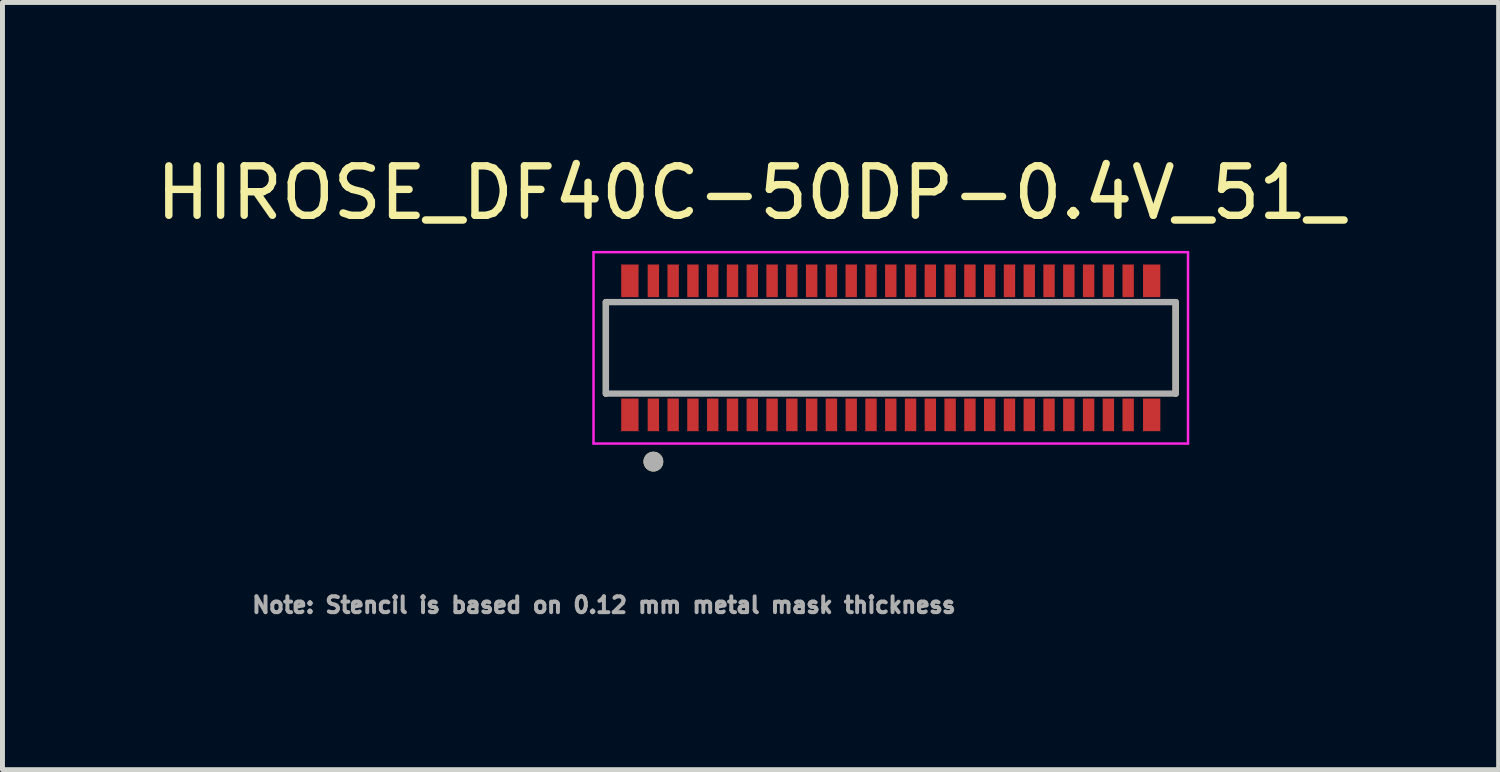
<source format=kicad_pcb>
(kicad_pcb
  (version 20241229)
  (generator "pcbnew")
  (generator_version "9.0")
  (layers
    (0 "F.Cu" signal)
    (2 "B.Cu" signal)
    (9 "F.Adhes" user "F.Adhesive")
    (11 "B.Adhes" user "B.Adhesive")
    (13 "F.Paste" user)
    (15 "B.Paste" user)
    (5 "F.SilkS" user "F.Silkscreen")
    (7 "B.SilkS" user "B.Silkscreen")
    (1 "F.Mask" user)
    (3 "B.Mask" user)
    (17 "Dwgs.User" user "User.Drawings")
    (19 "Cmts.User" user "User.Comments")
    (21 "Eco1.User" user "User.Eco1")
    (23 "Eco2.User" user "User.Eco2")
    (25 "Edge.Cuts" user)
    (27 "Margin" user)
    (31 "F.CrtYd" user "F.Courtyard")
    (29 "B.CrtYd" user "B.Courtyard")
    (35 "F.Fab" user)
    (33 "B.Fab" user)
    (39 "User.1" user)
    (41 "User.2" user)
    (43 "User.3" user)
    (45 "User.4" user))
  (footprint "HIROSE_DF40C-50DP-0.4V_51_"
    (layer "F.Cu")
    (at 14.96 3.983)
    (property "Reference" "HIROSE_DF40C-50DP-0.4V_51_" (at -2.835 -3.135 0) (layer "F.SilkS") (effects (font (size 1 1) (thickness 0.15))))
    (attr smd)
    (fp_line (start -5.76 -0.925) (end -5.76 0.925) (stroke (width 0.127) (type solid)) (layer "F.SilkS"))
    (fp_line (start 5.76 0.925) (end 5.76 -0.925) (stroke (width 0.127) (type solid)) (layer "F.SilkS"))
    (fp_circle (center -4.8 2.3) (end -4.7 2.3) (stroke (width 0.2) (type solid)) (fill no) (layer "F.SilkS"))
    (fp_poly (pts (xy -5.38 1.685) (xy -5.17 1.685) (xy -5.166 1.685) (xy -5.163 1.685) (xy -5.159 1.684) (xy -5.155 1.683) (xy -5.152 1.683) (xy -5.148 1.682) (xy -5.145 1.68) (xy -5.142 1.679) (xy -5.138 1.677) (xy -5.135 1.676) (xy -5.132 1.674) (xy -5.129 1.672) (xy -5.126 1.669) (xy -5.123 1.667) (xy -5.121 1.664) (xy -5.118 1.662) (xy -5.116 1.659) (xy -5.113 1.656) (xy -5.111 1.653) (xy -5.109 1.65) (xy -5.108 1.647) (xy -5.106 1.643) (xy -5.105 1.64) (xy -5.103 1.637) (xy -5.102 1.633) (xy -5.102 1.63) (xy -5.101 1.626) (xy -5.1 1.622) (xy -5.1 1.619) (xy -5.1 1.615) (xy -5.1 1.095) (xy -5.1 1.091) (xy -5.1 1.088) (xy -5.101 1.084) (xy -5.102 1.08) (xy -5.102 1.077) (xy -5.103 1.073) (xy -5.105 1.07) (xy -5.106 1.067) (xy -5.108 1.063) (xy -5.109 1.06) (xy -5.111 1.057) (xy -5.113 1.054) (xy -5.116 1.051) (xy -5.118 1.048) (xy -5.121 1.046) (xy -5.123 1.043) (xy -5.126 1.041) (xy -5.129 1.038) (xy -5.132 1.036) (xy -5.135 1.034) (xy -5.138 1.033) (xy -5.142 1.031) (xy -5.145 1.03) (xy -5.148 1.028) (xy -5.152 1.027) (xy -5.155 1.027) (xy -5.159 1.026) (xy -5.163 1.025) (xy -5.166 1.025) (xy -5.17 1.025) (xy -5.38 1.025) (xy -5.384 1.025) (xy -5.387 1.025) (xy -5.391 1.026) (xy -5.395 1.027) (xy -5.398 1.027) (xy -5.402 1.028) (xy -5.405 1.03) (xy -5.408 1.031) (xy -5.412 1.033) (xy -5.415 1.034) (xy -5.418 1.036) (xy -5.421 1.038) (xy -5.424 1.041) (xy -5.427 1.043) (xy -5.429 1.046) (xy -5.432 1.048) (xy -5.434 1.051) (xy -5.437 1.054) (xy -5.439 1.057) (xy -5.441 1.06) (xy -5.442 1.063) (xy -5.444 1.067) (xy -5.445 1.07) (xy -5.447 1.073) (xy -5.448 1.077) (xy -5.448 1.08) (xy -5.449 1.084) (xy -5.45 1.088) (xy -5.45 1.091) (xy -5.45 1.095) (xy -5.45 1.615) (xy -5.45 1.619) (xy -5.45 1.622) (xy -5.449 1.626) (xy -5.448 1.63) (xy -5.448 1.633) (xy -5.447 1.637) (xy -5.445 1.64) (xy -5.444 1.643) (xy -5.442 1.647) (xy -5.441 1.65) (xy -5.439 1.653) (xy -5.437 1.656) (xy -5.434 1.659) (xy -5.432 1.662) (xy -5.429 1.664) (xy -5.427 1.667) (xy -5.424 1.669) (xy -5.421 1.672) (xy -5.418 1.674) (xy -5.415 1.676) (xy -5.412 1.677) (xy -5.408 1.679) (xy -5.405 1.68) (xy -5.402 1.682) (xy -5.398 1.683) (xy -5.395 1.683) (xy -5.391 1.684) (xy -5.387 1.685) (xy -5.384 1.685) (xy -5.38 1.685)) (stroke (width 0.01) (type solid)) (fill yes) (layer "F.Paste"))
    (fp_poly (pts (xy -5.17 -1.685) (xy -5.38 -1.685) (xy -5.384 -1.685) (xy -5.387 -1.685) (xy -5.391 -1.684) (xy -5.395 -1.683) (xy -5.398 -1.683) (xy -5.402 -1.682) (xy -5.405 -1.68) (xy -5.408 -1.679) (xy -5.412 -1.677) (xy -5.415 -1.676) (xy -5.418 -1.674) (xy -5.421 -1.672) (xy -5.424 -1.669) (xy -5.427 -1.667) (xy -5.429 -1.664) (xy -5.432 -1.662) (xy -5.434 -1.659) (xy -5.437 -1.656) (xy -5.439 -1.653) (xy -5.441 -1.65) (xy -5.442 -1.647) (xy -5.444 -1.643) (xy -5.445 -1.64) (xy -5.447 -1.637) (xy -5.448 -1.633) (xy -5.448 -1.63) (xy -5.449 -1.626) (xy -5.45 -1.622) (xy -5.45 -1.619) (xy -5.45 -1.615) (xy -5.45 -1.095) (xy -5.45 -1.091) (xy -5.45 -1.088) (xy -5.449 -1.084) (xy -5.448 -1.08) (xy -5.448 -1.077) (xy -5.447 -1.073) (xy -5.445 -1.07) (xy -5.444 -1.067) (xy -5.442 -1.063) (xy -5.441 -1.06) (xy -5.439 -1.057) (xy -5.437 -1.054) (xy -5.434 -1.051) (xy -5.432 -1.048) (xy -5.429 -1.046) (xy -5.427 -1.043) (xy -5.424 -1.041) (xy -5.421 -1.038) (xy -5.418 -1.036) (xy -5.415 -1.034) (xy -5.412 -1.033) (xy -5.408 -1.031) (xy -5.405 -1.03) (xy -5.402 -1.028) (xy -5.398 -1.027) (xy -5.395 -1.027) (xy -5.391 -1.026) (xy -5.387 -1.025) (xy -5.384 -1.025) (xy -5.38 -1.025) (xy -5.17 -1.025) (xy -5.166 -1.025) (xy -5.163 -1.025) (xy -5.159 -1.026) (xy -5.155 -1.027) (xy -5.152 -1.027) (xy -5.148 -1.028) (xy -5.145 -1.03) (xy -5.142 -1.031) (xy -5.138 -1.033) (xy -5.135 -1.034) (xy -5.132 -1.036) (xy -5.129 -1.038) (xy -5.126 -1.041) (xy -5.123 -1.043) (xy -5.121 -1.046) (xy -5.118 -1.048) (xy -5.116 -1.051) (xy -5.113 -1.054) (xy -5.111 -1.057) (xy -5.109 -1.06) (xy -5.108 -1.063) (xy -5.106 -1.067) (xy -5.105 -1.07) (xy -5.103 -1.073) (xy -5.102 -1.077) (xy -5.102 -1.08) (xy -5.101 -1.084) (xy -5.1 -1.088) (xy -5.1 -1.091) (xy -5.1 -1.095) (xy -5.1 -1.615) (xy -5.1 -1.619) (xy -5.1 -1.622) (xy -5.101 -1.626) (xy -5.102 -1.63) (xy -5.102 -1.633) (xy -5.103 -1.637) (xy -5.105 -1.64) (xy -5.106 -1.643) (xy -5.108 -1.647) (xy -5.109 -1.65) (xy -5.111 -1.653) (xy -5.113 -1.656) (xy -5.116 -1.659) (xy -5.118 -1.662) (xy -5.121 -1.664) (xy -5.123 -1.667) (xy -5.126 -1.669) (xy -5.129 -1.672) (xy -5.132 -1.674) (xy -5.135 -1.676) (xy -5.138 -1.677) (xy -5.142 -1.679) (xy -5.145 -1.68) (xy -5.148 -1.682) (xy -5.152 -1.683) (xy -5.155 -1.683) (xy -5.159 -1.684) (xy -5.163 -1.685) (xy -5.166 -1.685) (xy -5.17 -1.685)) (stroke (width 0.01) (type solid)) (fill yes) (layer "F.Paste"))
    (fp_poly (pts (xy -4.835 -1.095) (xy -4.765 -1.095) (xy -4.761 -1.095) (xy -4.758 -1.095) (xy -4.754 -1.096) (xy -4.75 -1.097) (xy -4.747 -1.097) (xy -4.743 -1.098) (xy -4.74 -1.1) (xy -4.737 -1.101) (xy -4.733 -1.103) (xy -4.73 -1.104) (xy -4.727 -1.106) (xy -4.724 -1.108) (xy -4.721 -1.111) (xy -4.718 -1.113) (xy -4.716 -1.116) (xy -4.713 -1.118) (xy -4.711 -1.121) (xy -4.708 -1.124) (xy -4.706 -1.127) (xy -4.704 -1.13) (xy -4.703 -1.133) (xy -4.701 -1.137) (xy -4.7 -1.14) (xy -4.698 -1.143) (xy -4.697 -1.147) (xy -4.697 -1.15) (xy -4.696 -1.154) (xy -4.695 -1.158) (xy -4.695 -1.161) (xy -4.695 -1.165) (xy -4.695 -1.615) (xy -4.695 -1.619) (xy -4.695 -1.622) (xy -4.696 -1.626) (xy -4.697 -1.63) (xy -4.697 -1.633) (xy -4.698 -1.637) (xy -4.7 -1.64) (xy -4.701 -1.643) (xy -4.703 -1.647) (xy -4.704 -1.65) (xy -4.706 -1.653) (xy -4.708 -1.656) (xy -4.711 -1.659) (xy -4.713 -1.662) (xy -4.716 -1.664) (xy -4.718 -1.667) (xy -4.721 -1.669) (xy -4.724 -1.672) (xy -4.727 -1.674) (xy -4.73 -1.676) (xy -4.733 -1.677) (xy -4.737 -1.679) (xy -4.74 -1.68) (xy -4.743 -1.682) (xy -4.747 -1.683) (xy -4.75 -1.683) (xy -4.754 -1.684) (xy -4.758 -1.685) (xy -4.761 -1.685) (xy -4.765 -1.685) (xy -4.835 -1.685) (xy -4.839 -1.685) (xy -4.842 -1.685) (xy -4.846 -1.684) (xy -4.85 -1.683) (xy -4.853 -1.683) (xy -4.857 -1.682) (xy -4.86 -1.68) (xy -4.863 -1.679) (xy -4.867 -1.677) (xy -4.87 -1.676) (xy -4.873 -1.674) (xy -4.876 -1.672) (xy -4.879 -1.669) (xy -4.882 -1.667) (xy -4.884 -1.664) (xy -4.887 -1.662) (xy -4.889 -1.659) (xy -4.892 -1.656) (xy -4.894 -1.653) (xy -4.896 -1.65) (xy -4.897 -1.647) (xy -4.899 -1.643) (xy -4.9 -1.64) (xy -4.902 -1.637) (xy -4.903 -1.633) (xy -4.903 -1.63) (xy -4.904 -1.626) (xy -4.905 -1.622) (xy -4.905 -1.619) (xy -4.905 -1.615) (xy -4.905 -1.165) (xy -4.905 -1.161) (xy -4.905 -1.158) (xy -4.904 -1.154) (xy -4.903 -1.15) (xy -4.903 -1.147) (xy -4.902 -1.143) (xy -4.9 -1.14) (xy -4.899 -1.137) (xy -4.897 -1.133) (xy -4.896 -1.13) (xy -4.894 -1.127) (xy -4.892 -1.124) (xy -4.889 -1.121) (xy -4.887 -1.118) (xy -4.884 -1.116) (xy -4.882 -1.113) (xy -4.879 -1.111) (xy -4.876 -1.108) (xy -4.873 -1.106) (xy -4.87 -1.104) (xy -4.867 -1.103) (xy -4.863 -1.101) (xy -4.86 -1.1) (xy -4.857 -1.098) (xy -4.853 -1.097) (xy -4.85 -1.097) (xy -4.846 -1.096) (xy -4.842 -1.095) (xy -4.839 -1.095) (xy -4.835 -1.095)) (stroke (width 0.01) (type solid)) (fill yes) (layer "F.Paste"))
    (fp_poly (pts (xy -4.835 1.685) (xy -4.765 1.685) (xy -4.761 1.685) (xy -4.758 1.685) (xy -4.754 1.684) (xy -4.75 1.683) (xy -4.747 1.683) (xy -4.743 1.682) (xy -4.74 1.68) (xy -4.737 1.679) (xy -4.733 1.677) (xy -4.73 1.676) (xy -4.727 1.674) (xy -4.724 1.672) (xy -4.721 1.669) (xy -4.718 1.667) (xy -4.716 1.664) (xy -4.713 1.662) (xy -4.711 1.659) (xy -4.708 1.656) (xy -4.706 1.653) (xy -4.704 1.65) (xy -4.703 1.647) (xy -4.701 1.643) (xy -4.7 1.64) (xy -4.698 1.637) (xy -4.697 1.633) (xy -4.697 1.63) (xy -4.696 1.626) (xy -4.695 1.622) (xy -4.695 1.619) (xy -4.695 1.615) (xy -4.695 1.165) (xy -4.695 1.161) (xy -4.695 1.158) (xy -4.696 1.154) (xy -4.697 1.15) (xy -4.697 1.147) (xy -4.698 1.143) (xy -4.7 1.14) (xy -4.701 1.137) (xy -4.703 1.133) (xy -4.704 1.13) (xy -4.706 1.127) (xy -4.708 1.124) (xy -4.711 1.121) (xy -4.713 1.118) (xy -4.716 1.116) (xy -4.718 1.113) (xy -4.721 1.111) (xy -4.724 1.108) (xy -4.727 1.106) (xy -4.73 1.104) (xy -4.733 1.103) (xy -4.737 1.101) (xy -4.74 1.1) (xy -4.743 1.098) (xy -4.747 1.097) (xy -4.75 1.097) (xy -4.754 1.096) (xy -4.758 1.095) (xy -4.761 1.095) (xy -4.765 1.095) (xy -4.835 1.095) (xy -4.839 1.095) (xy -4.842 1.095) (xy -4.846 1.096) (xy -4.85 1.097) (xy -4.853 1.097) (xy -4.857 1.098) (xy -4.86 1.1) (xy -4.863 1.101) (xy -4.867 1.103) (xy -4.87 1.104) (xy -4.873 1.106) (xy -4.876 1.108) (xy -4.879 1.111) (xy -4.882 1.113) (xy -4.884 1.116) (xy -4.887 1.118) (xy -4.889 1.121) (xy -4.892 1.124) (xy -4.894 1.127) (xy -4.896 1.13) (xy -4.897 1.133) (xy -4.899 1.137) (xy -4.9 1.14) (xy -4.902 1.143) (xy -4.903 1.147) (xy -4.903 1.15) (xy -4.904 1.154) (xy -4.905 1.158) (xy -4.905 1.161) (xy -4.905 1.165) (xy -4.905 1.615) (xy -4.905 1.619) (xy -4.905 1.622) (xy -4.904 1.626) (xy -4.903 1.63) (xy -4.903 1.633) (xy -4.902 1.637) (xy -4.9 1.64) (xy -4.899 1.643) (xy -4.897 1.647) (xy -4.896 1.65) (xy -4.894 1.653) (xy -4.892 1.656) (xy -4.889 1.659) (xy -4.887 1.662) (xy -4.884 1.664) (xy -4.882 1.667) (xy -4.879 1.669) (xy -4.876 1.672) (xy -4.873 1.674) (xy -4.87 1.676) (xy -4.867 1.677) (xy -4.863 1.679) (xy -4.86 1.68) (xy -4.857 1.682) (xy -4.853 1.683) (xy -4.85 1.683) (xy -4.846 1.684) (xy -4.842 1.685) (xy -4.839 1.685) (xy -4.835 1.685)) (stroke (width 0.01) (type solid)) (fill yes) (layer "F.Paste"))
    (fp_poly (pts (xy -4.435 -1.095) (xy -4.365 -1.095) (xy -4.361 -1.095) (xy -4.358 -1.095) (xy -4.354 -1.096) (xy -4.35 -1.097) (xy -4.347 -1.097) (xy -4.343 -1.098) (xy -4.34 -1.1) (xy -4.337 -1.101) (xy -4.333 -1.103) (xy -4.33 -1.104) (xy -4.327 -1.106) (xy -4.324 -1.108) (xy -4.321 -1.111) (xy -4.318 -1.113) (xy -4.316 -1.116) (xy -4.313 -1.118) (xy -4.311 -1.121) (xy -4.308 -1.124) (xy -4.306 -1.127) (xy -4.304 -1.13) (xy -4.303 -1.133) (xy -4.301 -1.137) (xy -4.3 -1.14) (xy -4.298 -1.143) (xy -4.297 -1.147) (xy -4.297 -1.15) (xy -4.296 -1.154) (xy -4.295 -1.158) (xy -4.295 -1.161) (xy -4.295 -1.165) (xy -4.295 -1.615) (xy -4.295 -1.619) (xy -4.295 -1.622) (xy -4.296 -1.626) (xy -4.297 -1.63) (xy -4.297 -1.633) (xy -4.298 -1.637) (xy -4.3 -1.64) (xy -4.301 -1.643) (xy -4.303 -1.647) (xy -4.304 -1.65) (xy -4.306 -1.653) (xy -4.308 -1.656) (xy -4.311 -1.659) (xy -4.313 -1.662) (xy -4.316 -1.664) (xy -4.318 -1.667) (xy -4.321 -1.669) (xy -4.324 -1.672) (xy -4.327 -1.674) (xy -4.33 -1.676) (xy -4.333 -1.677) (xy -4.337 -1.679) (xy -4.34 -1.68) (xy -4.343 -1.682) (xy -4.347 -1.683) (xy -4.35 -1.683) (xy -4.354 -1.684) (xy -4.358 -1.685) (xy -4.361 -1.685) (xy -4.365 -1.685) (xy -4.435 -1.685) (xy -4.439 -1.685) (xy -4.442 -1.685) (xy -4.446 -1.684) (xy -4.45 -1.683) (xy -4.453 -1.683) (xy -4.457 -1.682) (xy -4.46 -1.68) (xy -4.463 -1.679) (xy -4.467 -1.677) (xy -4.47 -1.676) (xy -4.473 -1.674) (xy -4.476 -1.672) (xy -4.479 -1.669) (xy -4.482 -1.667) (xy -4.484 -1.664) (xy -4.487 -1.662) (xy -4.489 -1.659) (xy -4.492 -1.656) (xy -4.494 -1.653) (xy -4.496 -1.65) (xy -4.497 -1.647) (xy -4.499 -1.643) (xy -4.5 -1.64) (xy -4.502 -1.637) (xy -4.503 -1.633) (xy -4.503 -1.63) (xy -4.504 -1.626) (xy -4.505 -1.622) (xy -4.505 -1.619) (xy -4.505 -1.615) (xy -4.505 -1.165) (xy -4.505 -1.161) (xy -4.505 -1.158) (xy -4.504 -1.154) (xy -4.503 -1.15) (xy -4.503 -1.147) (xy -4.502 -1.143) (xy -4.5 -1.14) (xy -4.499 -1.137) (xy -4.497 -1.133) (xy -4.496 -1.13) (xy -4.494 -1.127) (xy -4.492 -1.124) (xy -4.489 -1.121) (xy -4.487 -1.118) (xy -4.484 -1.116) (xy -4.482 -1.113) (xy -4.479 -1.111) (xy -4.476 -1.108) (xy -4.473 -1.106) (xy -4.47 -1.104) (xy -4.467 -1.103) (xy -4.463 -1.101) (xy -4.46 -1.1) (xy -4.457 -1.098) (xy -4.453 -1.097) (xy -4.45 -1.097) (xy -4.446 -1.096) (xy -4.442 -1.095) (xy -4.439 -1.095) (xy -4.435 -1.095)) (stroke (width 0.01) (type solid)) (fill yes) (layer "F.Paste"))
    (fp_poly (pts (xy -4.435 1.685) (xy -4.365 1.685) (xy -4.361 1.685) (xy -4.358 1.685) (xy -4.354 1.684) (xy -4.35 1.683) (xy -4.347 1.683) (xy -4.343 1.682) (xy -4.34 1.68) (xy -4.337 1.679) (xy -4.333 1.677) (xy -4.33 1.676) (xy -4.327 1.674) (xy -4.324 1.672) (xy -4.321 1.669) (xy -4.318 1.667) (xy -4.316 1.664) (xy -4.313 1.662) (xy -4.311 1.659) (xy -4.308 1.656) (xy -4.306 1.653) (xy -4.304 1.65) (xy -4.303 1.647) (xy -4.301 1.643) (xy -4.3 1.64) (xy -4.298 1.637) (xy -4.297 1.633) (xy -4.297 1.63) (xy -4.296 1.626) (xy -4.295 1.622) (xy -4.295 1.619) (xy -4.295 1.615) (xy -4.295 1.165) (xy -4.295 1.161) (xy -4.295 1.158) (xy -4.296 1.154) (xy -4.297 1.15) (xy -4.297 1.147) (xy -4.298 1.143) (xy -4.3 1.14) (xy -4.301 1.137) (xy -4.303 1.133) (xy -4.304 1.13) (xy -4.306 1.127) (xy -4.308 1.124) (xy -4.311 1.121) (xy -4.313 1.118) (xy -4.316 1.116) (xy -4.318 1.113) (xy -4.321 1.111) (xy -4.324 1.108) (xy -4.327 1.106) (xy -4.33 1.104) (xy -4.333 1.103) (xy -4.337 1.101) (xy -4.34 1.1) (xy -4.343 1.098) (xy -4.347 1.097) (xy -4.35 1.097) (xy -4.354 1.096) (xy -4.358 1.095) (xy -4.361 1.095) (xy -4.365 1.095) (xy -4.435 1.095) (xy -4.439 1.095) (xy -4.442 1.095) (xy -4.446 1.096) (xy -4.45 1.097) (xy -4.453 1.097) (xy -4.457 1.098) (xy -4.46 1.1) (xy -4.463 1.101) (xy -4.467 1.103) (xy -4.47 1.104) (xy -4.473 1.106) (xy -4.476 1.108) (xy -4.479 1.111) (xy -4.482 1.113) (xy -4.484 1.116) (xy -4.487 1.118) (xy -4.489 1.121) (xy -4.492 1.124) (xy -4.494 1.127) (xy -4.496 1.13) (xy -4.497 1.133) (xy -4.499 1.137) (xy -4.5 1.14) (xy -4.502 1.143) (xy -4.503 1.147) (xy -4.503 1.15) (xy -4.504 1.154) (xy -4.505 1.158) (xy -4.505 1.161) (xy -4.505 1.165) (xy -4.505 1.615) (xy -4.505 1.619) (xy -4.505 1.622) (xy -4.504 1.626) (xy -4.503 1.63) (xy -4.503 1.633) (xy -4.502 1.637) (xy -4.5 1.64) (xy -4.499 1.643) (xy -4.497 1.647) (xy -4.496 1.65) (xy -4.494 1.653) (xy -4.492 1.656) (xy -4.489 1.659) (xy -4.487 1.662) (xy -4.484 1.664) (xy -4.482 1.667) (xy -4.479 1.669) (xy -4.476 1.672) (xy -4.473 1.674) (xy -4.47 1.676) (xy -4.467 1.677) (xy -4.463 1.679) (xy -4.46 1.68) (xy -4.457 1.682) (xy -4.453 1.683) (xy -4.45 1.683) (xy -4.446 1.684) (xy -4.442 1.685) (xy -4.439 1.685) (xy -4.435 1.685)) (stroke (width 0.01) (type solid)) (fill yes) (layer "F.Paste"))
    (fp_poly (pts (xy -4.035 -1.095) (xy -3.965 -1.095) (xy -3.961 -1.095) (xy -3.958 -1.095) (xy -3.954 -1.096) (xy -3.95 -1.097) (xy -3.947 -1.097) (xy -3.943 -1.098) (xy -3.94 -1.1) (xy -3.937 -1.101) (xy -3.933 -1.103) (xy -3.93 -1.104) (xy -3.927 -1.106) (xy -3.924 -1.108) (xy -3.921 -1.111) (xy -3.918 -1.113) (xy -3.916 -1.116) (xy -3.913 -1.118) (xy -3.911 -1.121) (xy -3.908 -1.124) (xy -3.906 -1.127) (xy -3.904 -1.13) (xy -3.903 -1.133) (xy -3.901 -1.137) (xy -3.9 -1.14) (xy -3.898 -1.143) (xy -3.897 -1.147) (xy -3.897 -1.15) (xy -3.896 -1.154) (xy -3.895 -1.158) (xy -3.895 -1.161) (xy -3.895 -1.165) (xy -3.895 -1.615) (xy -3.895 -1.619) (xy -3.895 -1.622) (xy -3.896 -1.626) (xy -3.897 -1.63) (xy -3.897 -1.633) (xy -3.898 -1.637) (xy -3.9 -1.64) (xy -3.901 -1.643) (xy -3.903 -1.647) (xy -3.904 -1.65) (xy -3.906 -1.653) (xy -3.908 -1.656) (xy -3.911 -1.659) (xy -3.913 -1.662) (xy -3.916 -1.664) (xy -3.918 -1.667) (xy -3.921 -1.669) (xy -3.924 -1.672) (xy -3.927 -1.674) (xy -3.93 -1.676) (xy -3.933 -1.677) (xy -3.937 -1.679) (xy -3.94 -1.68) (xy -3.943 -1.682) (xy -3.947 -1.683) (xy -3.95 -1.683) (xy -3.954 -1.684) (xy -3.958 -1.685) (xy -3.961 -1.685) (xy -3.965 -1.685) (xy -4.035 -1.685) (xy -4.039 -1.685) (xy -4.042 -1.685) (xy -4.046 -1.684) (xy -4.05 -1.683) (xy -4.053 -1.683) (xy -4.057 -1.682) (xy -4.06 -1.68) (xy -4.063 -1.679) (xy -4.067 -1.677) (xy -4.07 -1.676) (xy -4.073 -1.674) (xy -4.076 -1.672) (xy -4.079 -1.669) (xy -4.082 -1.667) (xy -4.084 -1.664) (xy -4.087 -1.662) (xy -4.089 -1.659) (xy -4.092 -1.656) (xy -4.094 -1.653) (xy -4.096 -1.65) (xy -4.097 -1.647) (xy -4.099 -1.643) (xy -4.1 -1.64) (xy -4.102 -1.637) (xy -4.103 -1.633) (xy -4.103 -1.63) (xy -4.104 -1.626) (xy -4.105 -1.622) (xy -4.105 -1.619) (xy -4.105 -1.615) (xy -4.105 -1.165) (xy -4.105 -1.161) (xy -4.105 -1.158) (xy -4.104 -1.154) (xy -4.103 -1.15) (xy -4.103 -1.147) (xy -4.102 -1.143) (xy -4.1 -1.14) (xy -4.099 -1.137) (xy -4.097 -1.133) (xy -4.096 -1.13) (xy -4.094 -1.127) (xy -4.092 -1.124) (xy -4.089 -1.121) (xy -4.087 -1.118) (xy -4.084 -1.116) (xy -4.082 -1.113) (xy -4.079 -1.111) (xy -4.076 -1.108) (xy -4.073 -1.106) (xy -4.07 -1.104) (xy -4.067 -1.103) (xy -4.063 -1.101) (xy -4.06 -1.1) (xy -4.057 -1.098) (xy -4.053 -1.097) (xy -4.05 -1.097) (xy -4.046 -1.096) (xy -4.042 -1.095) (xy -4.039 -1.095) (xy -4.035 -1.095)) (stroke (width 0.01) (type solid)) (fill yes) (layer "F.Paste"))
    (fp_poly (pts (xy -4.035 1.685) (xy -3.965 1.685) (xy -3.961 1.685) (xy -3.958 1.685) (xy -3.954 1.684) (xy -3.95 1.683) (xy -3.947 1.683) (xy -3.943 1.682) (xy -3.94 1.68) (xy -3.937 1.679) (xy -3.933 1.677) (xy -3.93 1.676) (xy -3.927 1.674) (xy -3.924 1.672) (xy -3.921 1.669) (xy -3.918 1.667) (xy -3.916 1.664) (xy -3.913 1.662) (xy -3.911 1.659) (xy -3.908 1.656) (xy -3.906 1.653) (xy -3.904 1.65) (xy -3.903 1.647) (xy -3.901 1.643) (xy -3.9 1.64) (xy -3.898 1.637) (xy -3.897 1.633) (xy -3.897 1.63) (xy -3.896 1.626) (xy -3.895 1.622) (xy -3.895 1.619) (xy -3.895 1.615) (xy -3.895 1.165) (xy -3.895 1.161) (xy -3.895 1.158) (xy -3.896 1.154) (xy -3.897 1.15) (xy -3.897 1.147) (xy -3.898 1.143) (xy -3.9 1.14) (xy -3.901 1.137) (xy -3.903 1.133) (xy -3.904 1.13) (xy -3.906 1.127) (xy -3.908 1.124) (xy -3.911 1.121) (xy -3.913 1.118) (xy -3.916 1.116) (xy -3.918 1.113) (xy -3.921 1.111) (xy -3.924 1.108) (xy -3.927 1.106) (xy -3.93 1.104) (xy -3.933 1.103) (xy -3.937 1.101) (xy -3.94 1.1) (xy -3.943 1.098) (xy -3.947 1.097) (xy -3.95 1.097) (xy -3.954 1.096) (xy -3.958 1.095) (xy -3.961 1.095) (xy -3.965 1.095) (xy -4.035 1.095) (xy -4.039 1.095) (xy -4.042 1.095) (xy -4.046 1.096) (xy -4.05 1.097) (xy -4.053 1.097) (xy -4.057 1.098) (xy -4.06 1.1) (xy -4.063 1.101) (xy -4.067 1.103) (xy -4.07 1.104) (xy -4.073 1.106) (xy -4.076 1.108) (xy -4.079 1.111) (xy -4.082 1.113) (xy -4.084 1.116) (xy -4.087 1.118) (xy -4.089 1.121) (xy -4.092 1.124) (xy -4.094 1.127) (xy -4.096 1.13) (xy -4.097 1.133) (xy -4.099 1.137) (xy -4.1 1.14) (xy -4.102 1.143) (xy -4.103 1.147) (xy -4.103 1.15) (xy -4.104 1.154) (xy -4.105 1.158) (xy -4.105 1.161) (xy -4.105 1.165) (xy -4.105 1.615) (xy -4.105 1.619) (xy -4.105 1.622) (xy -4.104 1.626) (xy -4.103 1.63) (xy -4.103 1.633) (xy -4.102 1.637) (xy -4.1 1.64) (xy -4.099 1.643) (xy -4.097 1.647) (xy -4.096 1.65) (xy -4.094 1.653) (xy -4.092 1.656) (xy -4.089 1.659) (xy -4.087 1.662) (xy -4.084 1.664) (xy -4.082 1.667) (xy -4.079 1.669) (xy -4.076 1.672) (xy -4.073 1.674) (xy -4.07 1.676) (xy -4.067 1.677) (xy -4.063 1.679) (xy -4.06 1.68) (xy -4.057 1.682) (xy -4.053 1.683) (xy -4.05 1.683) (xy -4.046 1.684) (xy -4.042 1.685) (xy -4.039 1.685) (xy -4.035 1.685)) (stroke (width 0.01) (type solid)) (fill yes) (layer "F.Paste"))
    (fp_poly (pts (xy -3.635 -1.095) (xy -3.565 -1.095) (xy -3.561 -1.095) (xy -3.558 -1.095) (xy -3.554 -1.096) (xy -3.55 -1.097) (xy -3.547 -1.097) (xy -3.543 -1.098) (xy -3.54 -1.1) (xy -3.537 -1.101) (xy -3.533 -1.103) (xy -3.53 -1.104) (xy -3.527 -1.106) (xy -3.524 -1.108) (xy -3.521 -1.111) (xy -3.518 -1.113) (xy -3.516 -1.116) (xy -3.513 -1.118) (xy -3.511 -1.121) (xy -3.508 -1.124) (xy -3.506 -1.127) (xy -3.504 -1.13) (xy -3.503 -1.133) (xy -3.501 -1.137) (xy -3.5 -1.14) (xy -3.498 -1.143) (xy -3.497 -1.147) (xy -3.497 -1.15) (xy -3.496 -1.154) (xy -3.495 -1.158) (xy -3.495 -1.161) (xy -3.495 -1.165) (xy -3.495 -1.615) (xy -3.495 -1.619) (xy -3.495 -1.622) (xy -3.496 -1.626) (xy -3.497 -1.63) (xy -3.497 -1.633) (xy -3.498 -1.637) (xy -3.5 -1.64) (xy -3.501 -1.643) (xy -3.503 -1.647) (xy -3.504 -1.65) (xy -3.506 -1.653) (xy -3.508 -1.656) (xy -3.511 -1.659) (xy -3.513 -1.662) (xy -3.516 -1.664) (xy -3.518 -1.667) (xy -3.521 -1.669) (xy -3.524 -1.672) (xy -3.527 -1.674) (xy -3.53 -1.676) (xy -3.533 -1.677) (xy -3.537 -1.679) (xy -3.54 -1.68) (xy -3.543 -1.682) (xy -3.547 -1.683) (xy -3.55 -1.683) (xy -3.554 -1.684) (xy -3.558 -1.685) (xy -3.561 -1.685) (xy -3.565 -1.685) (xy -3.635 -1.685) (xy -3.639 -1.685) (xy -3.642 -1.685) (xy -3.646 -1.684) (xy -3.65 -1.683) (xy -3.653 -1.683) (xy -3.657 -1.682) (xy -3.66 -1.68) (xy -3.663 -1.679) (xy -3.667 -1.677) (xy -3.67 -1.676) (xy -3.673 -1.674) (xy -3.676 -1.672) (xy -3.679 -1.669) (xy -3.682 -1.667) (xy -3.684 -1.664) (xy -3.687 -1.662) (xy -3.689 -1.659) (xy -3.692 -1.656) (xy -3.694 -1.653) (xy -3.696 -1.65) (xy -3.697 -1.647) (xy -3.699 -1.643) (xy -3.7 -1.64) (xy -3.702 -1.637) (xy -3.703 -1.633) (xy -3.703 -1.63) (xy -3.704 -1.626) (xy -3.705 -1.622) (xy -3.705 -1.619) (xy -3.705 -1.615) (xy -3.705 -1.165) (xy -3.705 -1.161) (xy -3.705 -1.158) (xy -3.704 -1.154) (xy -3.703 -1.15) (xy -3.703 -1.147) (xy -3.702 -1.143) (xy -3.7 -1.14) (xy -3.699 -1.137) (xy -3.697 -1.133) (xy -3.696 -1.13) (xy -3.694 -1.127) (xy -3.692 -1.124) (xy -3.689 -1.121) (xy -3.687 -1.118) (xy -3.684 -1.116) (xy -3.682 -1.113) (xy -3.679 -1.111) (xy -3.676 -1.108) (xy -3.673 -1.106) (xy -3.67 -1.104) (xy -3.667 -1.103) (xy -3.663 -1.101) (xy -3.66 -1.1) (xy -3.657 -1.098) (xy -3.653 -1.097) (xy -3.65 -1.097) (xy -3.646 -1.096) (xy -3.642 -1.095) (xy -3.639 -1.095) (xy -3.635 -1.095)) (stroke (width 0.01) (type solid)) (fill yes) (layer "F.Paste"))
    (fp_poly (pts (xy -3.635 1.685) (xy -3.565 1.685) (xy -3.561 1.685) (xy -3.558 1.685) (xy -3.554 1.684) (xy -3.55 1.683) (xy -3.547 1.683) (xy -3.543 1.682) (xy -3.54 1.68) (xy -3.537 1.679) (xy -3.533 1.677) (xy -3.53 1.676) (xy -3.527 1.674) (xy -3.524 1.672) (xy -3.521 1.669) (xy -3.518 1.667) (xy -3.516 1.664) (xy -3.513 1.662) (xy -3.511 1.659) (xy -3.508 1.656) (xy -3.506 1.653) (xy -3.504 1.65) (xy -3.503 1.647) (xy -3.501 1.643) (xy -3.5 1.64) (xy -3.498 1.637) (xy -3.497 1.633) (xy -3.497 1.63) (xy -3.496 1.626) (xy -3.495 1.622) (xy -3.495 1.619) (xy -3.495 1.615) (xy -3.495 1.165) (xy -3.495 1.161) (xy -3.495 1.158) (xy -3.496 1.154) (xy -3.497 1.15) (xy -3.497 1.147) (xy -3.498 1.143) (xy -3.5 1.14) (xy -3.501 1.137) (xy -3.503 1.133) (xy -3.504 1.13) (xy -3.506 1.127) (xy -3.508 1.124) (xy -3.511 1.121) (xy -3.513 1.118) (xy -3.516 1.116) (xy -3.518 1.113) (xy -3.521 1.111) (xy -3.524 1.108) (xy -3.527 1.106) (xy -3.53 1.104) (xy -3.533 1.103) (xy -3.537 1.101) (xy -3.54 1.1) (xy -3.543 1.098) (xy -3.547 1.097) (xy -3.55 1.097) (xy -3.554 1.096) (xy -3.558 1.095) (xy -3.561 1.095) (xy -3.565 1.095) (xy -3.635 1.095) (xy -3.639 1.095) (xy -3.642 1.095) (xy -3.646 1.096) (xy -3.65 1.097) (xy -3.653 1.097) (xy -3.657 1.098) (xy -3.66 1.1) (xy -3.663 1.101) (xy -3.667 1.103) (xy -3.67 1.104) (xy -3.673 1.106) (xy -3.676 1.108) (xy -3.679 1.111) (xy -3.682 1.113) (xy -3.684 1.116) (xy -3.687 1.118) (xy -3.689 1.121) (xy -3.692 1.124) (xy -3.694 1.127) (xy -3.696 1.13) (xy -3.697 1.133) (xy -3.699 1.137) (xy -3.7 1.14) (xy -3.702 1.143) (xy -3.703 1.147) (xy -3.703 1.15) (xy -3.704 1.154) (xy -3.705 1.158) (xy -3.705 1.161) (xy -3.705 1.165) (xy -3.705 1.615) (xy -3.705 1.619) (xy -3.705 1.622) (xy -3.704 1.626) (xy -3.703 1.63) (xy -3.703 1.633) (xy -3.702 1.637) (xy -3.7 1.64) (xy -3.699 1.643) (xy -3.697 1.647) (xy -3.696 1.65) (xy -3.694 1.653) (xy -3.692 1.656) (xy -3.689 1.659) (xy -3.687 1.662) (xy -3.684 1.664) (xy -3.682 1.667) (xy -3.679 1.669) (xy -3.676 1.672) (xy -3.673 1.674) (xy -3.67 1.676) (xy -3.667 1.677) (xy -3.663 1.679) (xy -3.66 1.68) (xy -3.657 1.682) (xy -3.653 1.683) (xy -3.65 1.683) (xy -3.646 1.684) (xy -3.642 1.685) (xy -3.639 1.685) (xy -3.635 1.685)) (stroke (width 0.01) (type solid)) (fill yes) (layer "F.Paste"))
    (fp_poly (pts (xy -3.235 -1.095) (xy -3.165 -1.095) (xy -3.161 -1.095) (xy -3.158 -1.095) (xy -3.154 -1.096) (xy -3.15 -1.097) (xy -3.147 -1.097) (xy -3.143 -1.098) (xy -3.14 -1.1) (xy -3.137 -1.101) (xy -3.133 -1.103) (xy -3.13 -1.104) (xy -3.127 -1.106) (xy -3.124 -1.108) (xy -3.121 -1.111) (xy -3.118 -1.113) (xy -3.116 -1.116) (xy -3.113 -1.118) (xy -3.111 -1.121) (xy -3.108 -1.124) (xy -3.106 -1.127) (xy -3.104 -1.13) (xy -3.103 -1.133) (xy -3.101 -1.137) (xy -3.1 -1.14) (xy -3.098 -1.143) (xy -3.097 -1.147) (xy -3.097 -1.15) (xy -3.096 -1.154) (xy -3.095 -1.158) (xy -3.095 -1.161) (xy -3.095 -1.165) (xy -3.095 -1.615) (xy -3.095 -1.619) (xy -3.095 -1.622) (xy -3.096 -1.626) (xy -3.097 -1.63) (xy -3.097 -1.633) (xy -3.098 -1.637) (xy -3.1 -1.64) (xy -3.101 -1.643) (xy -3.103 -1.647) (xy -3.104 -1.65) (xy -3.106 -1.653) (xy -3.108 -1.656) (xy -3.111 -1.659) (xy -3.113 -1.662) (xy -3.116 -1.664) (xy -3.118 -1.667) (xy -3.121 -1.669) (xy -3.124 -1.672) (xy -3.127 -1.674) (xy -3.13 -1.676) (xy -3.133 -1.677) (xy -3.137 -1.679) (xy -3.14 -1.68) (xy -3.143 -1.682) (xy -3.147 -1.683) (xy -3.15 -1.683) (xy -3.154 -1.684) (xy -3.158 -1.685) (xy -3.161 -1.685) (xy -3.165 -1.685) (xy -3.235 -1.685) (xy -3.239 -1.685) (xy -3.242 -1.685) (xy -3.246 -1.684) (xy -3.25 -1.683) (xy -3.253 -1.683) (xy -3.257 -1.682) (xy -3.26 -1.68) (xy -3.263 -1.679) (xy -3.267 -1.677) (xy -3.27 -1.676) (xy -3.273 -1.674) (xy -3.276 -1.672) (xy -3.279 -1.669) (xy -3.282 -1.667) (xy -3.284 -1.664) (xy -3.287 -1.662) (xy -3.289 -1.659) (xy -3.292 -1.656) (xy -3.294 -1.653) (xy -3.296 -1.65) (xy -3.297 -1.647) (xy -3.299 -1.643) (xy -3.3 -1.64) (xy -3.302 -1.637) (xy -3.303 -1.633) (xy -3.303 -1.63) (xy -3.304 -1.626) (xy -3.305 -1.622) (xy -3.305 -1.619) (xy -3.305 -1.615) (xy -3.305 -1.165) (xy -3.305 -1.161) (xy -3.305 -1.158) (xy -3.304 -1.154) (xy -3.303 -1.15) (xy -3.303 -1.147) (xy -3.302 -1.143) (xy -3.3 -1.14) (xy -3.299 -1.137) (xy -3.297 -1.133) (xy -3.296 -1.13) (xy -3.294 -1.127) (xy -3.292 -1.124) (xy -3.289 -1.121) (xy -3.287 -1.118) (xy -3.284 -1.116) (xy -3.282 -1.113) (xy -3.279 -1.111) (xy -3.276 -1.108) (xy -3.273 -1.106) (xy -3.27 -1.104) (xy -3.267 -1.103) (xy -3.263 -1.101) (xy -3.26 -1.1) (xy -3.257 -1.098) (xy -3.253 -1.097) (xy -3.25 -1.097) (xy -3.246 -1.096) (xy -3.242 -1.095) (xy -3.239 -1.095) (xy -3.235 -1.095)) (stroke (width 0.01) (type solid)) (fill yes) (layer "F.Paste"))
    (fp_poly (pts (xy -3.235 1.685) (xy -3.165 1.685) (xy -3.161 1.685) (xy -3.158 1.685) (xy -3.154 1.684) (xy -3.15 1.683) (xy -3.147 1.683) (xy -3.143 1.682) (xy -3.14 1.68) (xy -3.137 1.679) (xy -3.133 1.677) (xy -3.13 1.676) (xy -3.127 1.674) (xy -3.124 1.672) (xy -3.121 1.669) (xy -3.118 1.667) (xy -3.116 1.664) (xy -3.113 1.662) (xy -3.111 1.659) (xy -3.108 1.656) (xy -3.106 1.653) (xy -3.104 1.65) (xy -3.103 1.647) (xy -3.101 1.643) (xy -3.1 1.64) (xy -3.098 1.637) (xy -3.097 1.633) (xy -3.097 1.63) (xy -3.096 1.626) (xy -3.095 1.622) (xy -3.095 1.619) (xy -3.095 1.615) (xy -3.095 1.165) (xy -3.095 1.161) (xy -3.095 1.158) (xy -3.096 1.154) (xy -3.097 1.15) (xy -3.097 1.147) (xy -3.098 1.143) (xy -3.1 1.14) (xy -3.101 1.137) (xy -3.103 1.133) (xy -3.104 1.13) (xy -3.106 1.127) (xy -3.108 1.124) (xy -3.111 1.121) (xy -3.113 1.118) (xy -3.116 1.116) (xy -3.118 1.113) (xy -3.121 1.111) (xy -3.124 1.108) (xy -3.127 1.106) (xy -3.13 1.104) (xy -3.133 1.103) (xy -3.137 1.101) (xy -3.14 1.1) (xy -3.143 1.098) (xy -3.147 1.097) (xy -3.15 1.097) (xy -3.154 1.096) (xy -3.158 1.095) (xy -3.161 1.095) (xy -3.165 1.095) (xy -3.235 1.095) (xy -3.239 1.095) (xy -3.242 1.095) (xy -3.246 1.096) (xy -3.25 1.097) (xy -3.253 1.097) (xy -3.257 1.098) (xy -3.26 1.1) (xy -3.263 1.101) (xy -3.267 1.103) (xy -3.27 1.104) (xy -3.273 1.106) (xy -3.276 1.108) (xy -3.279 1.111) (xy -3.282 1.113) (xy -3.284 1.116) (xy -3.287 1.118) (xy -3.289 1.121) (xy -3.292 1.124) (xy -3.294 1.127) (xy -3.296 1.13) (xy -3.297 1.133) (xy -3.299 1.137) (xy -3.3 1.14) (xy -3.302 1.143) (xy -3.303 1.147) (xy -3.303 1.15) (xy -3.304 1.154) (xy -3.305 1.158) (xy -3.305 1.161) (xy -3.305 1.165) (xy -3.305 1.615) (xy -3.305 1.619) (xy -3.305 1.622) (xy -3.304 1.626) (xy -3.303 1.63) (xy -3.303 1.633) (xy -3.302 1.637) (xy -3.3 1.64) (xy -3.299 1.643) (xy -3.297 1.647) (xy -3.296 1.65) (xy -3.294 1.653) (xy -3.292 1.656) (xy -3.289 1.659) (xy -3.287 1.662) (xy -3.284 1.664) (xy -3.282 1.667) (xy -3.279 1.669) (xy -3.276 1.672) (xy -3.273 1.674) (xy -3.27 1.676) (xy -3.267 1.677) (xy -3.263 1.679) (xy -3.26 1.68) (xy -3.257 1.682) (xy -3.253 1.683) (xy -3.25 1.683) (xy -3.246 1.684) (xy -3.242 1.685) (xy -3.239 1.685) (xy -3.235 1.685)) (stroke (width 0.01) (type solid)) (fill yes) (layer "F.Paste"))
    (fp_poly (pts (xy -2.835 -1.095) (xy -2.765 -1.095) (xy -2.761 -1.095) (xy -2.758 -1.095) (xy -2.754 -1.096) (xy -2.75 -1.097) (xy -2.747 -1.097) (xy -2.743 -1.098) (xy -2.74 -1.1) (xy -2.737 -1.101) (xy -2.733 -1.103) (xy -2.73 -1.104) (xy -2.727 -1.106) (xy -2.724 -1.108) (xy -2.721 -1.111) (xy -2.718 -1.113) (xy -2.716 -1.116) (xy -2.713 -1.118) (xy -2.711 -1.121) (xy -2.708 -1.124) (xy -2.706 -1.127) (xy -2.704 -1.13) (xy -2.703 -1.133) (xy -2.701 -1.137) (xy -2.7 -1.14) (xy -2.698 -1.143) (xy -2.697 -1.147) (xy -2.697 -1.15) (xy -2.696 -1.154) (xy -2.695 -1.158) (xy -2.695 -1.161) (xy -2.695 -1.165) (xy -2.695 -1.615) (xy -2.695 -1.619) (xy -2.695 -1.622) (xy -2.696 -1.626) (xy -2.697 -1.63) (xy -2.697 -1.633) (xy -2.698 -1.637) (xy -2.7 -1.64) (xy -2.701 -1.643) (xy -2.703 -1.647) (xy -2.704 -1.65) (xy -2.706 -1.653) (xy -2.708 -1.656) (xy -2.711 -1.659) (xy -2.713 -1.662) (xy -2.716 -1.664) (xy -2.718 -1.667) (xy -2.721 -1.669) (xy -2.724 -1.672) (xy -2.727 -1.674) (xy -2.73 -1.676) (xy -2.733 -1.677) (xy -2.737 -1.679) (xy -2.74 -1.68) (xy -2.743 -1.682) (xy -2.747 -1.683) (xy -2.75 -1.683) (xy -2.754 -1.684) (xy -2.758 -1.685) (xy -2.761 -1.685) (xy -2.765 -1.685) (xy -2.835 -1.685) (xy -2.839 -1.685) (xy -2.842 -1.685) (xy -2.846 -1.684) (xy -2.85 -1.683) (xy -2.853 -1.683) (xy -2.857 -1.682) (xy -2.86 -1.68) (xy -2.863 -1.679) (xy -2.867 -1.677) (xy -2.87 -1.676) (xy -2.873 -1.674) (xy -2.876 -1.672) (xy -2.879 -1.669) (xy -2.882 -1.667) (xy -2.884 -1.664) (xy -2.887 -1.662) (xy -2.889 -1.659) (xy -2.892 -1.656) (xy -2.894 -1.653) (xy -2.896 -1.65) (xy -2.897 -1.647) (xy -2.899 -1.643) (xy -2.9 -1.64) (xy -2.902 -1.637) (xy -2.903 -1.633) (xy -2.903 -1.63) (xy -2.904 -1.626) (xy -2.905 -1.622) (xy -2.905 -1.619) (xy -2.905 -1.615) (xy -2.905 -1.165) (xy -2.905 -1.161) (xy -2.905 -1.158) (xy -2.904 -1.154) (xy -2.903 -1.15) (xy -2.903 -1.147) (xy -2.902 -1.143) (xy -2.9 -1.14) (xy -2.899 -1.137) (xy -2.897 -1.133) (xy -2.896 -1.13) (xy -2.894 -1.127) (xy -2.892 -1.124) (xy -2.889 -1.121) (xy -2.887 -1.118) (xy -2.884 -1.116) (xy -2.882 -1.113) (xy -2.879 -1.111) (xy -2.876 -1.108) (xy -2.873 -1.106) (xy -2.87 -1.104) (xy -2.867 -1.103) (xy -2.863 -1.101) (xy -2.86 -1.1) (xy -2.857 -1.098) (xy -2.853 -1.097) (xy -2.85 -1.097) (xy -2.846 -1.096) (xy -2.842 -1.095) (xy -2.839 -1.095) (xy -2.835 -1.095)) (stroke (width 0.01) (type solid)) (fill yes) (layer "F.Paste"))
    (fp_poly (pts (xy -2.835 1.685) (xy -2.765 1.685) (xy -2.761 1.685) (xy -2.758 1.685) (xy -2.754 1.684) (xy -2.75 1.683) (xy -2.747 1.683) (xy -2.743 1.682) (xy -2.74 1.68) (xy -2.737 1.679) (xy -2.733 1.677) (xy -2.73 1.676) (xy -2.727 1.674) (xy -2.724 1.672) (xy -2.721 1.669) (xy -2.718 1.667) (xy -2.716 1.664) (xy -2.713 1.662) (xy -2.711 1.659) (xy -2.708 1.656) (xy -2.706 1.653) (xy -2.704 1.65) (xy -2.703 1.647) (xy -2.701 1.643) (xy -2.7 1.64) (xy -2.698 1.637) (xy -2.697 1.633) (xy -2.697 1.63) (xy -2.696 1.626) (xy -2.695 1.622) (xy -2.695 1.619) (xy -2.695 1.615) (xy -2.695 1.165) (xy -2.695 1.161) (xy -2.695 1.158) (xy -2.696 1.154) (xy -2.697 1.15) (xy -2.697 1.147) (xy -2.698 1.143) (xy -2.7 1.14) (xy -2.701 1.137) (xy -2.703 1.133) (xy -2.704 1.13) (xy -2.706 1.127) (xy -2.708 1.124) (xy -2.711 1.121) (xy -2.713 1.118) (xy -2.716 1.116) (xy -2.718 1.113) (xy -2.721 1.111) (xy -2.724 1.108) (xy -2.727 1.106) (xy -2.73 1.104) (xy -2.733 1.103) (xy -2.737 1.101) (xy -2.74 1.1) (xy -2.743 1.098) (xy -2.747 1.097) (xy -2.75 1.097) (xy -2.754 1.096) (xy -2.758 1.095) (xy -2.761 1.095) (xy -2.765 1.095) (xy -2.835 1.095) (xy -2.839 1.095) (xy -2.842 1.095) (xy -2.846 1.096) (xy -2.85 1.097) (xy -2.853 1.097) (xy -2.857 1.098) (xy -2.86 1.1) (xy -2.863 1.101) (xy -2.867 1.103) (xy -2.87 1.104) (xy -2.873 1.106) (xy -2.876 1.108) (xy -2.879 1.111) (xy -2.882 1.113) (xy -2.884 1.116) (xy -2.887 1.118) (xy -2.889 1.121) (xy -2.892 1.124) (xy -2.894 1.127) (xy -2.896 1.13) (xy -2.897 1.133) (xy -2.899 1.137) (xy -2.9 1.14) (xy -2.902 1.143) (xy -2.903 1.147) (xy -2.903 1.15) (xy -2.904 1.154) (xy -2.905 1.158) (xy -2.905 1.161) (xy -2.905 1.165) (xy -2.905 1.615) (xy -2.905 1.619) (xy -2.905 1.622) (xy -2.904 1.626) (xy -2.903 1.63) (xy -2.903 1.633) (xy -2.902 1.637) (xy -2.9 1.64) (xy -2.899 1.643) (xy -2.897 1.647) (xy -2.896 1.65) (xy -2.894 1.653) (xy -2.892 1.656) (xy -2.889 1.659) (xy -2.887 1.662) (xy -2.884 1.664) (xy -2.882 1.667) (xy -2.879 1.669) (xy -2.876 1.672) (xy -2.873 1.674) (xy -2.87 1.676) (xy -2.867 1.677) (xy -2.863 1.679) (xy -2.86 1.68) (xy -2.857 1.682) (xy -2.853 1.683) (xy -2.85 1.683) (xy -2.846 1.684) (xy -2.842 1.685) (xy -2.839 1.685) (xy -2.835 1.685)) (stroke (width 0.01) (type solid)) (fill yes) (layer "F.Paste"))
    (fp_poly (pts (xy -2.435 -1.095) (xy -2.365 -1.095) (xy -2.361 -1.095) (xy -2.358 -1.095) (xy -2.354 -1.096) (xy -2.35 -1.097) (xy -2.347 -1.097) (xy -2.343 -1.098) (xy -2.34 -1.1) (xy -2.337 -1.101) (xy -2.333 -1.103) (xy -2.33 -1.104) (xy -2.327 -1.106) (xy -2.324 -1.108) (xy -2.321 -1.111) (xy -2.318 -1.113) (xy -2.316 -1.116) (xy -2.313 -1.118) (xy -2.311 -1.121) (xy -2.308 -1.124) (xy -2.306 -1.127) (xy -2.304 -1.13) (xy -2.303 -1.133) (xy -2.301 -1.137) (xy -2.3 -1.14) (xy -2.298 -1.143) (xy -2.297 -1.147) (xy -2.297 -1.15) (xy -2.296 -1.154) (xy -2.295 -1.158) (xy -2.295 -1.161) (xy -2.295 -1.165) (xy -2.295 -1.615) (xy -2.295 -1.619) (xy -2.295 -1.622) (xy -2.296 -1.626) (xy -2.297 -1.63) (xy -2.297 -1.633) (xy -2.298 -1.637) (xy -2.3 -1.64) (xy -2.301 -1.643) (xy -2.303 -1.647) (xy -2.304 -1.65) (xy -2.306 -1.653) (xy -2.308 -1.656) (xy -2.311 -1.659) (xy -2.313 -1.662) (xy -2.316 -1.664) (xy -2.318 -1.667) (xy -2.321 -1.669) (xy -2.324 -1.672) (xy -2.327 -1.674) (xy -2.33 -1.676) (xy -2.333 -1.677) (xy -2.337 -1.679) (xy -2.34 -1.68) (xy -2.343 -1.682) (xy -2.347 -1.683) (xy -2.35 -1.683) (xy -2.354 -1.684) (xy -2.358 -1.685) (xy -2.361 -1.685) (xy -2.365 -1.685) (xy -2.435 -1.685) (xy -2.439 -1.685) (xy -2.442 -1.685) (xy -2.446 -1.684) (xy -2.45 -1.683) (xy -2.453 -1.683) (xy -2.457 -1.682) (xy -2.46 -1.68) (xy -2.463 -1.679) (xy -2.467 -1.677) (xy -2.47 -1.676) (xy -2.473 -1.674) (xy -2.476 -1.672) (xy -2.479 -1.669) (xy -2.482 -1.667) (xy -2.484 -1.664) (xy -2.487 -1.662) (xy -2.489 -1.659) (xy -2.492 -1.656) (xy -2.494 -1.653) (xy -2.496 -1.65) (xy -2.497 -1.647) (xy -2.499 -1.643) (xy -2.5 -1.64) (xy -2.502 -1.637) (xy -2.503 -1.633) (xy -2.503 -1.63) (xy -2.504 -1.626) (xy -2.505 -1.622) (xy -2.505 -1.619) (xy -2.505 -1.615) (xy -2.505 -1.165) (xy -2.505 -1.161) (xy -2.505 -1.158) (xy -2.504 -1.154) (xy -2.503 -1.15) (xy -2.503 -1.147) (xy -2.502 -1.143) (xy -2.5 -1.14) (xy -2.499 -1.137) (xy -2.497 -1.133) (xy -2.496 -1.13) (xy -2.494 -1.127) (xy -2.492 -1.124) (xy -2.489 -1.121) (xy -2.487 -1.118) (xy -2.484 -1.116) (xy -2.482 -1.113) (xy -2.479 -1.111) (xy -2.476 -1.108) (xy -2.473 -1.106) (xy -2.47 -1.104) (xy -2.467 -1.103) (xy -2.463 -1.101) (xy -2.46 -1.1) (xy -2.457 -1.098) (xy -2.453 -1.097) (xy -2.45 -1.097) (xy -2.446 -1.096) (xy -2.442 -1.095) (xy -2.439 -1.095) (xy -2.435 -1.095)) (stroke (width 0.01) (type solid)) (fill yes) (layer "F.Paste"))
    (fp_poly (pts (xy -2.435 1.685) (xy -2.365 1.685) (xy -2.361 1.685) (xy -2.358 1.685) (xy -2.354 1.684) (xy -2.35 1.683) (xy -2.347 1.683) (xy -2.343 1.682) (xy -2.34 1.68) (xy -2.337 1.679) (xy -2.333 1.677) (xy -2.33 1.676) (xy -2.327 1.674) (xy -2.324 1.672) (xy -2.321 1.669) (xy -2.318 1.667) (xy -2.316 1.664) (xy -2.313 1.662) (xy -2.311 1.659) (xy -2.308 1.656) (xy -2.306 1.653) (xy -2.304 1.65) (xy -2.303 1.647) (xy -2.301 1.643) (xy -2.3 1.64) (xy -2.298 1.637) (xy -2.297 1.633) (xy -2.297 1.63) (xy -2.296 1.626) (xy -2.295 1.622) (xy -2.295 1.619) (xy -2.295 1.615) (xy -2.295 1.165) (xy -2.295 1.161) (xy -2.295 1.158) (xy -2.296 1.154) (xy -2.297 1.15) (xy -2.297 1.147) (xy -2.298 1.143) (xy -2.3 1.14) (xy -2.301 1.137) (xy -2.303 1.133) (xy -2.304 1.13) (xy -2.306 1.127) (xy -2.308 1.124) (xy -2.311 1.121) (xy -2.313 1.118) (xy -2.316 1.116) (xy -2.318 1.113) (xy -2.321 1.111) (xy -2.324 1.108) (xy -2.327 1.106) (xy -2.33 1.104) (xy -2.333 1.103) (xy -2.337 1.101) (xy -2.34 1.1) (xy -2.343 1.098) (xy -2.347 1.097) (xy -2.35 1.097) (xy -2.354 1.096) (xy -2.358 1.095) (xy -2.361 1.095) (xy -2.365 1.095) (xy -2.435 1.095) (xy -2.439 1.095) (xy -2.442 1.095) (xy -2.446 1.096) (xy -2.45 1.097) (xy -2.453 1.097) (xy -2.457 1.098) (xy -2.46 1.1) (xy -2.463 1.101) (xy -2.467 1.103) (xy -2.47 1.104) (xy -2.473 1.106) (xy -2.476 1.108) (xy -2.479 1.111) (xy -2.482 1.113) (xy -2.484 1.116) (xy -2.487 1.118) (xy -2.489 1.121) (xy -2.492 1.124) (xy -2.494 1.127) (xy -2.496 1.13) (xy -2.497 1.133) (xy -2.499 1.137) (xy -2.5 1.14) (xy -2.502 1.143) (xy -2.503 1.147) (xy -2.503 1.15) (xy -2.504 1.154) (xy -2.505 1.158) (xy -2.505 1.161) (xy -2.505 1.165) (xy -2.505 1.615) (xy -2.505 1.619) (xy -2.505 1.622) (xy -2.504 1.626) (xy -2.503 1.63) (xy -2.503 1.633) (xy -2.502 1.637) (xy -2.5 1.64) (xy -2.499 1.643) (xy -2.497 1.647) (xy -2.496 1.65) (xy -2.494 1.653) (xy -2.492 1.656) (xy -2.489 1.659) (xy -2.487 1.662) (xy -2.484 1.664) (xy -2.482 1.667) (xy -2.479 1.669) (xy -2.476 1.672) (xy -2.473 1.674) (xy -2.47 1.676) (xy -2.467 1.677) (xy -2.463 1.679) (xy -2.46 1.68) (xy -2.457 1.682) (xy -2.453 1.683) (xy -2.45 1.683) (xy -2.446 1.684) (xy -2.442 1.685) (xy -2.439 1.685) (xy -2.435 1.685)) (stroke (width 0.01) (type solid)) (fill yes) (layer "F.Paste"))
    (fp_poly (pts (xy -2.035 -1.095) (xy -1.965 -1.095) (xy -1.961 -1.095) (xy -1.958 -1.095) (xy -1.954 -1.096) (xy -1.95 -1.097) (xy -1.947 -1.097) (xy -1.943 -1.098) (xy -1.94 -1.1) (xy -1.937 -1.101) (xy -1.933 -1.103) (xy -1.93 -1.104) (xy -1.927 -1.106) (xy -1.924 -1.108) (xy -1.921 -1.111) (xy -1.918 -1.113) (xy -1.916 -1.116) (xy -1.913 -1.118) (xy -1.911 -1.121) (xy -1.908 -1.124) (xy -1.906 -1.127) (xy -1.904 -1.13) (xy -1.903 -1.133) (xy -1.901 -1.137) (xy -1.9 -1.14) (xy -1.898 -1.143) (xy -1.897 -1.147) (xy -1.897 -1.15) (xy -1.896 -1.154) (xy -1.895 -1.158) (xy -1.895 -1.161) (xy -1.895 -1.165) (xy -1.895 -1.615) (xy -1.895 -1.619) (xy -1.895 -1.622) (xy -1.896 -1.626) (xy -1.897 -1.63) (xy -1.897 -1.633) (xy -1.898 -1.637) (xy -1.9 -1.64) (xy -1.901 -1.643) (xy -1.903 -1.647) (xy -1.904 -1.65) (xy -1.906 -1.653) (xy -1.908 -1.656) (xy -1.911 -1.659) (xy -1.913 -1.662) (xy -1.916 -1.664) (xy -1.918 -1.667) (xy -1.921 -1.669) (xy -1.924 -1.672) (xy -1.927 -1.674) (xy -1.93 -1.676) (xy -1.933 -1.677) (xy -1.937 -1.679) (xy -1.94 -1.68) (xy -1.943 -1.682) (xy -1.947 -1.683) (xy -1.95 -1.683) (xy -1.954 -1.684) (xy -1.958 -1.685) (xy -1.961 -1.685) (xy -1.965 -1.685) (xy -2.035 -1.685) (xy -2.039 -1.685) (xy -2.042 -1.685) (xy -2.046 -1.684) (xy -2.05 -1.683) (xy -2.053 -1.683) (xy -2.057 -1.682) (xy -2.06 -1.68) (xy -2.063 -1.679) (xy -2.067 -1.677) (xy -2.07 -1.676) (xy -2.073 -1.674) (xy -2.076 -1.672) (xy -2.079 -1.669) (xy -2.082 -1.667) (xy -2.084 -1.664) (xy -2.087 -1.662) (xy -2.089 -1.659) (xy -2.092 -1.656) (xy -2.094 -1.653) (xy -2.096 -1.65) (xy -2.097 -1.647) (xy -2.099 -1.643) (xy -2.1 -1.64) (xy -2.102 -1.637) (xy -2.103 -1.633) (xy -2.103 -1.63) (xy -2.104 -1.626) (xy -2.105 -1.622) (xy -2.105 -1.619) (xy -2.105 -1.615) (xy -2.105 -1.165) (xy -2.105 -1.161) (xy -2.105 -1.158) (xy -2.104 -1.154) (xy -2.103 -1.15) (xy -2.103 -1.147) (xy -2.102 -1.143) (xy -2.1 -1.14) (xy -2.099 -1.137) (xy -2.097 -1.133) (xy -2.096 -1.13) (xy -2.094 -1.127) (xy -2.092 -1.124) (xy -2.089 -1.121) (xy -2.087 -1.118) (xy -2.084 -1.116) (xy -2.082 -1.113) (xy -2.079 -1.111) (xy -2.076 -1.108) (xy -2.073 -1.106) (xy -2.07 -1.104) (xy -2.067 -1.103) (xy -2.063 -1.101) (xy -2.06 -1.1) (xy -2.057 -1.098) (xy -2.053 -1.097) (xy -2.05 -1.097) (xy -2.046 -1.096) (xy -2.042 -1.095) (xy -2.039 -1.095) (xy -2.035 -1.095)) (stroke (width 0.01) (type solid)) (fill yes) (layer "F.Paste"))
    (fp_poly (pts (xy -2.035 1.685) (xy -1.965 1.685) (xy -1.961 1.685) (xy -1.958 1.685) (xy -1.954 1.684) (xy -1.95 1.683) (xy -1.947 1.683) (xy -1.943 1.682) (xy -1.94 1.68) (xy -1.937 1.679) (xy -1.933 1.677) (xy -1.93 1.676) (xy -1.927 1.674) (xy -1.924 1.672) (xy -1.921 1.669) (xy -1.918 1.667) (xy -1.916 1.664) (xy -1.913 1.662) (xy -1.911 1.659) (xy -1.908 1.656) (xy -1.906 1.653) (xy -1.904 1.65) (xy -1.903 1.647) (xy -1.901 1.643) (xy -1.9 1.64) (xy -1.898 1.637) (xy -1.897 1.633) (xy -1.897 1.63) (xy -1.896 1.626) (xy -1.895 1.622) (xy -1.895 1.619) (xy -1.895 1.615) (xy -1.895 1.165) (xy -1.895 1.161) (xy -1.895 1.158) (xy -1.896 1.154) (xy -1.897 1.15) (xy -1.897 1.147) (xy -1.898 1.143) (xy -1.9 1.14) (xy -1.901 1.137) (xy -1.903 1.133) (xy -1.904 1.13) (xy -1.906 1.127) (xy -1.908 1.124) (xy -1.911 1.121) (xy -1.913 1.118) (xy -1.916 1.116) (xy -1.918 1.113) (xy -1.921 1.111) (xy -1.924 1.108) (xy -1.927 1.106) (xy -1.93 1.104) (xy -1.933 1.103) (xy -1.937 1.101) (xy -1.94 1.1) (xy -1.943 1.098) (xy -1.947 1.097) (xy -1.95 1.097) (xy -1.954 1.096) (xy -1.958 1.095) (xy -1.961 1.095) (xy -1.965 1.095) (xy -2.035 1.095) (xy -2.039 1.095) (xy -2.042 1.095) (xy -2.046 1.096) (xy -2.05 1.097) (xy -2.053 1.097) (xy -2.057 1.098) (xy -2.06 1.1) (xy -2.063 1.101) (xy -2.067 1.103) (xy -2.07 1.104) (xy -2.073 1.106) (xy -2.076 1.108) (xy -2.079 1.111) (xy -2.082 1.113) (xy -2.084 1.116) (xy -2.087 1.118) (xy -2.089 1.121) (xy -2.092 1.124) (xy -2.094 1.127) (xy -2.096 1.13) (xy -2.097 1.133) (xy -2.099 1.137) (xy -2.1 1.14) (xy -2.102 1.143) (xy -2.103 1.147) (xy -2.103 1.15) (xy -2.104 1.154) (xy -2.105 1.158) (xy -2.105 1.161) (xy -2.105 1.165) (xy -2.105 1.615) (xy -2.105 1.619) (xy -2.105 1.622) (xy -2.104 1.626) (xy -2.103 1.63) (xy -2.103 1.633) (xy -2.102 1.637) (xy -2.1 1.64) (xy -2.099 1.643) (xy -2.097 1.647) (xy -2.096 1.65) (xy -2.094 1.653) (xy -2.092 1.656) (xy -2.089 1.659) (xy -2.087 1.662) (xy -2.084 1.664) (xy -2.082 1.667) (xy -2.079 1.669) (xy -2.076 1.672) (xy -2.073 1.674) (xy -2.07 1.676) (xy -2.067 1.677) (xy -2.063 1.679) (xy -2.06 1.68) (xy -2.057 1.682) (xy -2.053 1.683) (xy -2.05 1.683) (xy -2.046 1.684) (xy -2.042 1.685) (xy -2.039 1.685) (xy -2.035 1.685)) (stroke (width 0.01) (type solid)) (fill yes) (layer "F.Paste"))
    (fp_poly (pts (xy -1.635 -1.095) (xy -1.565 -1.095) (xy -1.561 -1.095) (xy -1.558 -1.095) (xy -1.554 -1.096) (xy -1.55 -1.097) (xy -1.547 -1.097) (xy -1.543 -1.098) (xy -1.54 -1.1) (xy -1.537 -1.101) (xy -1.533 -1.103) (xy -1.53 -1.104) (xy -1.527 -1.106) (xy -1.524 -1.108) (xy -1.521 -1.111) (xy -1.518 -1.113) (xy -1.516 -1.116) (xy -1.513 -1.118) (xy -1.511 -1.121) (xy -1.508 -1.124) (xy -1.506 -1.127) (xy -1.504 -1.13) (xy -1.503 -1.133) (xy -1.501 -1.137) (xy -1.5 -1.14) (xy -1.498 -1.143) (xy -1.497 -1.147) (xy -1.497 -1.15) (xy -1.496 -1.154) (xy -1.495 -1.158) (xy -1.495 -1.161) (xy -1.495 -1.165) (xy -1.495 -1.615) (xy -1.495 -1.619) (xy -1.495 -1.622) (xy -1.496 -1.626) (xy -1.497 -1.63) (xy -1.497 -1.633) (xy -1.498 -1.637) (xy -1.5 -1.64) (xy -1.501 -1.643) (xy -1.503 -1.647) (xy -1.504 -1.65) (xy -1.506 -1.653) (xy -1.508 -1.656) (xy -1.511 -1.659) (xy -1.513 -1.662) (xy -1.516 -1.664) (xy -1.518 -1.667) (xy -1.521 -1.669) (xy -1.524 -1.672) (xy -1.527 -1.674) (xy -1.53 -1.676) (xy -1.533 -1.677) (xy -1.537 -1.679) (xy -1.54 -1.68) (xy -1.543 -1.682) (xy -1.547 -1.683) (xy -1.55 -1.683) (xy -1.554 -1.684) (xy -1.558 -1.685) (xy -1.561 -1.685) (xy -1.565 -1.685) (xy -1.635 -1.685) (xy -1.639 -1.685) (xy -1.642 -1.685) (xy -1.646 -1.684) (xy -1.65 -1.683) (xy -1.653 -1.683) (xy -1.657 -1.682) (xy -1.66 -1.68) (xy -1.663 -1.679) (xy -1.667 -1.677) (xy -1.67 -1.676) (xy -1.673 -1.674) (xy -1.676 -1.672) (xy -1.679 -1.669) (xy -1.682 -1.667) (xy -1.684 -1.664) (xy -1.687 -1.662) (xy -1.689 -1.659) (xy -1.692 -1.656) (xy -1.694 -1.653) (xy -1.696 -1.65) (xy -1.697 -1.647) (xy -1.699 -1.643) (xy -1.7 -1.64) (xy -1.702 -1.637) (xy -1.703 -1.633) (xy -1.703 -1.63) (xy -1.704 -1.626) (xy -1.705 -1.622) (xy -1.705 -1.619) (xy -1.705 -1.615) (xy -1.705 -1.165) (xy -1.705 -1.161) (xy -1.705 -1.158) (xy -1.704 -1.154) (xy -1.703 -1.15) (xy -1.703 -1.147) (xy -1.702 -1.143) (xy -1.7 -1.14) (xy -1.699 -1.137) (xy -1.697 -1.133) (xy -1.696 -1.13) (xy -1.694 -1.127) (xy -1.692 -1.124) (xy -1.689 -1.121) (xy -1.687 -1.118) (xy -1.684 -1.116) (xy -1.682 -1.113) (xy -1.679 -1.111) (xy -1.676 -1.108) (xy -1.673 -1.106) (xy -1.67 -1.104) (xy -1.667 -1.103) (xy -1.663 -1.101) (xy -1.66 -1.1) (xy -1.657 -1.098) (xy -1.653 -1.097) (xy -1.65 -1.097) (xy -1.646 -1.096) (xy -1.642 -1.095) (xy -1.639 -1.095) (xy -1.635 -1.095)) (stroke (width 0.01) (type solid)) (fill yes) (layer "F.Paste"))
    (fp_poly (pts (xy -1.635 1.685) (xy -1.565 1.685) (xy -1.561 1.685) (xy -1.558 1.685) (xy -1.554 1.684) (xy -1.55 1.683) (xy -1.547 1.683) (xy -1.543 1.682) (xy -1.54 1.68) (xy -1.537 1.679) (xy -1.533 1.677) (xy -1.53 1.676) (xy -1.527 1.674) (xy -1.524 1.672) (xy -1.521 1.669) (xy -1.518 1.667) (xy -1.516 1.664) (xy -1.513 1.662) (xy -1.511 1.659) (xy -1.508 1.656) (xy -1.506 1.653) (xy -1.504 1.65) (xy -1.503 1.647) (xy -1.501 1.643) (xy -1.5 1.64) (xy -1.498 1.637) (xy -1.497 1.633) (xy -1.497 1.63) (xy -1.496 1.626) (xy -1.495 1.622) (xy -1.495 1.619) (xy -1.495 1.615) (xy -1.495 1.165) (xy -1.495 1.161) (xy -1.495 1.158) (xy -1.496 1.154) (xy -1.497 1.15) (xy -1.497 1.147) (xy -1.498 1.143) (xy -1.5 1.14) (xy -1.501 1.137) (xy -1.503 1.133) (xy -1.504 1.13) (xy -1.506 1.127) (xy -1.508 1.124) (xy -1.511 1.121) (xy -1.513 1.118) (xy -1.516 1.116) (xy -1.518 1.113) (xy -1.521 1.111) (xy -1.524 1.108) (xy -1.527 1.106) (xy -1.53 1.104) (xy -1.533 1.103) (xy -1.537 1.101) (xy -1.54 1.1) (xy -1.543 1.098) (xy -1.547 1.097) (xy -1.55 1.097) (xy -1.554 1.096) (xy -1.558 1.095) (xy -1.561 1.095) (xy -1.565 1.095) (xy -1.635 1.095) (xy -1.639 1.095) (xy -1.642 1.095) (xy -1.646 1.096) (xy -1.65 1.097) (xy -1.653 1.097) (xy -1.657 1.098) (xy -1.66 1.1) (xy -1.663 1.101) (xy -1.667 1.103) (xy -1.67 1.104) (xy -1.673 1.106) (xy -1.676 1.108) (xy -1.679 1.111) (xy -1.682 1.113) (xy -1.684 1.116) (xy -1.687 1.118) (xy -1.689 1.121) (xy -1.692 1.124) (xy -1.694 1.127) (xy -1.696 1.13) (xy -1.697 1.133) (xy -1.699 1.137) (xy -1.7 1.14) (xy -1.702 1.143) (xy -1.703 1.147) (xy -1.703 1.15) (xy -1.704 1.154) (xy -1.705 1.158) (xy -1.705 1.161) (xy -1.705 1.165) (xy -1.705 1.615) (xy -1.705 1.619) (xy -1.705 1.622) (xy -1.704 1.626) (xy -1.703 1.63) (xy -1.703 1.633) (xy -1.702 1.637) (xy -1.7 1.64) (xy -1.699 1.643) (xy -1.697 1.647) (xy -1.696 1.65) (xy -1.694 1.653) (xy -1.692 1.656) (xy -1.689 1.659) (xy -1.687 1.662) (xy -1.684 1.664) (xy -1.682 1.667) (xy -1.679 1.669) (xy -1.676 1.672) (xy -1.673 1.674) (xy -1.67 1.676) (xy -1.667 1.677) (xy -1.663 1.679) (xy -1.66 1.68) (xy -1.657 1.682) (xy -1.653 1.683) (xy -1.65 1.683) (xy -1.646 1.684) (xy -1.642 1.685) (xy -1.639 1.685) (xy -1.635 1.685)) (stroke (width 0.01) (type solid)) (fill yes) (layer "F.Paste"))
    (fp_poly (pts (xy -1.235 -1.095) (xy -1.165 -1.095) (xy -1.161 -1.095) (xy -1.158 -1.095) (xy -1.154 -1.096) (xy -1.15 -1.097) (xy -1.147 -1.097) (xy -1.143 -1.098) (xy -1.14 -1.1) (xy -1.137 -1.101) (xy -1.133 -1.103) (xy -1.13 -1.104) (xy -1.127 -1.106) (xy -1.124 -1.108) (xy -1.121 -1.111) (xy -1.118 -1.113) (xy -1.116 -1.116) (xy -1.113 -1.118) (xy -1.111 -1.121) (xy -1.108 -1.124) (xy -1.106 -1.127) (xy -1.104 -1.13) (xy -1.103 -1.133) (xy -1.101 -1.137) (xy -1.1 -1.14) (xy -1.098 -1.143) (xy -1.097 -1.147) (xy -1.097 -1.15) (xy -1.096 -1.154) (xy -1.095 -1.158) (xy -1.095 -1.161) (xy -1.095 -1.165) (xy -1.095 -1.615) (xy -1.095 -1.619) (xy -1.095 -1.622) (xy -1.096 -1.626) (xy -1.097 -1.63) (xy -1.097 -1.633) (xy -1.098 -1.637) (xy -1.1 -1.64) (xy -1.101 -1.643) (xy -1.103 -1.647) (xy -1.104 -1.65) (xy -1.106 -1.653) (xy -1.108 -1.656) (xy -1.111 -1.659) (xy -1.113 -1.662) (xy -1.116 -1.664) (xy -1.118 -1.667) (xy -1.121 -1.669) (xy -1.124 -1.672) (xy -1.127 -1.674) (xy -1.13 -1.676) (xy -1.133 -1.677) (xy -1.137 -1.679) (xy -1.14 -1.68) (xy -1.143 -1.682) (xy -1.147 -1.683) (xy -1.15 -1.683) (xy -1.154 -1.684) (xy -1.158 -1.685) (xy -1.161 -1.685) (xy -1.165 -1.685) (xy -1.235 -1.685) (xy -1.239 -1.685) (xy -1.242 -1.685) (xy -1.246 -1.684) (xy -1.25 -1.683) (xy -1.253 -1.683) (xy -1.257 -1.682) (xy -1.26 -1.68) (xy -1.263 -1.679) (xy -1.267 -1.677) (xy -1.27 -1.676) (xy -1.273 -1.674) (xy -1.276 -1.672) (xy -1.279 -1.669) (xy -1.282 -1.667) (xy -1.284 -1.664) (xy -1.287 -1.662) (xy -1.289 -1.659) (xy -1.292 -1.656) (xy -1.294 -1.653) (xy -1.296 -1.65) (xy -1.297 -1.647) (xy -1.299 -1.643) (xy -1.3 -1.64) (xy -1.302 -1.637) (xy -1.303 -1.633) (xy -1.303 -1.63) (xy -1.304 -1.626) (xy -1.305 -1.622) (xy -1.305 -1.619) (xy -1.305 -1.615) (xy -1.305 -1.165) (xy -1.305 -1.161) (xy -1.305 -1.158) (xy -1.304 -1.154) (xy -1.303 -1.15) (xy -1.303 -1.147) (xy -1.302 -1.143) (xy -1.3 -1.14) (xy -1.299 -1.137) (xy -1.297 -1.133) (xy -1.296 -1.13) (xy -1.294 -1.127) (xy -1.292 -1.124) (xy -1.289 -1.121) (xy -1.287 -1.118) (xy -1.284 -1.116) (xy -1.282 -1.113) (xy -1.279 -1.111) (xy -1.276 -1.108) (xy -1.273 -1.106) (xy -1.27 -1.104) (xy -1.267 -1.103) (xy -1.263 -1.101) (xy -1.26 -1.1) (xy -1.257 -1.098) (xy -1.253 -1.097) (xy -1.25 -1.097) (xy -1.246 -1.096) (xy -1.242 -1.095) (xy -1.239 -1.095) (xy -1.235 -1.095)) (stroke (width 0.01) (type solid)) (fill yes) (layer "F.Paste"))
    (fp_poly (pts (xy -1.235 1.685) (xy -1.165 1.685) (xy -1.161 1.685) (xy -1.158 1.685) (xy -1.154 1.684) (xy -1.15 1.683) (xy -1.147 1.683) (xy -1.143 1.682) (xy -1.14 1.68) (xy -1.137 1.679) (xy -1.133 1.677) (xy -1.13 1.676) (xy -1.127 1.674) (xy -1.124 1.672) (xy -1.121 1.669) (xy -1.118 1.667) (xy -1.116 1.664) (xy -1.113 1.662) (xy -1.111 1.659) (xy -1.108 1.656) (xy -1.106 1.653) (xy -1.104 1.65) (xy -1.103 1.647) (xy -1.101 1.643) (xy -1.1 1.64) (xy -1.098 1.637) (xy -1.097 1.633) (xy -1.097 1.63) (xy -1.096 1.626) (xy -1.095 1.622) (xy -1.095 1.619) (xy -1.095 1.615) (xy -1.095 1.165) (xy -1.095 1.161) (xy -1.095 1.158) (xy -1.096 1.154) (xy -1.097 1.15) (xy -1.097 1.147) (xy -1.098 1.143) (xy -1.1 1.14) (xy -1.101 1.137) (xy -1.103 1.133) (xy -1.104 1.13) (xy -1.106 1.127) (xy -1.108 1.124) (xy -1.111 1.121) (xy -1.113 1.118) (xy -1.116 1.116) (xy -1.118 1.113) (xy -1.121 1.111) (xy -1.124 1.108) (xy -1.127 1.106) (xy -1.13 1.104) (xy -1.133 1.103) (xy -1.137 1.101) (xy -1.14 1.1) (xy -1.143 1.098) (xy -1.147 1.097) (xy -1.15 1.097) (xy -1.154 1.096) (xy -1.158 1.095) (xy -1.161 1.095) (xy -1.165 1.095) (xy -1.235 1.095) (xy -1.239 1.095) (xy -1.242 1.095) (xy -1.246 1.096) (xy -1.25 1.097) (xy -1.253 1.097) (xy -1.257 1.098) (xy -1.26 1.1) (xy -1.263 1.101) (xy -1.267 1.103) (xy -1.27 1.104) (xy -1.273 1.106) (xy -1.276 1.108) (xy -1.279 1.111) (xy -1.282 1.113) (xy -1.284 1.116) (xy -1.287 1.118) (xy -1.289 1.121) (xy -1.292 1.124) (xy -1.294 1.127) (xy -1.296 1.13) (xy -1.297 1.133) (xy -1.299 1.137) (xy -1.3 1.14) (xy -1.302 1.143) (xy -1.303 1.147) (xy -1.303 1.15) (xy -1.304 1.154) (xy -1.305 1.158) (xy -1.305 1.161) (xy -1.305 1.165) (xy -1.305 1.615) (xy -1.305 1.619) (xy -1.305 1.622) (xy -1.304 1.626) (xy -1.303 1.63) (xy -1.303 1.633) (xy -1.302 1.637) (xy -1.3 1.64) (xy -1.299 1.643) (xy -1.297 1.647) (xy -1.296 1.65) (xy -1.294 1.653) (xy -1.292 1.656) (xy -1.289 1.659) (xy -1.287 1.662) (xy -1.284 1.664) (xy -1.282 1.667) (xy -1.279 1.669) (xy -1.276 1.672) (xy -1.273 1.674) (xy -1.27 1.676) (xy -1.267 1.677) (xy -1.263 1.679) (xy -1.26 1.68) (xy -1.257 1.682) (xy -1.253 1.683) (xy -1.25 1.683) (xy -1.246 1.684) (xy -1.242 1.685) (xy -1.239 1.685) (xy -1.235 1.685)) (stroke (width 0.01) (type solid)) (fill yes) (layer "F.Paste"))
    (fp_poly (pts (xy -0.835 -1.095) (xy -0.765 -1.095) (xy -0.761 -1.095) (xy -0.758 -1.095) (xy -0.754 -1.096) (xy -0.75 -1.097) (xy -0.747 -1.097) (xy -0.743 -1.098) (xy -0.74 -1.1) (xy -0.737 -1.101) (xy -0.733 -1.103) (xy -0.73 -1.104) (xy -0.727 -1.106) (xy -0.724 -1.108) (xy -0.721 -1.111) (xy -0.718 -1.113) (xy -0.716 -1.116) (xy -0.713 -1.118) (xy -0.711 -1.121) (xy -0.708 -1.124) (xy -0.706 -1.127) (xy -0.704 -1.13) (xy -0.703 -1.133) (xy -0.701 -1.137) (xy -0.7 -1.14) (xy -0.698 -1.143) (xy -0.697 -1.147) (xy -0.697 -1.15) (xy -0.696 -1.154) (xy -0.695 -1.158) (xy -0.695 -1.161) (xy -0.695 -1.165) (xy -0.695 -1.615) (xy -0.695 -1.619) (xy -0.695 -1.622) (xy -0.696 -1.626) (xy -0.697 -1.63) (xy -0.697 -1.633) (xy -0.698 -1.637) (xy -0.7 -1.64) (xy -0.701 -1.643) (xy -0.703 -1.647) (xy -0.704 -1.65) (xy -0.706 -1.653) (xy -0.708 -1.656) (xy -0.711 -1.659) (xy -0.713 -1.662) (xy -0.716 -1.664) (xy -0.718 -1.667) (xy -0.721 -1.669) (xy -0.724 -1.672) (xy -0.727 -1.674) (xy -0.73 -1.676) (xy -0.733 -1.677) (xy -0.737 -1.679) (xy -0.74 -1.68) (xy -0.743 -1.682) (xy -0.747 -1.683) (xy -0.75 -1.683) (xy -0.754 -1.684) (xy -0.758 -1.685) (xy -0.761 -1.685) (xy -0.765 -1.685) (xy -0.835 -1.685) (xy -0.839 -1.685) (xy -0.842 -1.685) (xy -0.846 -1.684) (xy -0.85 -1.683) (xy -0.853 -1.683) (xy -0.857 -1.682) (xy -0.86 -1.68) (xy -0.863 -1.679) (xy -0.867 -1.677) (xy -0.87 -1.676) (xy -0.873 -1.674) (xy -0.876 -1.672) (xy -0.879 -1.669) (xy -0.882 -1.667) (xy -0.884 -1.664) (xy -0.887 -1.662) (xy -0.889 -1.659) (xy -0.892 -1.656) (xy -0.894 -1.653) (xy -0.896 -1.65) (xy -0.897 -1.647) (xy -0.899 -1.643) (xy -0.9 -1.64) (xy -0.902 -1.637) (xy -0.903 -1.633) (xy -0.903 -1.63) (xy -0.904 -1.626) (xy -0.905 -1.622) (xy -0.905 -1.619) (xy -0.905 -1.615) (xy -0.905 -1.165) (xy -0.905 -1.161) (xy -0.905 -1.158) (xy -0.904 -1.154) (xy -0.903 -1.15) (xy -0.903 -1.147) (xy -0.902 -1.143) (xy -0.9 -1.14) (xy -0.899 -1.137) (xy -0.897 -1.133) (xy -0.896 -1.13) (xy -0.894 -1.127) (xy -0.892 -1.124) (xy -0.889 -1.121) (xy -0.887 -1.118) (xy -0.884 -1.116) (xy -0.882 -1.113) (xy -0.879 -1.111) (xy -0.876 -1.108) (xy -0.873 -1.106) (xy -0.87 -1.104) (xy -0.867 -1.103) (xy -0.863 -1.101) (xy -0.86 -1.1) (xy -0.857 -1.098) (xy -0.853 -1.097) (xy -0.85 -1.097) (xy -0.846 -1.096) (xy -0.842 -1.095) (xy -0.839 -1.095) (xy -0.835 -1.095)) (stroke (width 0.01) (type solid)) (fill yes) (layer "F.Paste"))
    (fp_poly (pts (xy -0.835 1.685) (xy -0.765 1.685) (xy -0.761 1.685) (xy -0.758 1.685) (xy -0.754 1.684) (xy -0.75 1.683) (xy -0.747 1.683) (xy -0.743 1.682) (xy -0.74 1.68) (xy -0.737 1.679) (xy -0.733 1.677) (xy -0.73 1.676) (xy -0.727 1.674) (xy -0.724 1.672) (xy -0.721 1.669) (xy -0.718 1.667) (xy -0.716 1.664) (xy -0.713 1.662) (xy -0.711 1.659) (xy -0.708 1.656) (xy -0.706 1.653) (xy -0.704 1.65) (xy -0.703 1.647) (xy -0.701 1.643) (xy -0.7 1.64) (xy -0.698 1.637) (xy -0.697 1.633) (xy -0.697 1.63) (xy -0.696 1.626) (xy -0.695 1.622) (xy -0.695 1.619) (xy -0.695 1.615) (xy -0.695 1.165) (xy -0.695 1.161) (xy -0.695 1.158) (xy -0.696 1.154) (xy -0.697 1.15) (xy -0.697 1.147) (xy -0.698 1.143) (xy -0.7 1.14) (xy -0.701 1.137) (xy -0.703 1.133) (xy -0.704 1.13) (xy -0.706 1.127) (xy -0.708 1.124) (xy -0.711 1.121) (xy -0.713 1.118) (xy -0.716 1.116) (xy -0.718 1.113) (xy -0.721 1.111) (xy -0.724 1.108) (xy -0.727 1.106) (xy -0.73 1.104) (xy -0.733 1.103) (xy -0.737 1.101) (xy -0.74 1.1) (xy -0.743 1.098) (xy -0.747 1.097) (xy -0.75 1.097) (xy -0.754 1.096) (xy -0.758 1.095) (xy -0.761 1.095) (xy -0.765 1.095) (xy -0.835 1.095) (xy -0.839 1.095) (xy -0.842 1.095) (xy -0.846 1.096) (xy -0.85 1.097) (xy -0.853 1.097) (xy -0.857 1.098) (xy -0.86 1.1) (xy -0.863 1.101) (xy -0.867 1.103) (xy -0.87 1.104) (xy -0.873 1.106) (xy -0.876 1.108) (xy -0.879 1.111) (xy -0.882 1.113) (xy -0.884 1.116) (xy -0.887 1.118) (xy -0.889 1.121) (xy -0.892 1.124) (xy -0.894 1.127) (xy -0.896 1.13) (xy -0.897 1.133) (xy -0.899 1.137) (xy -0.9 1.14) (xy -0.902 1.143) (xy -0.903 1.147) (xy -0.903 1.15) (xy -0.904 1.154) (xy -0.905 1.158) (xy -0.905 1.161) (xy -0.905 1.165) (xy -0.905 1.615) (xy -0.905 1.619) (xy -0.905 1.622) (xy -0.904 1.626) (xy -0.903 1.63) (xy -0.903 1.633) (xy -0.902 1.637) (xy -0.9 1.64) (xy -0.899 1.643) (xy -0.897 1.647) (xy -0.896 1.65) (xy -0.894 1.653) (xy -0.892 1.656) (xy -0.889 1.659) (xy -0.887 1.662) (xy -0.884 1.664) (xy -0.882 1.667) (xy -0.879 1.669) (xy -0.876 1.672) (xy -0.873 1.674) (xy -0.87 1.676) (xy -0.867 1.677) (xy -0.863 1.679) (xy -0.86 1.68) (xy -0.857 1.682) (xy -0.853 1.683) (xy -0.85 1.683) (xy -0.846 1.684) (xy -0.842 1.685) (xy -0.839 1.685) (xy -0.835 1.685)) (stroke (width 0.01) (type solid)) (fill yes) (layer "F.Paste"))
    (fp_poly (pts (xy -0.435 -1.095) (xy -0.365 -1.095) (xy -0.361 -1.095) (xy -0.358 -1.095) (xy -0.354 -1.096) (xy -0.35 -1.097) (xy -0.347 -1.097) (xy -0.343 -1.098) (xy -0.34 -1.1) (xy -0.337 -1.101) (xy -0.333 -1.103) (xy -0.33 -1.104) (xy -0.327 -1.106) (xy -0.324 -1.108) (xy -0.321 -1.111) (xy -0.318 -1.113) (xy -0.316 -1.116) (xy -0.313 -1.118) (xy -0.311 -1.121) (xy -0.308 -1.124) (xy -0.306 -1.127) (xy -0.304 -1.13) (xy -0.303 -1.133) (xy -0.301 -1.137) (xy -0.3 -1.14) (xy -0.298 -1.143) (xy -0.297 -1.147) (xy -0.297 -1.15) (xy -0.296 -1.154) (xy -0.295 -1.158) (xy -0.295 -1.161) (xy -0.295 -1.165) (xy -0.295 -1.615) (xy -0.295 -1.619) (xy -0.295 -1.622) (xy -0.296 -1.626) (xy -0.297 -1.63) (xy -0.297 -1.633) (xy -0.298 -1.637) (xy -0.3 -1.64) (xy -0.301 -1.643) (xy -0.303 -1.647) (xy -0.304 -1.65) (xy -0.306 -1.653) (xy -0.308 -1.656) (xy -0.311 -1.659) (xy -0.313 -1.662) (xy -0.316 -1.664) (xy -0.318 -1.667) (xy -0.321 -1.669) (xy -0.324 -1.672) (xy -0.327 -1.674) (xy -0.33 -1.676) (xy -0.333 -1.677) (xy -0.337 -1.679) (xy -0.34 -1.68) (xy -0.343 -1.682) (xy -0.347 -1.683) (xy -0.35 -1.683) (xy -0.354 -1.684) (xy -0.358 -1.685) (xy -0.361 -1.685) (xy -0.365 -1.685) (xy -0.435 -1.685) (xy -0.439 -1.685) (xy -0.442 -1.685) (xy -0.446 -1.684) (xy -0.45 -1.683) (xy -0.453 -1.683) (xy -0.457 -1.682) (xy -0.46 -1.68) (xy -0.463 -1.679) (xy -0.467 -1.677) (xy -0.47 -1.676) (xy -0.473 -1.674) (xy -0.476 -1.672) (xy -0.479 -1.669) (xy -0.482 -1.667) (xy -0.484 -1.664) (xy -0.487 -1.662) (xy -0.489 -1.659) (xy -0.492 -1.656) (xy -0.494 -1.653) (xy -0.496 -1.65) (xy -0.497 -1.647) (xy -0.499 -1.643) (xy -0.5 -1.64) (xy -0.502 -1.637) (xy -0.503 -1.633) (xy -0.503 -1.63) (xy -0.504 -1.626) (xy -0.505 -1.622) (xy -0.505 -1.619) (xy -0.505 -1.615) (xy -0.505 -1.165) (xy -0.505 -1.161) (xy -0.505 -1.158) (xy -0.504 -1.154) (xy -0.503 -1.15) (xy -0.503 -1.147) (xy -0.502 -1.143) (xy -0.5 -1.14) (xy -0.499 -1.137) (xy -0.497 -1.133) (xy -0.496 -1.13) (xy -0.494 -1.127) (xy -0.492 -1.124) (xy -0.489 -1.121) (xy -0.487 -1.118) (xy -0.484 -1.116) (xy -0.482 -1.113) (xy -0.479 -1.111) (xy -0.476 -1.108) (xy -0.473 -1.106) (xy -0.47 -1.104) (xy -0.467 -1.103) (xy -0.463 -1.101) (xy -0.46 -1.1) (xy -0.457 -1.098) (xy -0.453 -1.097) (xy -0.45 -1.097) (xy -0.446 -1.096) (xy -0.442 -1.095) (xy -0.439 -1.095) (xy -0.435 -1.095)) (stroke (width 0.01) (type solid)) (fill yes) (layer "F.Paste"))
    (fp_poly (pts (xy -0.435 1.685) (xy -0.365 1.685) (xy -0.361 1.685) (xy -0.358 1.685) (xy -0.354 1.684) (xy -0.35 1.683) (xy -0.347 1.683) (xy -0.343 1.682) (xy -0.34 1.68) (xy -0.337 1.679) (xy -0.333 1.677) (xy -0.33 1.676) (xy -0.327 1.674) (xy -0.324 1.672) (xy -0.321 1.669) (xy -0.318 1.667) (xy -0.316 1.664) (xy -0.313 1.662) (xy -0.311 1.659) (xy -0.308 1.656) (xy -0.306 1.653) (xy -0.304 1.65) (xy -0.303 1.647) (xy -0.301 1.643) (xy -0.3 1.64) (xy -0.298 1.637) (xy -0.297 1.633) (xy -0.297 1.63) (xy -0.296 1.626) (xy -0.295 1.622) (xy -0.295 1.619) (xy -0.295 1.615) (xy -0.295 1.165) (xy -0.295 1.161) (xy -0.295 1.158) (xy -0.296 1.154) (xy -0.297 1.15) (xy -0.297 1.147) (xy -0.298 1.143) (xy -0.3 1.14) (xy -0.301 1.137) (xy -0.303 1.133) (xy -0.304 1.13) (xy -0.306 1.127) (xy -0.308 1.124) (xy -0.311 1.121) (xy -0.313 1.118) (xy -0.316 1.116) (xy -0.318 1.113) (xy -0.321 1.111) (xy -0.324 1.108) (xy -0.327 1.106) (xy -0.33 1.104) (xy -0.333 1.103) (xy -0.337 1.101) (xy -0.34 1.1) (xy -0.343 1.098) (xy -0.347 1.097) (xy -0.35 1.097) (xy -0.354 1.096) (xy -0.358 1.095) (xy -0.361 1.095) (xy -0.365 1.095) (xy -0.435 1.095) (xy -0.439 1.095) (xy -0.442 1.095) (xy -0.446 1.096) (xy -0.45 1.097) (xy -0.453 1.097) (xy -0.457 1.098) (xy -0.46 1.1) (xy -0.463 1.101) (xy -0.467 1.103) (xy -0.47 1.104) (xy -0.473 1.106) (xy -0.476 1.108) (xy -0.479 1.111) (xy -0.482 1.113) (xy -0.484 1.116) (xy -0.487 1.118) (xy -0.489 1.121) (xy -0.492 1.124) (xy -0.494 1.127) (xy -0.496 1.13) (xy -0.497 1.133) (xy -0.499 1.137) (xy -0.5 1.14) (xy -0.502 1.143) (xy -0.503 1.147) (xy -0.503 1.15) (xy -0.504 1.154) (xy -0.505 1.158) (xy -0.505 1.161) (xy -0.505 1.165) (xy -0.505 1.615) (xy -0.505 1.619) (xy -0.505 1.622) (xy -0.504 1.626) (xy -0.503 1.63) (xy -0.503 1.633) (xy -0.502 1.637) (xy -0.5 1.64) (xy -0.499 1.643) (xy -0.497 1.647) (xy -0.496 1.65) (xy -0.494 1.653) (xy -0.492 1.656) (xy -0.489 1.659) (xy -0.487 1.662) (xy -0.484 1.664) (xy -0.482 1.667) (xy -0.479 1.669) (xy -0.476 1.672) (xy -0.473 1.674) (xy -0.47 1.676) (xy -0.467 1.677) (xy -0.463 1.679) (xy -0.46 1.68) (xy -0.457 1.682) (xy -0.453 1.683) (xy -0.45 1.683) (xy -0.446 1.684) (xy -0.442 1.685) (xy -0.439 1.685) (xy -0.435 1.685)) (stroke (width 0.01) (type solid)) (fill yes) (layer "F.Paste"))
    (fp_poly (pts (xy -0.035 -1.095) (xy 0.035 -1.095) (xy 0.039 -1.095) (xy 0.042 -1.095) (xy 0.046 -1.096) (xy 0.05 -1.097) (xy 0.053 -1.097) (xy 0.057 -1.098) (xy 0.06 -1.1) (xy 0.063 -1.101) (xy 0.067 -1.103) (xy 0.07 -1.104) (xy 0.073 -1.106) (xy 0.076 -1.108) (xy 0.079 -1.111) (xy 0.082 -1.113) (xy 0.084 -1.116) (xy 0.087 -1.118) (xy 0.089 -1.121) (xy 0.092 -1.124) (xy 0.094 -1.127) (xy 0.096 -1.13) (xy 0.097 -1.133) (xy 0.099 -1.137) (xy 0.1 -1.14) (xy 0.102 -1.143) (xy 0.103 -1.147) (xy 0.103 -1.15) (xy 0.104 -1.154) (xy 0.105 -1.158) (xy 0.105 -1.161) (xy 0.105 -1.165) (xy 0.105 -1.615) (xy 0.105 -1.619) (xy 0.105 -1.622) (xy 0.104 -1.626) (xy 0.103 -1.63) (xy 0.103 -1.633) (xy 0.102 -1.637) (xy 0.1 -1.64) (xy 0.099 -1.643) (xy 0.097 -1.647) (xy 0.096 -1.65) (xy 0.094 -1.653) (xy 0.092 -1.656) (xy 0.089 -1.659) (xy 0.087 -1.662) (xy 0.084 -1.664) (xy 0.082 -1.667) (xy 0.079 -1.669) (xy 0.076 -1.672) (xy 0.073 -1.674) (xy 0.07 -1.676) (xy 0.067 -1.677) (xy 0.063 -1.679) (xy 0.06 -1.68) (xy 0.057 -1.682) (xy 0.053 -1.683) (xy 0.05 -1.683) (xy 0.046 -1.684) (xy 0.042 -1.685) (xy 0.039 -1.685) (xy 0.035 -1.685) (xy -0.035 -1.685) (xy -0.039 -1.685) (xy -0.042 -1.685) (xy -0.046 -1.684) (xy -0.05 -1.683) (xy -0.053 -1.683) (xy -0.057 -1.682) (xy -0.06 -1.68) (xy -0.063 -1.679) (xy -0.067 -1.677) (xy -0.07 -1.676) (xy -0.073 -1.674) (xy -0.076 -1.672) (xy -0.079 -1.669) (xy -0.082 -1.667) (xy -0.084 -1.664) (xy -0.087 -1.662) (xy -0.089 -1.659) (xy -0.092 -1.656) (xy -0.094 -1.653) (xy -0.096 -1.65) (xy -0.097 -1.647) (xy -0.099 -1.643) (xy -0.1 -1.64) (xy -0.102 -1.637) (xy -0.103 -1.633) (xy -0.103 -1.63) (xy -0.104 -1.626) (xy -0.105 -1.622) (xy -0.105 -1.619) (xy -0.105 -1.615) (xy -0.105 -1.165) (xy -0.105 -1.161) (xy -0.105 -1.158) (xy -0.104 -1.154) (xy -0.103 -1.15) (xy -0.103 -1.147) (xy -0.102 -1.143) (xy -0.1 -1.14) (xy -0.099 -1.137) (xy -0.097 -1.133) (xy -0.096 -1.13) (xy -0.094 -1.127) (xy -0.092 -1.124) (xy -0.089 -1.121) (xy -0.087 -1.118) (xy -0.084 -1.116) (xy -0.082 -1.113) (xy -0.079 -1.111) (xy -0.076 -1.108) (xy -0.073 -1.106) (xy -0.07 -1.104) (xy -0.067 -1.103) (xy -0.063 -1.101) (xy -0.06 -1.1) (xy -0.057 -1.098) (xy -0.053 -1.097) (xy -0.05 -1.097) (xy -0.046 -1.096) (xy -0.042 -1.095) (xy -0.039 -1.095) (xy -0.035 -1.095)) (stroke (width 0.01) (type solid)) (fill yes) (layer "F.Paste"))
    (fp_poly (pts (xy -0.035 1.685) (xy 0.035 1.685) (xy 0.039 1.685) (xy 0.042 1.685) (xy 0.046 1.684) (xy 0.05 1.683) (xy 0.053 1.683) (xy 0.057 1.682) (xy 0.06 1.68) (xy 0.063 1.679) (xy 0.067 1.677) (xy 0.07 1.676) (xy 0.073 1.674) (xy 0.076 1.672) (xy 0.079 1.669) (xy 0.082 1.667) (xy 0.084 1.664) (xy 0.087 1.662) (xy 0.089 1.659) (xy 0.092 1.656) (xy 0.094 1.653) (xy 0.096 1.65) (xy 0.097 1.647) (xy 0.099 1.643) (xy 0.1 1.64) (xy 0.102 1.637) (xy 0.103 1.633) (xy 0.103 1.63) (xy 0.104 1.626) (xy 0.105 1.622) (xy 0.105 1.619) (xy 0.105 1.615) (xy 0.105 1.165) (xy 0.105 1.161) (xy 0.105 1.158) (xy 0.104 1.154) (xy 0.103 1.15) (xy 0.103 1.147) (xy 0.102 1.143) (xy 0.1 1.14) (xy 0.099 1.137) (xy 0.097 1.133) (xy 0.096 1.13) (xy 0.094 1.127) (xy 0.092 1.124) (xy 0.089 1.121) (xy 0.087 1.118) (xy 0.084 1.116) (xy 0.082 1.113) (xy 0.079 1.111) (xy 0.076 1.108) (xy 0.073 1.106) (xy 0.07 1.104) (xy 0.067 1.103) (xy 0.063 1.101) (xy 0.06 1.1) (xy 0.057 1.098) (xy 0.053 1.097) (xy 0.05 1.097) (xy 0.046 1.096) (xy 0.042 1.095) (xy 0.039 1.095) (xy 0.035 1.095) (xy -0.035 1.095) (xy -0.039 1.095) (xy -0.042 1.095) (xy -0.046 1.096) (xy -0.05 1.097) (xy -0.053 1.097) (xy -0.057 1.098) (xy -0.06 1.1) (xy -0.063 1.101) (xy -0.067 1.103) (xy -0.07 1.104) (xy -0.073 1.106) (xy -0.076 1.108) (xy -0.079 1.111) (xy -0.082 1.113) (xy -0.084 1.116) (xy -0.087 1.118) (xy -0.089 1.121) (xy -0.092 1.124) (xy -0.094 1.127) (xy -0.096 1.13) (xy -0.097 1.133) (xy -0.099 1.137) (xy -0.1 1.14) (xy -0.102 1.143) (xy -0.103 1.147) (xy -0.103 1.15) (xy -0.104 1.154) (xy -0.105 1.158) (xy -0.105 1.161) (xy -0.105 1.165) (xy -0.105 1.615) (xy -0.105 1.619) (xy -0.105 1.622) (xy -0.104 1.626) (xy -0.103 1.63) (xy -0.103 1.633) (xy -0.102 1.637) (xy -0.1 1.64) (xy -0.099 1.643) (xy -0.097 1.647) (xy -0.096 1.65) (xy -0.094 1.653) (xy -0.092 1.656) (xy -0.089 1.659) (xy -0.087 1.662) (xy -0.084 1.664) (xy -0.082 1.667) (xy -0.079 1.669) (xy -0.076 1.672) (xy -0.073 1.674) (xy -0.07 1.676) (xy -0.067 1.677) (xy -0.063 1.679) (xy -0.06 1.68) (xy -0.057 1.682) (xy -0.053 1.683) (xy -0.05 1.683) (xy -0.046 1.684) (xy -0.042 1.685) (xy -0.039 1.685) (xy -0.035 1.685)) (stroke (width 0.01) (type solid)) (fill yes) (layer "F.Paste"))
    (fp_poly (pts (xy 0.365 -1.095) (xy 0.435 -1.095) (xy 0.439 -1.095) (xy 0.442 -1.095) (xy 0.446 -1.096) (xy 0.45 -1.097) (xy 0.453 -1.097) (xy 0.457 -1.098) (xy 0.46 -1.1) (xy 0.463 -1.101) (xy 0.467 -1.103) (xy 0.47 -1.104) (xy 0.473 -1.106) (xy 0.476 -1.108) (xy 0.479 -1.111) (xy 0.482 -1.113) (xy 0.484 -1.116) (xy 0.487 -1.118) (xy 0.489 -1.121) (xy 0.492 -1.124) (xy 0.494 -1.127) (xy 0.496 -1.13) (xy 0.497 -1.133) (xy 0.499 -1.137) (xy 0.5 -1.14) (xy 0.502 -1.143) (xy 0.503 -1.147) (xy 0.503 -1.15) (xy 0.504 -1.154) (xy 0.505 -1.158) (xy 0.505 -1.161) (xy 0.505 -1.165) (xy 0.505 -1.615) (xy 0.505 -1.619) (xy 0.505 -1.622) (xy 0.504 -1.626) (xy 0.503 -1.63) (xy 0.503 -1.633) (xy 0.502 -1.637) (xy 0.5 -1.64) (xy 0.499 -1.643) (xy 0.497 -1.647) (xy 0.496 -1.65) (xy 0.494 -1.653) (xy 0.492 -1.656) (xy 0.489 -1.659) (xy 0.487 -1.662) (xy 0.484 -1.664) (xy 0.482 -1.667) (xy 0.479 -1.669) (xy 0.476 -1.672) (xy 0.473 -1.674) (xy 0.47 -1.676) (xy 0.467 -1.677) (xy 0.463 -1.679) (xy 0.46 -1.68) (xy 0.457 -1.682) (xy 0.453 -1.683) (xy 0.45 -1.683) (xy 0.446 -1.684) (xy 0.442 -1.685) (xy 0.439 -1.685) (xy 0.435 -1.685) (xy 0.365 -1.685) (xy 0.361 -1.685) (xy 0.358 -1.685) (xy 0.354 -1.684) (xy 0.35 -1.683) (xy 0.347 -1.683) (xy 0.343 -1.682) (xy 0.34 -1.68) (xy 0.337 -1.679) (xy 0.333 -1.677) (xy 0.33 -1.676) (xy 0.327 -1.674) (xy 0.324 -1.672) (xy 0.321 -1.669) (xy 0.318 -1.667) (xy 0.316 -1.664) (xy 0.313 -1.662) (xy 0.311 -1.659) (xy 0.308 -1.656) (xy 0.306 -1.653) (xy 0.304 -1.65) (xy 0.303 -1.647) (xy 0.301 -1.643) (xy 0.3 -1.64) (xy 0.298 -1.637) (xy 0.297 -1.633) (xy 0.297 -1.63) (xy 0.296 -1.626) (xy 0.295 -1.622) (xy 0.295 -1.619) (xy 0.295 -1.615) (xy 0.295 -1.165) (xy 0.295 -1.161) (xy 0.295 -1.158) (xy 0.296 -1.154) (xy 0.297 -1.15) (xy 0.297 -1.147) (xy 0.298 -1.143) (xy 0.3 -1.14) (xy 0.301 -1.137) (xy 0.303 -1.133) (xy 0.304 -1.13) (xy 0.306 -1.127) (xy 0.308 -1.124) (xy 0.311 -1.121) (xy 0.313 -1.118) (xy 0.316 -1.116) (xy 0.318 -1.113) (xy 0.321 -1.111) (xy 0.324 -1.108) (xy 0.327 -1.106) (xy 0.33 -1.104) (xy 0.333 -1.103) (xy 0.337 -1.101) (xy 0.34 -1.1) (xy 0.343 -1.098) (xy 0.347 -1.097) (xy 0.35 -1.097) (xy 0.354 -1.096) (xy 0.358 -1.095) (xy 0.361 -1.095) (xy 0.365 -1.095)) (stroke (width 0.01) (type solid)) (fill yes) (layer "F.Paste"))
    (fp_poly (pts (xy 0.365 1.685) (xy 0.435 1.685) (xy 0.439 1.685) (xy 0.442 1.685) (xy 0.446 1.684) (xy 0.45 1.683) (xy 0.453 1.683) (xy 0.457 1.682) (xy 0.46 1.68) (xy 0.463 1.679) (xy 0.467 1.677) (xy 0.47 1.676) (xy 0.473 1.674) (xy 0.476 1.672) (xy 0.479 1.669) (xy 0.482 1.667) (xy 0.484 1.664) (xy 0.487 1.662) (xy 0.489 1.659) (xy 0.492 1.656) (xy 0.494 1.653) (xy 0.496 1.65) (xy 0.497 1.647) (xy 0.499 1.643) (xy 0.5 1.64) (xy 0.502 1.637) (xy 0.503 1.633) (xy 0.503 1.63) (xy 0.504 1.626) (xy 0.505 1.622) (xy 0.505 1.619) (xy 0.505 1.615) (xy 0.505 1.165) (xy 0.505 1.161) (xy 0.505 1.158) (xy 0.504 1.154) (xy 0.503 1.15) (xy 0.503 1.147) (xy 0.502 1.143) (xy 0.5 1.14) (xy 0.499 1.137) (xy 0.497 1.133) (xy 0.496 1.13) (xy 0.494 1.127) (xy 0.492 1.124) (xy 0.489 1.121) (xy 0.487 1.118) (xy 0.484 1.116) (xy 0.482 1.113) (xy 0.479 1.111) (xy 0.476 1.108) (xy 0.473 1.106) (xy 0.47 1.104) (xy 0.467 1.103) (xy 0.463 1.101) (xy 0.46 1.1) (xy 0.457 1.098) (xy 0.453 1.097) (xy 0.45 1.097) (xy 0.446 1.096) (xy 0.442 1.095) (xy 0.439 1.095) (xy 0.435 1.095) (xy 0.365 1.095) (xy 0.361 1.095) (xy 0.358 1.095) (xy 0.354 1.096) (xy 0.35 1.097) (xy 0.347 1.097) (xy 0.343 1.098) (xy 0.34 1.1) (xy 0.337 1.101) (xy 0.333 1.103) (xy 0.33 1.104) (xy 0.327 1.106) (xy 0.324 1.108) (xy 0.321 1.111) (xy 0.318 1.113) (xy 0.316 1.116) (xy 0.313 1.118) (xy 0.311 1.121) (xy 0.308 1.124) (xy 0.306 1.127) (xy 0.304 1.13) (xy 0.303 1.133) (xy 0.301 1.137) (xy 0.3 1.14) (xy 0.298 1.143) (xy 0.297 1.147) (xy 0.297 1.15) (xy 0.296 1.154) (xy 0.295 1.158) (xy 0.295 1.161) (xy 0.295 1.165) (xy 0.295 1.615) (xy 0.295 1.619) (xy 0.295 1.622) (xy 0.296 1.626) (xy 0.297 1.63) (xy 0.297 1.633) (xy 0.298 1.637) (xy 0.3 1.64) (xy 0.301 1.643) (xy 0.303 1.647) (xy 0.304 1.65) (xy 0.306 1.653) (xy 0.308 1.656) (xy 0.311 1.659) (xy 0.313 1.662) (xy 0.316 1.664) (xy 0.318 1.667) (xy 0.321 1.669) (xy 0.324 1.672) (xy 0.327 1.674) (xy 0.33 1.676) (xy 0.333 1.677) (xy 0.337 1.679) (xy 0.34 1.68) (xy 0.343 1.682) (xy 0.347 1.683) (xy 0.35 1.683) (xy 0.354 1.684) (xy 0.358 1.685) (xy 0.361 1.685) (xy 0.365 1.685)) (stroke (width 0.01) (type solid)) (fill yes) (layer "F.Paste"))
    (fp_poly (pts (xy 0.765 -1.095) (xy 0.835 -1.095) (xy 0.839 -1.095) (xy 0.842 -1.095) (xy 0.846 -1.096) (xy 0.85 -1.097) (xy 0.853 -1.097) (xy 0.857 -1.098) (xy 0.86 -1.1) (xy 0.863 -1.101) (xy 0.867 -1.103) (xy 0.87 -1.104) (xy 0.873 -1.106) (xy 0.876 -1.108) (xy 0.879 -1.111) (xy 0.882 -1.113) (xy 0.884 -1.116) (xy 0.887 -1.118) (xy 0.889 -1.121) (xy 0.892 -1.124) (xy 0.894 -1.127) (xy 0.896 -1.13) (xy 0.897 -1.133) (xy 0.899 -1.137) (xy 0.9 -1.14) (xy 0.902 -1.143) (xy 0.903 -1.147) (xy 0.903 -1.15) (xy 0.904 -1.154) (xy 0.905 -1.158) (xy 0.905 -1.161) (xy 0.905 -1.165) (xy 0.905 -1.615) (xy 0.905 -1.619) (xy 0.905 -1.622) (xy 0.904 -1.626) (xy 0.903 -1.63) (xy 0.903 -1.633) (xy 0.902 -1.637) (xy 0.9 -1.64) (xy 0.899 -1.643) (xy 0.897 -1.647) (xy 0.896 -1.65) (xy 0.894 -1.653) (xy 0.892 -1.656) (xy 0.889 -1.659) (xy 0.887 -1.662) (xy 0.884 -1.664) (xy 0.882 -1.667) (xy 0.879 -1.669) (xy 0.876 -1.672) (xy 0.873 -1.674) (xy 0.87 -1.676) (xy 0.867 -1.677) (xy 0.863 -1.679) (xy 0.86 -1.68) (xy 0.857 -1.682) (xy 0.853 -1.683) (xy 0.85 -1.683) (xy 0.846 -1.684) (xy 0.842 -1.685) (xy 0.839 -1.685) (xy 0.835 -1.685) (xy 0.765 -1.685) (xy 0.761 -1.685) (xy 0.758 -1.685) (xy 0.754 -1.684) (xy 0.75 -1.683) (xy 0.747 -1.683) (xy 0.743 -1.682) (xy 0.74 -1.68) (xy 0.737 -1.679) (xy 0.733 -1.677) (xy 0.73 -1.676) (xy 0.727 -1.674) (xy 0.724 -1.672) (xy 0.721 -1.669) (xy 0.718 -1.667) (xy 0.716 -1.664) (xy 0.713 -1.662) (xy 0.711 -1.659) (xy 0.708 -1.656) (xy 0.706 -1.653) (xy 0.704 -1.65) (xy 0.703 -1.647) (xy 0.701 -1.643) (xy 0.7 -1.64) (xy 0.698 -1.637) (xy 0.697 -1.633) (xy 0.697 -1.63) (xy 0.696 -1.626) (xy 0.695 -1.622) (xy 0.695 -1.619) (xy 0.695 -1.615) (xy 0.695 -1.165) (xy 0.695 -1.161) (xy 0.695 -1.158) (xy 0.696 -1.154) (xy 0.697 -1.15) (xy 0.697 -1.147) (xy 0.698 -1.143) (xy 0.7 -1.14) (xy 0.701 -1.137) (xy 0.703 -1.133) (xy 0.704 -1.13) (xy 0.706 -1.127) (xy 0.708 -1.124) (xy 0.711 -1.121) (xy 0.713 -1.118) (xy 0.716 -1.116) (xy 0.718 -1.113) (xy 0.721 -1.111) (xy 0.724 -1.108) (xy 0.727 -1.106) (xy 0.73 -1.104) (xy 0.733 -1.103) (xy 0.737 -1.101) (xy 0.74 -1.1) (xy 0.743 -1.098) (xy 0.747 -1.097) (xy 0.75 -1.097) (xy 0.754 -1.096) (xy 0.758 -1.095) (xy 0.761 -1.095) (xy 0.765 -1.095)) (stroke (width 0.01) (type solid)) (fill yes) (layer "F.Paste"))
    (fp_poly (pts (xy 0.765 1.685) (xy 0.835 1.685) (xy 0.839 1.685) (xy 0.842 1.685) (xy 0.846 1.684) (xy 0.85 1.683) (xy 0.853 1.683) (xy 0.857 1.682) (xy 0.86 1.68) (xy 0.863 1.679) (xy 0.867 1.677) (xy 0.87 1.676) (xy 0.873 1.674) (xy 0.876 1.672) (xy 0.879 1.669) (xy 0.882 1.667) (xy 0.884 1.664) (xy 0.887 1.662) (xy 0.889 1.659) (xy 0.892 1.656) (xy 0.894 1.653) (xy 0.896 1.65) (xy 0.897 1.647) (xy 0.899 1.643) (xy 0.9 1.64) (xy 0.902 1.637) (xy 0.903 1.633) (xy 0.903 1.63) (xy 0.904 1.626) (xy 0.905 1.622) (xy 0.905 1.619) (xy 0.905 1.615) (xy 0.905 1.165) (xy 0.905 1.161) (xy 0.905 1.158) (xy 0.904 1.154) (xy 0.903 1.15) (xy 0.903 1.147) (xy 0.902 1.143) (xy 0.9 1.14) (xy 0.899 1.137) (xy 0.897 1.133) (xy 0.896 1.13) (xy 0.894 1.127) (xy 0.892 1.124) (xy 0.889 1.121) (xy 0.887 1.118) (xy 0.884 1.116) (xy 0.882 1.113) (xy 0.879 1.111) (xy 0.876 1.108) (xy 0.873 1.106) (xy 0.87 1.104) (xy 0.867 1.103) (xy 0.863 1.101) (xy 0.86 1.1) (xy 0.857 1.098) (xy 0.853 1.097) (xy 0.85 1.097) (xy 0.846 1.096) (xy 0.842 1.095) (xy 0.839 1.095) (xy 0.835 1.095) (xy 0.765 1.095) (xy 0.761 1.095) (xy 0.758 1.095) (xy 0.754 1.096) (xy 0.75 1.097) (xy 0.747 1.097) (xy 0.743 1.098) (xy 0.74 1.1) (xy 0.737 1.101) (xy 0.733 1.103) (xy 0.73 1.104) (xy 0.727 1.106) (xy 0.724 1.108) (xy 0.721 1.111) (xy 0.718 1.113) (xy 0.716 1.116) (xy 0.713 1.118) (xy 0.711 1.121) (xy 0.708 1.124) (xy 0.706 1.127) (xy 0.704 1.13) (xy 0.703 1.133) (xy 0.701 1.137) (xy 0.7 1.14) (xy 0.698 1.143) (xy 0.697 1.147) (xy 0.697 1.15) (xy 0.696 1.154) (xy 0.695 1.158) (xy 0.695 1.161) (xy 0.695 1.165) (xy 0.695 1.615) (xy 0.695 1.619) (xy 0.695 1.622) (xy 0.696 1.626) (xy 0.697 1.63) (xy 0.697 1.633) (xy 0.698 1.637) (xy 0.7 1.64) (xy 0.701 1.643) (xy 0.703 1.647) (xy 0.704 1.65) (xy 0.706 1.653) (xy 0.708 1.656) (xy 0.711 1.659) (xy 0.713 1.662) (xy 0.716 1.664) (xy 0.718 1.667) (xy 0.721 1.669) (xy 0.724 1.672) (xy 0.727 1.674) (xy 0.73 1.676) (xy 0.733 1.677) (xy 0.737 1.679) (xy 0.74 1.68) (xy 0.743 1.682) (xy 0.747 1.683) (xy 0.75 1.683) (xy 0.754 1.684) (xy 0.758 1.685) (xy 0.761 1.685) (xy 0.765 1.685)) (stroke (width 0.01) (type solid)) (fill yes) (layer "F.Paste"))
    (fp_poly (pts (xy 1.165 -1.095) (xy 1.235 -1.095) (xy 1.239 -1.095) (xy 1.242 -1.095) (xy 1.246 -1.096) (xy 1.25 -1.097) (xy 1.253 -1.097) (xy 1.257 -1.098) (xy 1.26 -1.1) (xy 1.263 -1.101) (xy 1.267 -1.103) (xy 1.27 -1.104) (xy 1.273 -1.106) (xy 1.276 -1.108) (xy 1.279 -1.111) (xy 1.282 -1.113) (xy 1.284 -1.116) (xy 1.287 -1.118) (xy 1.289 -1.121) (xy 1.292 -1.124) (xy 1.294 -1.127) (xy 1.296 -1.13) (xy 1.297 -1.133) (xy 1.299 -1.137) (xy 1.3 -1.14) (xy 1.302 -1.143) (xy 1.303 -1.147) (xy 1.303 -1.15) (xy 1.304 -1.154) (xy 1.305 -1.158) (xy 1.305 -1.161) (xy 1.305 -1.165) (xy 1.305 -1.615) (xy 1.305 -1.619) (xy 1.305 -1.622) (xy 1.304 -1.626) (xy 1.303 -1.63) (xy 1.303 -1.633) (xy 1.302 -1.637) (xy 1.3 -1.64) (xy 1.299 -1.643) (xy 1.297 -1.647) (xy 1.296 -1.65) (xy 1.294 -1.653) (xy 1.292 -1.656) (xy 1.289 -1.659) (xy 1.287 -1.662) (xy 1.284 -1.664) (xy 1.282 -1.667) (xy 1.279 -1.669) (xy 1.276 -1.672) (xy 1.273 -1.674) (xy 1.27 -1.676) (xy 1.267 -1.677) (xy 1.263 -1.679) (xy 1.26 -1.68) (xy 1.257 -1.682) (xy 1.253 -1.683) (xy 1.25 -1.683) (xy 1.246 -1.684) (xy 1.242 -1.685) (xy 1.239 -1.685) (xy 1.235 -1.685) (xy 1.165 -1.685) (xy 1.161 -1.685) (xy 1.158 -1.685) (xy 1.154 -1.684) (xy 1.15 -1.683) (xy 1.147 -1.683) (xy 1.143 -1.682) (xy 1.14 -1.68) (xy 1.137 -1.679) (xy 1.133 -1.677) (xy 1.13 -1.676) (xy 1.127 -1.674) (xy 1.124 -1.672) (xy 1.121 -1.669) (xy 1.118 -1.667) (xy 1.116 -1.664) (xy 1.113 -1.662) (xy 1.111 -1.659) (xy 1.108 -1.656) (xy 1.106 -1.653) (xy 1.104 -1.65) (xy 1.103 -1.647) (xy 1.101 -1.643) (xy 1.1 -1.64) (xy 1.098 -1.637) (xy 1.097 -1.633) (xy 1.097 -1.63) (xy 1.096 -1.626) (xy 1.095 -1.622) (xy 1.095 -1.619) (xy 1.095 -1.615) (xy 1.095 -1.165) (xy 1.095 -1.161) (xy 1.095 -1.158) (xy 1.096 -1.154) (xy 1.097 -1.15) (xy 1.097 -1.147) (xy 1.098 -1.143) (xy 1.1 -1.14) (xy 1.101 -1.137) (xy 1.103 -1.133) (xy 1.104 -1.13) (xy 1.106 -1.127) (xy 1.108 -1.124) (xy 1.111 -1.121) (xy 1.113 -1.118) (xy 1.116 -1.116) (xy 1.118 -1.113) (xy 1.121 -1.111) (xy 1.124 -1.108) (xy 1.127 -1.106) (xy 1.13 -1.104) (xy 1.133 -1.103) (xy 1.137 -1.101) (xy 1.14 -1.1) (xy 1.143 -1.098) (xy 1.147 -1.097) (xy 1.15 -1.097) (xy 1.154 -1.096) (xy 1.158 -1.095) (xy 1.161 -1.095) (xy 1.165 -1.095)) (stroke (width 0.01) (type solid)) (fill yes) (layer "F.Paste"))
    (fp_poly (pts (xy 1.165 1.685) (xy 1.235 1.685) (xy 1.239 1.685) (xy 1.242 1.685) (xy 1.246 1.684) (xy 1.25 1.683) (xy 1.253 1.683) (xy 1.257 1.682) (xy 1.26 1.68) (xy 1.263 1.679) (xy 1.267 1.677) (xy 1.27 1.676) (xy 1.273 1.674) (xy 1.276 1.672) (xy 1.279 1.669) (xy 1.282 1.667) (xy 1.284 1.664) (xy 1.287 1.662) (xy 1.289 1.659) (xy 1.292 1.656) (xy 1.294 1.653) (xy 1.296 1.65) (xy 1.297 1.647) (xy 1.299 1.643) (xy 1.3 1.64) (xy 1.302 1.637) (xy 1.303 1.633) (xy 1.303 1.63) (xy 1.304 1.626) (xy 1.305 1.622) (xy 1.305 1.619) (xy 1.305 1.615) (xy 1.305 1.165) (xy 1.305 1.161) (xy 1.305 1.158) (xy 1.304 1.154) (xy 1.303 1.15) (xy 1.303 1.147) (xy 1.302 1.143) (xy 1.3 1.14) (xy 1.299 1.137) (xy 1.297 1.133) (xy 1.296 1.13) (xy 1.294 1.127) (xy 1.292 1.124) (xy 1.289 1.121) (xy 1.287 1.118) (xy 1.284 1.116) (xy 1.282 1.113) (xy 1.279 1.111) (xy 1.276 1.108) (xy 1.273 1.106) (xy 1.27 1.104) (xy 1.267 1.103) (xy 1.263 1.101) (xy 1.26 1.1) (xy 1.257 1.098) (xy 1.253 1.097) (xy 1.25 1.097) (xy 1.246 1.096) (xy 1.242 1.095) (xy 1.239 1.095) (xy 1.235 1.095) (xy 1.165 1.095) (xy 1.161 1.095) (xy 1.158 1.095) (xy 1.154 1.096) (xy 1.15 1.097) (xy 1.147 1.097) (xy 1.143 1.098) (xy 1.14 1.1) (xy 1.137 1.101) (xy 1.133 1.103) (xy 1.13 1.104) (xy 1.127 1.106) (xy 1.124 1.108) (xy 1.121 1.111) (xy 1.118 1.113) (xy 1.116 1.116) (xy 1.113 1.118) (xy 1.111 1.121) (xy 1.108 1.124) (xy 1.106 1.127) (xy 1.104 1.13) (xy 1.103 1.133) (xy 1.101 1.137) (xy 1.1 1.14) (xy 1.098 1.143) (xy 1.097 1.147) (xy 1.097 1.15) (xy 1.096 1.154) (xy 1.095 1.158) (xy 1.095 1.161) (xy 1.095 1.165) (xy 1.095 1.615) (xy 1.095 1.619) (xy 1.095 1.622) (xy 1.096 1.626) (xy 1.097 1.63) (xy 1.097 1.633) (xy 1.098 1.637) (xy 1.1 1.64) (xy 1.101 1.643) (xy 1.103 1.647) (xy 1.104 1.65) (xy 1.106 1.653) (xy 1.108 1.656) (xy 1.111 1.659) (xy 1.113 1.662) (xy 1.116 1.664) (xy 1.118 1.667) (xy 1.121 1.669) (xy 1.124 1.672) (xy 1.127 1.674) (xy 1.13 1.676) (xy 1.133 1.677) (xy 1.137 1.679) (xy 1.14 1.68) (xy 1.143 1.682) (xy 1.147 1.683) (xy 1.15 1.683) (xy 1.154 1.684) (xy 1.158 1.685) (xy 1.161 1.685) (xy 1.165 1.685)) (stroke (width 0.01) (type solid)) (fill yes) (layer "F.Paste"))
    (fp_poly (pts (xy 1.565 -1.095) (xy 1.635 -1.095) (xy 1.639 -1.095) (xy 1.642 -1.095) (xy 1.646 -1.096) (xy 1.65 -1.097) (xy 1.653 -1.097) (xy 1.657 -1.098) (xy 1.66 -1.1) (xy 1.663 -1.101) (xy 1.667 -1.103) (xy 1.67 -1.104) (xy 1.673 -1.106) (xy 1.676 -1.108) (xy 1.679 -1.111) (xy 1.682 -1.113) (xy 1.684 -1.116) (xy 1.687 -1.118) (xy 1.689 -1.121) (xy 1.692 -1.124) (xy 1.694 -1.127) (xy 1.696 -1.13) (xy 1.697 -1.133) (xy 1.699 -1.137) (xy 1.7 -1.14) (xy 1.702 -1.143) (xy 1.703 -1.147) (xy 1.703 -1.15) (xy 1.704 -1.154) (xy 1.705 -1.158) (xy 1.705 -1.161) (xy 1.705 -1.165) (xy 1.705 -1.615) (xy 1.705 -1.619) (xy 1.705 -1.622) (xy 1.704 -1.626) (xy 1.703 -1.63) (xy 1.703 -1.633) (xy 1.702 -1.637) (xy 1.7 -1.64) (xy 1.699 -1.643) (xy 1.697 -1.647) (xy 1.696 -1.65) (xy 1.694 -1.653) (xy 1.692 -1.656) (xy 1.689 -1.659) (xy 1.687 -1.662) (xy 1.684 -1.664) (xy 1.682 -1.667) (xy 1.679 -1.669) (xy 1.676 -1.672) (xy 1.673 -1.674) (xy 1.67 -1.676) (xy 1.667 -1.677) (xy 1.663 -1.679) (xy 1.66 -1.68) (xy 1.657 -1.682) (xy 1.653 -1.683) (xy 1.65 -1.683) (xy 1.646 -1.684) (xy 1.642 -1.685) (xy 1.639 -1.685) (xy 1.635 -1.685) (xy 1.565 -1.685) (xy 1.561 -1.685) (xy 1.558 -1.685) (xy 1.554 -1.684) (xy 1.55 -1.683) (xy 1.547 -1.683) (xy 1.543 -1.682) (xy 1.54 -1.68) (xy 1.537 -1.679) (xy 1.533 -1.677) (xy 1.53 -1.676) (xy 1.527 -1.674) (xy 1.524 -1.672) (xy 1.521 -1.669) (xy 1.518 -1.667) (xy 1.516 -1.664) (xy 1.513 -1.662) (xy 1.511 -1.659) (xy 1.508 -1.656) (xy 1.506 -1.653) (xy 1.504 -1.65) (xy 1.503 -1.647) (xy 1.501 -1.643) (xy 1.5 -1.64) (xy 1.498 -1.637) (xy 1.497 -1.633) (xy 1.497 -1.63) (xy 1.496 -1.626) (xy 1.495 -1.622) (xy 1.495 -1.619) (xy 1.495 -1.615) (xy 1.495 -1.165) (xy 1.495 -1.161) (xy 1.495 -1.158) (xy 1.496 -1.154) (xy 1.497 -1.15) (xy 1.497 -1.147) (xy 1.498 -1.143) (xy 1.5 -1.14) (xy 1.501 -1.137) (xy 1.503 -1.133) (xy 1.504 -1.13) (xy 1.506 -1.127) (xy 1.508 -1.124) (xy 1.511 -1.121) (xy 1.513 -1.118) (xy 1.516 -1.116) (xy 1.518 -1.113) (xy 1.521 -1.111) (xy 1.524 -1.108) (xy 1.527 -1.106) (xy 1.53 -1.104) (xy 1.533 -1.103) (xy 1.537 -1.101) (xy 1.54 -1.1) (xy 1.543 -1.098) (xy 1.547 -1.097) (xy 1.55 -1.097) (xy 1.554 -1.096) (xy 1.558 -1.095) (xy 1.561 -1.095) (xy 1.565 -1.095)) (stroke (width 0.01) (type solid)) (fill yes) (layer "F.Paste"))
    (fp_poly (pts (xy 1.565 1.685) (xy 1.635 1.685) (xy 1.639 1.685) (xy 1.642 1.685) (xy 1.646 1.684) (xy 1.65 1.683) (xy 1.653 1.683) (xy 1.657 1.682) (xy 1.66 1.68) (xy 1.663 1.679) (xy 1.667 1.677) (xy 1.67 1.676) (xy 1.673 1.674) (xy 1.676 1.672) (xy 1.679 1.669) (xy 1.682 1.667) (xy 1.684 1.664) (xy 1.687 1.662) (xy 1.689 1.659) (xy 1.692 1.656) (xy 1.694 1.653) (xy 1.696 1.65) (xy 1.697 1.647) (xy 1.699 1.643) (xy 1.7 1.64) (xy 1.702 1.637) (xy 1.703 1.633) (xy 1.703 1.63) (xy 1.704 1.626) (xy 1.705 1.622) (xy 1.705 1.619) (xy 1.705 1.615) (xy 1.705 1.165) (xy 1.705 1.161) (xy 1.705 1.158) (xy 1.704 1.154) (xy 1.703 1.15) (xy 1.703 1.147) (xy 1.702 1.143) (xy 1.7 1.14) (xy 1.699 1.137) (xy 1.697 1.133) (xy 1.696 1.13) (xy 1.694 1.127) (xy 1.692 1.124) (xy 1.689 1.121) (xy 1.687 1.118) (xy 1.684 1.116) (xy 1.682 1.113) (xy 1.679 1.111) (xy 1.676 1.108) (xy 1.673 1.106) (xy 1.67 1.104) (xy 1.667 1.103) (xy 1.663 1.101) (xy 1.66 1.1) (xy 1.657 1.098) (xy 1.653 1.097) (xy 1.65 1.097) (xy 1.646 1.096) (xy 1.642 1.095) (xy 1.639 1.095) (xy 1.635 1.095) (xy 1.565 1.095) (xy 1.561 1.095) (xy 1.558 1.095) (xy 1.554 1.096) (xy 1.55 1.097) (xy 1.547 1.097) (xy 1.543 1.098) (xy 1.54 1.1) (xy 1.537 1.101) (xy 1.533 1.103) (xy 1.53 1.104) (xy 1.527 1.106) (xy 1.524 1.108) (xy 1.521 1.111) (xy 1.518 1.113) (xy 1.516 1.116) (xy 1.513 1.118) (xy 1.511 1.121) (xy 1.508 1.124) (xy 1.506 1.127) (xy 1.504 1.13) (xy 1.503 1.133) (xy 1.501 1.137) (xy 1.5 1.14) (xy 1.498 1.143) (xy 1.497 1.147) (xy 1.497 1.15) (xy 1.496 1.154) (xy 1.495 1.158) (xy 1.495 1.161) (xy 1.495 1.165) (xy 1.495 1.615) (xy 1.495 1.619) (xy 1.495 1.622) (xy 1.496 1.626) (xy 1.497 1.63) (xy 1.497 1.633) (xy 1.498 1.637) (xy 1.5 1.64) (xy 1.501 1.643) (xy 1.503 1.647) (xy 1.504 1.65) (xy 1.506 1.653) (xy 1.508 1.656) (xy 1.511 1.659) (xy 1.513 1.662) (xy 1.516 1.664) (xy 1.518 1.667) (xy 1.521 1.669) (xy 1.524 1.672) (xy 1.527 1.674) (xy 1.53 1.676) (xy 1.533 1.677) (xy 1.537 1.679) (xy 1.54 1.68) (xy 1.543 1.682) (xy 1.547 1.683) (xy 1.55 1.683) (xy 1.554 1.684) (xy 1.558 1.685) (xy 1.561 1.685) (xy 1.565 1.685)) (stroke (width 0.01) (type solid)) (fill yes) (layer "F.Paste"))
    (fp_poly (pts (xy 1.965 -1.095) (xy 2.035 -1.095) (xy 2.039 -1.095) (xy 2.042 -1.095) (xy 2.046 -1.096) (xy 2.05 -1.097) (xy 2.053 -1.097) (xy 2.057 -1.098) (xy 2.06 -1.1) (xy 2.063 -1.101) (xy 2.067 -1.103) (xy 2.07 -1.104) (xy 2.073 -1.106) (xy 2.076 -1.108) (xy 2.079 -1.111) (xy 2.082 -1.113) (xy 2.084 -1.116) (xy 2.087 -1.118) (xy 2.089 -1.121) (xy 2.092 -1.124) (xy 2.094 -1.127) (xy 2.096 -1.13) (xy 2.097 -1.133) (xy 2.099 -1.137) (xy 2.1 -1.14) (xy 2.102 -1.143) (xy 2.103 -1.147) (xy 2.103 -1.15) (xy 2.104 -1.154) (xy 2.105 -1.158) (xy 2.105 -1.161) (xy 2.105 -1.165) (xy 2.105 -1.615) (xy 2.105 -1.619) (xy 2.105 -1.622) (xy 2.104 -1.626) (xy 2.103 -1.63) (xy 2.103 -1.633) (xy 2.102 -1.637) (xy 2.1 -1.64) (xy 2.099 -1.643) (xy 2.097 -1.647) (xy 2.096 -1.65) (xy 2.094 -1.653) (xy 2.092 -1.656) (xy 2.089 -1.659) (xy 2.087 -1.662) (xy 2.084 -1.664) (xy 2.082 -1.667) (xy 2.079 -1.669) (xy 2.076 -1.672) (xy 2.073 -1.674) (xy 2.07 -1.676) (xy 2.067 -1.677) (xy 2.063 -1.679) (xy 2.06 -1.68) (xy 2.057 -1.682) (xy 2.053 -1.683) (xy 2.05 -1.683) (xy 2.046 -1.684) (xy 2.042 -1.685) (xy 2.039 -1.685) (xy 2.035 -1.685) (xy 1.965 -1.685) (xy 1.961 -1.685) (xy 1.958 -1.685) (xy 1.954 -1.684) (xy 1.95 -1.683) (xy 1.947 -1.683) (xy 1.943 -1.682) (xy 1.94 -1.68) (xy 1.937 -1.679) (xy 1.933 -1.677) (xy 1.93 -1.676) (xy 1.927 -1.674) (xy 1.924 -1.672) (xy 1.921 -1.669) (xy 1.918 -1.667) (xy 1.916 -1.664) (xy 1.913 -1.662) (xy 1.911 -1.659) (xy 1.908 -1.656) (xy 1.906 -1.653) (xy 1.904 -1.65) (xy 1.903 -1.647) (xy 1.901 -1.643) (xy 1.9 -1.64) (xy 1.898 -1.637) (xy 1.897 -1.633) (xy 1.897 -1.63) (xy 1.896 -1.626) (xy 1.895 -1.622) (xy 1.895 -1.619) (xy 1.895 -1.615) (xy 1.895 -1.165) (xy 1.895 -1.161) (xy 1.895 -1.158) (xy 1.896 -1.154) (xy 1.897 -1.15) (xy 1.897 -1.147) (xy 1.898 -1.143) (xy 1.9 -1.14) (xy 1.901 -1.137) (xy 1.903 -1.133) (xy 1.904 -1.13) (xy 1.906 -1.127) (xy 1.908 -1.124) (xy 1.911 -1.121) (xy 1.913 -1.118) (xy 1.916 -1.116) (xy 1.918 -1.113) (xy 1.921 -1.111) (xy 1.924 -1.108) (xy 1.927 -1.106) (xy 1.93 -1.104) (xy 1.933 -1.103) (xy 1.937 -1.101) (xy 1.94 -1.1) (xy 1.943 -1.098) (xy 1.947 -1.097) (xy 1.95 -1.097) (xy 1.954 -1.096) (xy 1.958 -1.095) (xy 1.961 -1.095) (xy 1.965 -1.095)) (stroke (width 0.01) (type solid)) (fill yes) (layer "F.Paste"))
    (fp_poly (pts (xy 1.965 1.685) (xy 2.035 1.685) (xy 2.039 1.685) (xy 2.042 1.685) (xy 2.046 1.684) (xy 2.05 1.683) (xy 2.053 1.683) (xy 2.057 1.682) (xy 2.06 1.68) (xy 2.063 1.679) (xy 2.067 1.677) (xy 2.07 1.676) (xy 2.073 1.674) (xy 2.076 1.672) (xy 2.079 1.669) (xy 2.082 1.667) (xy 2.084 1.664) (xy 2.087 1.662) (xy 2.089 1.659) (xy 2.092 1.656) (xy 2.094 1.653) (xy 2.096 1.65) (xy 2.097 1.647) (xy 2.099 1.643) (xy 2.1 1.64) (xy 2.102 1.637) (xy 2.103 1.633) (xy 2.103 1.63) (xy 2.104 1.626) (xy 2.105 1.622) (xy 2.105 1.619) (xy 2.105 1.615) (xy 2.105 1.165) (xy 2.105 1.161) (xy 2.105 1.158) (xy 2.104 1.154) (xy 2.103 1.15) (xy 2.103 1.147) (xy 2.102 1.143) (xy 2.1 1.14) (xy 2.099 1.137) (xy 2.097 1.133) (xy 2.096 1.13) (xy 2.094 1.127) (xy 2.092 1.124) (xy 2.089 1.121) (xy 2.087 1.118) (xy 2.084 1.116) (xy 2.082 1.113) (xy 2.079 1.111) (xy 2.076 1.108) (xy 2.073 1.106) (xy 2.07 1.104) (xy 2.067 1.103) (xy 2.063 1.101) (xy 2.06 1.1) (xy 2.057 1.098) (xy 2.053 1.097) (xy 2.05 1.097) (xy 2.046 1.096) (xy 2.042 1.095) (xy 2.039 1.095) (xy 2.035 1.095) (xy 1.965 1.095) (xy 1.961 1.095) (xy 1.958 1.095) (xy 1.954 1.096) (xy 1.95 1.097) (xy 1.947 1.097) (xy 1.943 1.098) (xy 1.94 1.1) (xy 1.937 1.101) (xy 1.933 1.103) (xy 1.93 1.104) (xy 1.927 1.106) (xy 1.924 1.108) (xy 1.921 1.111) (xy 1.918 1.113) (xy 1.916 1.116) (xy 1.913 1.118) (xy 1.911 1.121) (xy 1.908 1.124) (xy 1.906 1.127) (xy 1.904 1.13) (xy 1.903 1.133) (xy 1.901 1.137) (xy 1.9 1.14) (xy 1.898 1.143) (xy 1.897 1.147) (xy 1.897 1.15) (xy 1.896 1.154) (xy 1.895 1.158) (xy 1.895 1.161) (xy 1.895 1.165) (xy 1.895 1.615) (xy 1.895 1.619) (xy 1.895 1.622) (xy 1.896 1.626) (xy 1.897 1.63) (xy 1.897 1.633) (xy 1.898 1.637) (xy 1.9 1.64) (xy 1.901 1.643) (xy 1.903 1.647) (xy 1.904 1.65) (xy 1.906 1.653) (xy 1.908 1.656) (xy 1.911 1.659) (xy 1.913 1.662) (xy 1.916 1.664) (xy 1.918 1.667) (xy 1.921 1.669) (xy 1.924 1.672) (xy 1.927 1.674) (xy 1.93 1.676) (xy 1.933 1.677) (xy 1.937 1.679) (xy 1.94 1.68) (xy 1.943 1.682) (xy 1.947 1.683) (xy 1.95 1.683) (xy 1.954 1.684) (xy 1.958 1.685) (xy 1.961 1.685) (xy 1.965 1.685)) (stroke (width 0.01) (type solid)) (fill yes) (layer "F.Paste"))
    (fp_poly (pts (xy 2.365 -1.095) (xy 2.435 -1.095) (xy 2.439 -1.095) (xy 2.442 -1.095) (xy 2.446 -1.096) (xy 2.45 -1.097) (xy 2.453 -1.097) (xy 2.457 -1.098) (xy 2.46 -1.1) (xy 2.463 -1.101) (xy 2.467 -1.103) (xy 2.47 -1.104) (xy 2.473 -1.106) (xy 2.476 -1.108) (xy 2.479 -1.111) (xy 2.482 -1.113) (xy 2.484 -1.116) (xy 2.487 -1.118) (xy 2.489 -1.121) (xy 2.492 -1.124) (xy 2.494 -1.127) (xy 2.496 -1.13) (xy 2.497 -1.133) (xy 2.499 -1.137) (xy 2.5 -1.14) (xy 2.502 -1.143) (xy 2.503 -1.147) (xy 2.503 -1.15) (xy 2.504 -1.154) (xy 2.505 -1.158) (xy 2.505 -1.161) (xy 2.505 -1.165) (xy 2.505 -1.615) (xy 2.505 -1.619) (xy 2.505 -1.622) (xy 2.504 -1.626) (xy 2.503 -1.63) (xy 2.503 -1.633) (xy 2.502 -1.637) (xy 2.5 -1.64) (xy 2.499 -1.643) (xy 2.497 -1.647) (xy 2.496 -1.65) (xy 2.494 -1.653) (xy 2.492 -1.656) (xy 2.489 -1.659) (xy 2.487 -1.662) (xy 2.484 -1.664) (xy 2.482 -1.667) (xy 2.479 -1.669) (xy 2.476 -1.672) (xy 2.473 -1.674) (xy 2.47 -1.676) (xy 2.467 -1.677) (xy 2.463 -1.679) (xy 2.46 -1.68) (xy 2.457 -1.682) (xy 2.453 -1.683) (xy 2.45 -1.683) (xy 2.446 -1.684) (xy 2.442 -1.685) (xy 2.439 -1.685) (xy 2.435 -1.685) (xy 2.365 -1.685) (xy 2.361 -1.685) (xy 2.358 -1.685) (xy 2.354 -1.684) (xy 2.35 -1.683) (xy 2.347 -1.683) (xy 2.343 -1.682) (xy 2.34 -1.68) (xy 2.337 -1.679) (xy 2.333 -1.677) (xy 2.33 -1.676) (xy 2.327 -1.674) (xy 2.324 -1.672) (xy 2.321 -1.669) (xy 2.318 -1.667) (xy 2.316 -1.664) (xy 2.313 -1.662) (xy 2.311 -1.659) (xy 2.308 -1.656) (xy 2.306 -1.653) (xy 2.304 -1.65) (xy 2.303 -1.647) (xy 2.301 -1.643) (xy 2.3 -1.64) (xy 2.298 -1.637) (xy 2.297 -1.633) (xy 2.297 -1.63) (xy 2.296 -1.626) (xy 2.295 -1.622) (xy 2.295 -1.619) (xy 2.295 -1.615) (xy 2.295 -1.165) (xy 2.295 -1.161) (xy 2.295 -1.158) (xy 2.296 -1.154) (xy 2.297 -1.15) (xy 2.297 -1.147) (xy 2.298 -1.143) (xy 2.3 -1.14) (xy 2.301 -1.137) (xy 2.303 -1.133) (xy 2.304 -1.13) (xy 2.306 -1.127) (xy 2.308 -1.124) (xy 2.311 -1.121) (xy 2.313 -1.118) (xy 2.316 -1.116) (xy 2.318 -1.113) (xy 2.321 -1.111) (xy 2.324 -1.108) (xy 2.327 -1.106) (xy 2.33 -1.104) (xy 2.333 -1.103) (xy 2.337 -1.101) (xy 2.34 -1.1) (xy 2.343 -1.098) (xy 2.347 -1.097) (xy 2.35 -1.097) (xy 2.354 -1.096) (xy 2.358 -1.095) (xy 2.361 -1.095) (xy 2.365 -1.095)) (stroke (width 0.01) (type solid)) (fill yes) (layer "F.Paste"))
    (fp_poly (pts (xy 2.365 1.685) (xy 2.435 1.685) (xy 2.439 1.685) (xy 2.442 1.685) (xy 2.446 1.684) (xy 2.45 1.683) (xy 2.453 1.683) (xy 2.457 1.682) (xy 2.46 1.68) (xy 2.463 1.679) (xy 2.467 1.677) (xy 2.47 1.676) (xy 2.473 1.674) (xy 2.476 1.672) (xy 2.479 1.669) (xy 2.482 1.667) (xy 2.484 1.664) (xy 2.487 1.662) (xy 2.489 1.659) (xy 2.492 1.656) (xy 2.494 1.653) (xy 2.496 1.65) (xy 2.497 1.647) (xy 2.499 1.643) (xy 2.5 1.64) (xy 2.502 1.637) (xy 2.503 1.633) (xy 2.503 1.63) (xy 2.504 1.626) (xy 2.505 1.622) (xy 2.505 1.619) (xy 2.505 1.615) (xy 2.505 1.165) (xy 2.505 1.161) (xy 2.505 1.158) (xy 2.504 1.154) (xy 2.503 1.15) (xy 2.503 1.147) (xy 2.502 1.143) (xy 2.5 1.14) (xy 2.499 1.137) (xy 2.497 1.133) (xy 2.496 1.13) (xy 2.494 1.127) (xy 2.492 1.124) (xy 2.489 1.121) (xy 2.487 1.118) (xy 2.484 1.116) (xy 2.482 1.113) (xy 2.479 1.111) (xy 2.476 1.108) (xy 2.473 1.106) (xy 2.47 1.104) (xy 2.467 1.103) (xy 2.463 1.101) (xy 2.46 1.1) (xy 2.457 1.098) (xy 2.453 1.097) (xy 2.45 1.097) (xy 2.446 1.096) (xy 2.442 1.095) (xy 2.439 1.095) (xy 2.435 1.095) (xy 2.365 1.095) (xy 2.361 1.095) (xy 2.358 1.095) (xy 2.354 1.096) (xy 2.35 1.097) (xy 2.347 1.097) (xy 2.343 1.098) (xy 2.34 1.1) (xy 2.337 1.101) (xy 2.333 1.103) (xy 2.33 1.104) (xy 2.327 1.106) (xy 2.324 1.108) (xy 2.321 1.111) (xy 2.318 1.113) (xy 2.316 1.116) (xy 2.313 1.118) (xy 2.311 1.121) (xy 2.308 1.124) (xy 2.306 1.127) (xy 2.304 1.13) (xy 2.303 1.133) (xy 2.301 1.137) (xy 2.3 1.14) (xy 2.298 1.143) (xy 2.297 1.147) (xy 2.297 1.15) (xy 2.296 1.154) (xy 2.295 1.158) (xy 2.295 1.161) (xy 2.295 1.165) (xy 2.295 1.615) (xy 2.295 1.619) (xy 2.295 1.622) (xy 2.296 1.626) (xy 2.297 1.63) (xy 2.297 1.633) (xy 2.298 1.637) (xy 2.3 1.64) (xy 2.301 1.643) (xy 2.303 1.647) (xy 2.304 1.65) (xy 2.306 1.653) (xy 2.308 1.656) (xy 2.311 1.659) (xy 2.313 1.662) (xy 2.316 1.664) (xy 2.318 1.667) (xy 2.321 1.669) (xy 2.324 1.672) (xy 2.327 1.674) (xy 2.33 1.676) (xy 2.333 1.677) (xy 2.337 1.679) (xy 2.34 1.68) (xy 2.343 1.682) (xy 2.347 1.683) (xy 2.35 1.683) (xy 2.354 1.684) (xy 2.358 1.685) (xy 2.361 1.685) (xy 2.365 1.685)) (stroke (width 0.01) (type solid)) (fill yes) (layer "F.Paste"))
    (fp_poly (pts (xy 2.765 -1.095) (xy 2.835 -1.095) (xy 2.839 -1.095) (xy 2.842 -1.095) (xy 2.846 -1.096) (xy 2.85 -1.097) (xy 2.853 -1.097) (xy 2.857 -1.098) (xy 2.86 -1.1) (xy 2.863 -1.101) (xy 2.867 -1.103) (xy 2.87 -1.104) (xy 2.873 -1.106) (xy 2.876 -1.108) (xy 2.879 -1.111) (xy 2.882 -1.113) (xy 2.884 -1.116) (xy 2.887 -1.118) (xy 2.889 -1.121) (xy 2.892 -1.124) (xy 2.894 -1.127) (xy 2.896 -1.13) (xy 2.897 -1.133) (xy 2.899 -1.137) (xy 2.9 -1.14) (xy 2.902 -1.143) (xy 2.903 -1.147) (xy 2.903 -1.15) (xy 2.904 -1.154) (xy 2.905 -1.158) (xy 2.905 -1.161) (xy 2.905 -1.165) (xy 2.905 -1.615) (xy 2.905 -1.619) (xy 2.905 -1.622) (xy 2.904 -1.626) (xy 2.903 -1.63) (xy 2.903 -1.633) (xy 2.902 -1.637) (xy 2.9 -1.64) (xy 2.899 -1.643) (xy 2.897 -1.647) (xy 2.896 -1.65) (xy 2.894 -1.653) (xy 2.892 -1.656) (xy 2.889 -1.659) (xy 2.887 -1.662) (xy 2.884 -1.664) (xy 2.882 -1.667) (xy 2.879 -1.669) (xy 2.876 -1.672) (xy 2.873 -1.674) (xy 2.87 -1.676) (xy 2.867 -1.677) (xy 2.863 -1.679) (xy 2.86 -1.68) (xy 2.857 -1.682) (xy 2.853 -1.683) (xy 2.85 -1.683) (xy 2.846 -1.684) (xy 2.842 -1.685) (xy 2.839 -1.685) (xy 2.835 -1.685) (xy 2.765 -1.685) (xy 2.761 -1.685) (xy 2.758 -1.685) (xy 2.754 -1.684) (xy 2.75 -1.683) (xy 2.747 -1.683) (xy 2.743 -1.682) (xy 2.74 -1.68) (xy 2.737 -1.679) (xy 2.733 -1.677) (xy 2.73 -1.676) (xy 2.727 -1.674) (xy 2.724 -1.672) (xy 2.721 -1.669) (xy 2.718 -1.667) (xy 2.716 -1.664) (xy 2.713 -1.662) (xy 2.711 -1.659) (xy 2.708 -1.656) (xy 2.706 -1.653) (xy 2.704 -1.65) (xy 2.703 -1.647) (xy 2.701 -1.643) (xy 2.7 -1.64) (xy 2.698 -1.637) (xy 2.697 -1.633) (xy 2.697 -1.63) (xy 2.696 -1.626) (xy 2.695 -1.622) (xy 2.695 -1.619) (xy 2.695 -1.615) (xy 2.695 -1.165) (xy 2.695 -1.161) (xy 2.695 -1.158) (xy 2.696 -1.154) (xy 2.697 -1.15) (xy 2.697 -1.147) (xy 2.698 -1.143) (xy 2.7 -1.14) (xy 2.701 -1.137) (xy 2.703 -1.133) (xy 2.704 -1.13) (xy 2.706 -1.127) (xy 2.708 -1.124) (xy 2.711 -1.121) (xy 2.713 -1.118) (xy 2.716 -1.116) (xy 2.718 -1.113) (xy 2.721 -1.111) (xy 2.724 -1.108) (xy 2.727 -1.106) (xy 2.73 -1.104) (xy 2.733 -1.103) (xy 2.737 -1.101) (xy 2.74 -1.1) (xy 2.743 -1.098) (xy 2.747 -1.097) (xy 2.75 -1.097) (xy 2.754 -1.096) (xy 2.758 -1.095) (xy 2.761 -1.095) (xy 2.765 -1.095)) (stroke (width 0.01) (type solid)) (fill yes) (layer "F.Paste"))
    (fp_poly (pts (xy 2.765 1.685) (xy 2.835 1.685) (xy 2.839 1.685) (xy 2.842 1.685) (xy 2.846 1.684) (xy 2.85 1.683) (xy 2.853 1.683) (xy 2.857 1.682) (xy 2.86 1.68) (xy 2.863 1.679) (xy 2.867 1.677) (xy 2.87 1.676) (xy 2.873 1.674) (xy 2.876 1.672) (xy 2.879 1.669) (xy 2.882 1.667) (xy 2.884 1.664) (xy 2.887 1.662) (xy 2.889 1.659) (xy 2.892 1.656) (xy 2.894 1.653) (xy 2.896 1.65) (xy 2.897 1.647) (xy 2.899 1.643) (xy 2.9 1.64) (xy 2.902 1.637) (xy 2.903 1.633) (xy 2.903 1.63) (xy 2.904 1.626) (xy 2.905 1.622) (xy 2.905 1.619) (xy 2.905 1.615) (xy 2.905 1.165) (xy 2.905 1.161) (xy 2.905 1.158) (xy 2.904 1.154) (xy 2.903 1.15) (xy 2.903 1.147) (xy 2.902 1.143) (xy 2.9 1.14) (xy 2.899 1.137) (xy 2.897 1.133) (xy 2.896 1.13) (xy 2.894 1.127) (xy 2.892 1.124) (xy 2.889 1.121) (xy 2.887 1.118) (xy 2.884 1.116) (xy 2.882 1.113) (xy 2.879 1.111) (xy 2.876 1.108) (xy 2.873 1.106) (xy 2.87 1.104) (xy 2.867 1.103) (xy 2.863 1.101) (xy 2.86 1.1) (xy 2.857 1.098) (xy 2.853 1.097) (xy 2.85 1.097) (xy 2.846 1.096) (xy 2.842 1.095) (xy 2.839 1.095) (xy 2.835 1.095) (xy 2.765 1.095) (xy 2.761 1.095) (xy 2.758 1.095) (xy 2.754 1.096) (xy 2.75 1.097) (xy 2.747 1.097) (xy 2.743 1.098) (xy 2.74 1.1) (xy 2.737 1.101) (xy 2.733 1.103) (xy 2.73 1.104) (xy 2.727 1.106) (xy 2.724 1.108) (xy 2.721 1.111) (xy 2.718 1.113) (xy 2.716 1.116) (xy 2.713 1.118) (xy 2.711 1.121) (xy 2.708 1.124) (xy 2.706 1.127) (xy 2.704 1.13) (xy 2.703 1.133) (xy 2.701 1.137) (xy 2.7 1.14) (xy 2.698 1.143) (xy 2.697 1.147) (xy 2.697 1.15) (xy 2.696 1.154) (xy 2.695 1.158) (xy 2.695 1.161) (xy 2.695 1.165) (xy 2.695 1.615) (xy 2.695 1.619) (xy 2.695 1.622) (xy 2.696 1.626) (xy 2.697 1.63) (xy 2.697 1.633) (xy 2.698 1.637) (xy 2.7 1.64) (xy 2.701 1.643) (xy 2.703 1.647) (xy 2.704 1.65) (xy 2.706 1.653) (xy 2.708 1.656) (xy 2.711 1.659) (xy 2.713 1.662) (xy 2.716 1.664) (xy 2.718 1.667) (xy 2.721 1.669) (xy 2.724 1.672) (xy 2.727 1.674) (xy 2.73 1.676) (xy 2.733 1.677) (xy 2.737 1.679) (xy 2.74 1.68) (xy 2.743 1.682) (xy 2.747 1.683) (xy 2.75 1.683) (xy 2.754 1.684) (xy 2.758 1.685) (xy 2.761 1.685) (xy 2.765 1.685)) (stroke (width 0.01) (type solid)) (fill yes) (layer "F.Paste"))
    (fp_poly (pts (xy 3.165 -1.095) (xy 3.235 -1.095) (xy 3.239 -1.095) (xy 3.242 -1.095) (xy 3.246 -1.096) (xy 3.25 -1.097) (xy 3.253 -1.097) (xy 3.257 -1.098) (xy 3.26 -1.1) (xy 3.263 -1.101) (xy 3.267 -1.103) (xy 3.27 -1.104) (xy 3.273 -1.106) (xy 3.276 -1.108) (xy 3.279 -1.111) (xy 3.282 -1.113) (xy 3.284 -1.116) (xy 3.287 -1.118) (xy 3.289 -1.121) (xy 3.292 -1.124) (xy 3.294 -1.127) (xy 3.296 -1.13) (xy 3.297 -1.133) (xy 3.299 -1.137) (xy 3.3 -1.14) (xy 3.302 -1.143) (xy 3.303 -1.147) (xy 3.303 -1.15) (xy 3.304 -1.154) (xy 3.305 -1.158) (xy 3.305 -1.161) (xy 3.305 -1.165) (xy 3.305 -1.615) (xy 3.305 -1.619) (xy 3.305 -1.622) (xy 3.304 -1.626) (xy 3.303 -1.63) (xy 3.303 -1.633) (xy 3.302 -1.637) (xy 3.3 -1.64) (xy 3.299 -1.643) (xy 3.297 -1.647) (xy 3.296 -1.65) (xy 3.294 -1.653) (xy 3.292 -1.656) (xy 3.289 -1.659) (xy 3.287 -1.662) (xy 3.284 -1.664) (xy 3.282 -1.667) (xy 3.279 -1.669) (xy 3.276 -1.672) (xy 3.273 -1.674) (xy 3.27 -1.676) (xy 3.267 -1.677) (xy 3.263 -1.679) (xy 3.26 -1.68) (xy 3.257 -1.682) (xy 3.253 -1.683) (xy 3.25 -1.683) (xy 3.246 -1.684) (xy 3.242 -1.685) (xy 3.239 -1.685) (xy 3.235 -1.685) (xy 3.165 -1.685) (xy 3.161 -1.685) (xy 3.158 -1.685) (xy 3.154 -1.684) (xy 3.15 -1.683) (xy 3.147 -1.683) (xy 3.143 -1.682) (xy 3.14 -1.68) (xy 3.137 -1.679) (xy 3.133 -1.677) (xy 3.13 -1.676) (xy 3.127 -1.674) (xy 3.124 -1.672) (xy 3.121 -1.669) (xy 3.118 -1.667) (xy 3.116 -1.664) (xy 3.113 -1.662) (xy 3.111 -1.659) (xy 3.108 -1.656) (xy 3.106 -1.653) (xy 3.104 -1.65) (xy 3.103 -1.647) (xy 3.101 -1.643) (xy 3.1 -1.64) (xy 3.098 -1.637) (xy 3.097 -1.633) (xy 3.097 -1.63) (xy 3.096 -1.626) (xy 3.095 -1.622) (xy 3.095 -1.619) (xy 3.095 -1.615) (xy 3.095 -1.165) (xy 3.095 -1.161) (xy 3.095 -1.158) (xy 3.096 -1.154) (xy 3.097 -1.15) (xy 3.097 -1.147) (xy 3.098 -1.143) (xy 3.1 -1.14) (xy 3.101 -1.137) (xy 3.103 -1.133) (xy 3.104 -1.13) (xy 3.106 -1.127) (xy 3.108 -1.124) (xy 3.111 -1.121) (xy 3.113 -1.118) (xy 3.116 -1.116) (xy 3.118 -1.113) (xy 3.121 -1.111) (xy 3.124 -1.108) (xy 3.127 -1.106) (xy 3.13 -1.104) (xy 3.133 -1.103) (xy 3.137 -1.101) (xy 3.14 -1.1) (xy 3.143 -1.098) (xy 3.147 -1.097) (xy 3.15 -1.097) (xy 3.154 -1.096) (xy 3.158 -1.095) (xy 3.161 -1.095) (xy 3.165 -1.095)) (stroke (width 0.01) (type solid)) (fill yes) (layer "F.Paste"))
    (fp_poly (pts (xy 3.165 1.685) (xy 3.235 1.685) (xy 3.239 1.685) (xy 3.242 1.685) (xy 3.246 1.684) (xy 3.25 1.683) (xy 3.253 1.683) (xy 3.257 1.682) (xy 3.26 1.68) (xy 3.263 1.679) (xy 3.267 1.677) (xy 3.27 1.676) (xy 3.273 1.674) (xy 3.276 1.672) (xy 3.279 1.669) (xy 3.282 1.667) (xy 3.284 1.664) (xy 3.287 1.662) (xy 3.289 1.659) (xy 3.292 1.656) (xy 3.294 1.653) (xy 3.296 1.65) (xy 3.297 1.647) (xy 3.299 1.643) (xy 3.3 1.64) (xy 3.302 1.637) (xy 3.303 1.633) (xy 3.303 1.63) (xy 3.304 1.626) (xy 3.305 1.622) (xy 3.305 1.619) (xy 3.305 1.615) (xy 3.305 1.165) (xy 3.305 1.161) (xy 3.305 1.158) (xy 3.304 1.154) (xy 3.303 1.15) (xy 3.303 1.147) (xy 3.302 1.143) (xy 3.3 1.14) (xy 3.299 1.137) (xy 3.297 1.133) (xy 3.296 1.13) (xy 3.294 1.127) (xy 3.292 1.124) (xy 3.289 1.121) (xy 3.287 1.118) (xy 3.284 1.116) (xy 3.282 1.113) (xy 3.279 1.111) (xy 3.276 1.108) (xy 3.273 1.106) (xy 3.27 1.104) (xy 3.267 1.103) (xy 3.263 1.101) (xy 3.26 1.1) (xy 3.257 1.098) (xy 3.253 1.097) (xy 3.25 1.097) (xy 3.246 1.096) (xy 3.242 1.095) (xy 3.239 1.095) (xy 3.235 1.095) (xy 3.165 1.095) (xy 3.161 1.095) (xy 3.158 1.095) (xy 3.154 1.096) (xy 3.15 1.097) (xy 3.147 1.097) (xy 3.143 1.098) (xy 3.14 1.1) (xy 3.137 1.101) (xy 3.133 1.103) (xy 3.13 1.104) (xy 3.127 1.106) (xy 3.124 1.108) (xy 3.121 1.111) (xy 3.118 1.113) (xy 3.116 1.116) (xy 3.113 1.118) (xy 3.111 1.121) (xy 3.108 1.124) (xy 3.106 1.127) (xy 3.104 1.13) (xy 3.103 1.133) (xy 3.101 1.137) (xy 3.1 1.14) (xy 3.098 1.143) (xy 3.097 1.147) (xy 3.097 1.15) (xy 3.096 1.154) (xy 3.095 1.158) (xy 3.095 1.161) (xy 3.095 1.165) (xy 3.095 1.615) (xy 3.095 1.619) (xy 3.095 1.622) (xy 3.096 1.626) (xy 3.097 1.63) (xy 3.097 1.633) (xy 3.098 1.637) (xy 3.1 1.64) (xy 3.101 1.643) (xy 3.103 1.647) (xy 3.104 1.65) (xy 3.106 1.653) (xy 3.108 1.656) (xy 3.111 1.659) (xy 3.113 1.662) (xy 3.116 1.664) (xy 3.118 1.667) (xy 3.121 1.669) (xy 3.124 1.672) (xy 3.127 1.674) (xy 3.13 1.676) (xy 3.133 1.677) (xy 3.137 1.679) (xy 3.14 1.68) (xy 3.143 1.682) (xy 3.147 1.683) (xy 3.15 1.683) (xy 3.154 1.684) (xy 3.158 1.685) (xy 3.161 1.685) (xy 3.165 1.685)) (stroke (width 0.01) (type solid)) (fill yes) (layer "F.Paste"))
    (fp_poly (pts (xy 3.565 -1.095) (xy 3.635 -1.095) (xy 3.639 -1.095) (xy 3.642 -1.095) (xy 3.646 -1.096) (xy 3.65 -1.097) (xy 3.653 -1.097) (xy 3.657 -1.098) (xy 3.66 -1.1) (xy 3.663 -1.101) (xy 3.667 -1.103) (xy 3.67 -1.104) (xy 3.673 -1.106) (xy 3.676 -1.108) (xy 3.679 -1.111) (xy 3.682 -1.113) (xy 3.684 -1.116) (xy 3.687 -1.118) (xy 3.689 -1.121) (xy 3.692 -1.124) (xy 3.694 -1.127) (xy 3.696 -1.13) (xy 3.697 -1.133) (xy 3.699 -1.137) (xy 3.7 -1.14) (xy 3.702 -1.143) (xy 3.703 -1.147) (xy 3.703 -1.15) (xy 3.704 -1.154) (xy 3.705 -1.158) (xy 3.705 -1.161) (xy 3.705 -1.165) (xy 3.705 -1.615) (xy 3.705 -1.619) (xy 3.705 -1.622) (xy 3.704 -1.626) (xy 3.703 -1.63) (xy 3.703 -1.633) (xy 3.702 -1.637) (xy 3.7 -1.64) (xy 3.699 -1.643) (xy 3.697 -1.647) (xy 3.696 -1.65) (xy 3.694 -1.653) (xy 3.692 -1.656) (xy 3.689 -1.659) (xy 3.687 -1.662) (xy 3.684 -1.664) (xy 3.682 -1.667) (xy 3.679 -1.669) (xy 3.676 -1.672) (xy 3.673 -1.674) (xy 3.67 -1.676) (xy 3.667 -1.677) (xy 3.663 -1.679) (xy 3.66 -1.68) (xy 3.657 -1.682) (xy 3.653 -1.683) (xy 3.65 -1.683) (xy 3.646 -1.684) (xy 3.642 -1.685) (xy 3.639 -1.685) (xy 3.635 -1.685) (xy 3.565 -1.685) (xy 3.561 -1.685) (xy 3.558 -1.685) (xy 3.554 -1.684) (xy 3.55 -1.683) (xy 3.547 -1.683) (xy 3.543 -1.682) (xy 3.54 -1.68) (xy 3.537 -1.679) (xy 3.533 -1.677) (xy 3.53 -1.676) (xy 3.527 -1.674) (xy 3.524 -1.672) (xy 3.521 -1.669) (xy 3.518 -1.667) (xy 3.516 -1.664) (xy 3.513 -1.662) (xy 3.511 -1.659) (xy 3.508 -1.656) (xy 3.506 -1.653) (xy 3.504 -1.65) (xy 3.503 -1.647) (xy 3.501 -1.643) (xy 3.5 -1.64) (xy 3.498 -1.637) (xy 3.497 -1.633) (xy 3.497 -1.63) (xy 3.496 -1.626) (xy 3.495 -1.622) (xy 3.495 -1.619) (xy 3.495 -1.615) (xy 3.495 -1.165) (xy 3.495 -1.161) (xy 3.495 -1.158) (xy 3.496 -1.154) (xy 3.497 -1.15) (xy 3.497 -1.147) (xy 3.498 -1.143) (xy 3.5 -1.14) (xy 3.501 -1.137) (xy 3.503 -1.133) (xy 3.504 -1.13) (xy 3.506 -1.127) (xy 3.508 -1.124) (xy 3.511 -1.121) (xy 3.513 -1.118) (xy 3.516 -1.116) (xy 3.518 -1.113) (xy 3.521 -1.111) (xy 3.524 -1.108) (xy 3.527 -1.106) (xy 3.53 -1.104) (xy 3.533 -1.103) (xy 3.537 -1.101) (xy 3.54 -1.1) (xy 3.543 -1.098) (xy 3.547 -1.097) (xy 3.55 -1.097) (xy 3.554 -1.096) (xy 3.558 -1.095) (xy 3.561 -1.095) (xy 3.565 -1.095)) (stroke (width 0.01) (type solid)) (fill yes) (layer "F.Paste"))
    (fp_poly (pts (xy 3.565 1.685) (xy 3.635 1.685) (xy 3.639 1.685) (xy 3.642 1.685) (xy 3.646 1.684) (xy 3.65 1.683) (xy 3.653 1.683) (xy 3.657 1.682) (xy 3.66 1.68) (xy 3.663 1.679) (xy 3.667 1.677) (xy 3.67 1.676) (xy 3.673 1.674) (xy 3.676 1.672) (xy 3.679 1.669) (xy 3.682 1.667) (xy 3.684 1.664) (xy 3.687 1.662) (xy 3.689 1.659) (xy 3.692 1.656) (xy 3.694 1.653) (xy 3.696 1.65) (xy 3.697 1.647) (xy 3.699 1.643) (xy 3.7 1.64) (xy 3.702 1.637) (xy 3.703 1.633) (xy 3.703 1.63) (xy 3.704 1.626) (xy 3.705 1.622) (xy 3.705 1.619) (xy 3.705 1.615) (xy 3.705 1.165) (xy 3.705 1.161) (xy 3.705 1.158) (xy 3.704 1.154) (xy 3.703 1.15) (xy 3.703 1.147) (xy 3.702 1.143) (xy 3.7 1.14) (xy 3.699 1.137) (xy 3.697 1.133) (xy 3.696 1.13) (xy 3.694 1.127) (xy 3.692 1.124) (xy 3.689 1.121) (xy 3.687 1.118) (xy 3.684 1.116) (xy 3.682 1.113) (xy 3.679 1.111) (xy 3.676 1.108) (xy 3.673 1.106) (xy 3.67 1.104) (xy 3.667 1.103) (xy 3.663 1.101) (xy 3.66 1.1) (xy 3.657 1.098) (xy 3.653 1.097) (xy 3.65 1.097) (xy 3.646 1.096) (xy 3.642 1.095) (xy 3.639 1.095) (xy 3.635 1.095) (xy 3.565 1.095) (xy 3.561 1.095) (xy 3.558 1.095) (xy 3.554 1.096) (xy 3.55 1.097) (xy 3.547 1.097) (xy 3.543 1.098) (xy 3.54 1.1) (xy 3.537 1.101) (xy 3.533 1.103) (xy 3.53 1.104) (xy 3.527 1.106) (xy 3.524 1.108) (xy 3.521 1.111) (xy 3.518 1.113) (xy 3.516 1.116) (xy 3.513 1.118) (xy 3.511 1.121) (xy 3.508 1.124) (xy 3.506 1.127) (xy 3.504 1.13) (xy 3.503 1.133) (xy 3.501 1.137) (xy 3.5 1.14) (xy 3.498 1.143) (xy 3.497 1.147) (xy 3.497 1.15) (xy 3.496 1.154) (xy 3.495 1.158) (xy 3.495 1.161) (xy 3.495 1.165) (xy 3.495 1.615) (xy 3.495 1.619) (xy 3.495 1.622) (xy 3.496 1.626) (xy 3.497 1.63) (xy 3.497 1.633) (xy 3.498 1.637) (xy 3.5 1.64) (xy 3.501 1.643) (xy 3.503 1.647) (xy 3.504 1.65) (xy 3.506 1.653) (xy 3.508 1.656) (xy 3.511 1.659) (xy 3.513 1.662) (xy 3.516 1.664) (xy 3.518 1.667) (xy 3.521 1.669) (xy 3.524 1.672) (xy 3.527 1.674) (xy 3.53 1.676) (xy 3.533 1.677) (xy 3.537 1.679) (xy 3.54 1.68) (xy 3.543 1.682) (xy 3.547 1.683) (xy 3.55 1.683) (xy 3.554 1.684) (xy 3.558 1.685) (xy 3.561 1.685) (xy 3.565 1.685)) (stroke (width 0.01) (type solid)) (fill yes) (layer "F.Paste"))
    (fp_poly (pts (xy 3.965 -1.095) (xy 4.035 -1.095) (xy 4.039 -1.095) (xy 4.042 -1.095) (xy 4.046 -1.096) (xy 4.05 -1.097) (xy 4.053 -1.097) (xy 4.057 -1.098) (xy 4.06 -1.1) (xy 4.063 -1.101) (xy 4.067 -1.103) (xy 4.07 -1.104) (xy 4.073 -1.106) (xy 4.076 -1.108) (xy 4.079 -1.111) (xy 4.082 -1.113) (xy 4.084 -1.116) (xy 4.087 -1.118) (xy 4.089 -1.121) (xy 4.092 -1.124) (xy 4.094 -1.127) (xy 4.096 -1.13) (xy 4.097 -1.133) (xy 4.099 -1.137) (xy 4.1 -1.14) (xy 4.102 -1.143) (xy 4.103 -1.147) (xy 4.103 -1.15) (xy 4.104 -1.154) (xy 4.105 -1.158) (xy 4.105 -1.161) (xy 4.105 -1.165) (xy 4.105 -1.615) (xy 4.105 -1.619) (xy 4.105 -1.622) (xy 4.104 -1.626) (xy 4.103 -1.63) (xy 4.103 -1.633) (xy 4.102 -1.637) (xy 4.1 -1.64) (xy 4.099 -1.643) (xy 4.097 -1.647) (xy 4.096 -1.65) (xy 4.094 -1.653) (xy 4.092 -1.656) (xy 4.089 -1.659) (xy 4.087 -1.662) (xy 4.084 -1.664) (xy 4.082 -1.667) (xy 4.079 -1.669) (xy 4.076 -1.672) (xy 4.073 -1.674) (xy 4.07 -1.676) (xy 4.067 -1.677) (xy 4.063 -1.679) (xy 4.06 -1.68) (xy 4.057 -1.682) (xy 4.053 -1.683) (xy 4.05 -1.683) (xy 4.046 -1.684) (xy 4.042 -1.685) (xy 4.039 -1.685) (xy 4.035 -1.685) (xy 3.965 -1.685) (xy 3.961 -1.685) (xy 3.958 -1.685) (xy 3.954 -1.684) (xy 3.95 -1.683) (xy 3.947 -1.683) (xy 3.943 -1.682) (xy 3.94 -1.68) (xy 3.937 -1.679) (xy 3.933 -1.677) (xy 3.93 -1.676) (xy 3.927 -1.674) (xy 3.924 -1.672) (xy 3.921 -1.669) (xy 3.918 -1.667) (xy 3.916 -1.664) (xy 3.913 -1.662) (xy 3.911 -1.659) (xy 3.908 -1.656) (xy 3.906 -1.653) (xy 3.904 -1.65) (xy 3.903 -1.647) (xy 3.901 -1.643) (xy 3.9 -1.64) (xy 3.898 -1.637) (xy 3.897 -1.633) (xy 3.897 -1.63) (xy 3.896 -1.626) (xy 3.895 -1.622) (xy 3.895 -1.619) (xy 3.895 -1.615) (xy 3.895 -1.165) (xy 3.895 -1.161) (xy 3.895 -1.158) (xy 3.896 -1.154) (xy 3.897 -1.15) (xy 3.897 -1.147) (xy 3.898 -1.143) (xy 3.9 -1.14) (xy 3.901 -1.137) (xy 3.903 -1.133) (xy 3.904 -1.13) (xy 3.906 -1.127) (xy 3.908 -1.124) (xy 3.911 -1.121) (xy 3.913 -1.118) (xy 3.916 -1.116) (xy 3.918 -1.113) (xy 3.921 -1.111) (xy 3.924 -1.108) (xy 3.927 -1.106) (xy 3.93 -1.104) (xy 3.933 -1.103) (xy 3.937 -1.101) (xy 3.94 -1.1) (xy 3.943 -1.098) (xy 3.947 -1.097) (xy 3.95 -1.097) (xy 3.954 -1.096) (xy 3.958 -1.095) (xy 3.961 -1.095) (xy 3.965 -1.095)) (stroke (width 0.01) (type solid)) (fill yes) (layer "F.Paste"))
    (fp_poly (pts (xy 3.965 1.685) (xy 4.035 1.685) (xy 4.039 1.685) (xy 4.042 1.685) (xy 4.046 1.684) (xy 4.05 1.683) (xy 4.053 1.683) (xy 4.057 1.682) (xy 4.06 1.68) (xy 4.063 1.679) (xy 4.067 1.677) (xy 4.07 1.676) (xy 4.073 1.674) (xy 4.076 1.672) (xy 4.079 1.669) (xy 4.082 1.667) (xy 4.084 1.664) (xy 4.087 1.662) (xy 4.089 1.659) (xy 4.092 1.656) (xy 4.094 1.653) (xy 4.096 1.65) (xy 4.097 1.647) (xy 4.099 1.643) (xy 4.1 1.64) (xy 4.102 1.637) (xy 4.103 1.633) (xy 4.103 1.63) (xy 4.104 1.626) (xy 4.105 1.622) (xy 4.105 1.619) (xy 4.105 1.615) (xy 4.105 1.165) (xy 4.105 1.161) (xy 4.105 1.158) (xy 4.104 1.154) (xy 4.103 1.15) (xy 4.103 1.147) (xy 4.102 1.143) (xy 4.1 1.14) (xy 4.099 1.137) (xy 4.097 1.133) (xy 4.096 1.13) (xy 4.094 1.127) (xy 4.092 1.124) (xy 4.089 1.121) (xy 4.087 1.118) (xy 4.084 1.116) (xy 4.082 1.113) (xy 4.079 1.111) (xy 4.076 1.108) (xy 4.073 1.106) (xy 4.07 1.104) (xy 4.067 1.103) (xy 4.063 1.101) (xy 4.06 1.1) (xy 4.057 1.098) (xy 4.053 1.097) (xy 4.05 1.097) (xy 4.046 1.096) (xy 4.042 1.095) (xy 4.039 1.095) (xy 4.035 1.095) (xy 3.965 1.095) (xy 3.961 1.095) (xy 3.958 1.095) (xy 3.954 1.096) (xy 3.95 1.097) (xy 3.947 1.097) (xy 3.943 1.098) (xy 3.94 1.1) (xy 3.937 1.101) (xy 3.933 1.103) (xy 3.93 1.104) (xy 3.927 1.106) (xy 3.924 1.108) (xy 3.921 1.111) (xy 3.918 1.113) (xy 3.916 1.116) (xy 3.913 1.118) (xy 3.911 1.121) (xy 3.908 1.124) (xy 3.906 1.127) (xy 3.904 1.13) (xy 3.903 1.133) (xy 3.901 1.137) (xy 3.9 1.14) (xy 3.898 1.143) (xy 3.897 1.147) (xy 3.897 1.15) (xy 3.896 1.154) (xy 3.895 1.158) (xy 3.895 1.161) (xy 3.895 1.165) (xy 3.895 1.615) (xy 3.895 1.619) (xy 3.895 1.622) (xy 3.896 1.626) (xy 3.897 1.63) (xy 3.897 1.633) (xy 3.898 1.637) (xy 3.9 1.64) (xy 3.901 1.643) (xy 3.903 1.647) (xy 3.904 1.65) (xy 3.906 1.653) (xy 3.908 1.656) (xy 3.911 1.659) (xy 3.913 1.662) (xy 3.916 1.664) (xy 3.918 1.667) (xy 3.921 1.669) (xy 3.924 1.672) (xy 3.927 1.674) (xy 3.93 1.676) (xy 3.933 1.677) (xy 3.937 1.679) (xy 3.94 1.68) (xy 3.943 1.682) (xy 3.947 1.683) (xy 3.95 1.683) (xy 3.954 1.684) (xy 3.958 1.685) (xy 3.961 1.685) (xy 3.965 1.685)) (stroke (width 0.01) (type solid)) (fill yes) (layer "F.Paste"))
    (fp_poly (pts (xy 4.365 -1.095) (xy 4.435 -1.095) (xy 4.439 -1.095) (xy 4.442 -1.095) (xy 4.446 -1.096) (xy 4.45 -1.097) (xy 4.453 -1.097) (xy 4.457 -1.098) (xy 4.46 -1.1) (xy 4.463 -1.101) (xy 4.467 -1.103) (xy 4.47 -1.104) (xy 4.473 -1.106) (xy 4.476 -1.108) (xy 4.479 -1.111) (xy 4.482 -1.113) (xy 4.484 -1.116) (xy 4.487 -1.118) (xy 4.489 -1.121) (xy 4.492 -1.124) (xy 4.494 -1.127) (xy 4.496 -1.13) (xy 4.497 -1.133) (xy 4.499 -1.137) (xy 4.5 -1.14) (xy 4.502 -1.143) (xy 4.503 -1.147) (xy 4.503 -1.15) (xy 4.504 -1.154) (xy 4.505 -1.158) (xy 4.505 -1.161) (xy 4.505 -1.165) (xy 4.505 -1.615) (xy 4.505 -1.619) (xy 4.505 -1.622) (xy 4.504 -1.626) (xy 4.503 -1.63) (xy 4.503 -1.633) (xy 4.502 -1.637) (xy 4.5 -1.64) (xy 4.499 -1.643) (xy 4.497 -1.647) (xy 4.496 -1.65) (xy 4.494 -1.653) (xy 4.492 -1.656) (xy 4.489 -1.659) (xy 4.487 -1.662) (xy 4.484 -1.664) (xy 4.482 -1.667) (xy 4.479 -1.669) (xy 4.476 -1.672) (xy 4.473 -1.674) (xy 4.47 -1.676) (xy 4.467 -1.677) (xy 4.463 -1.679) (xy 4.46 -1.68) (xy 4.457 -1.682) (xy 4.453 -1.683) (xy 4.45 -1.683) (xy 4.446 -1.684) (xy 4.442 -1.685) (xy 4.439 -1.685) (xy 4.435 -1.685) (xy 4.365 -1.685) (xy 4.361 -1.685) (xy 4.358 -1.685) (xy 4.354 -1.684) (xy 4.35 -1.683) (xy 4.347 -1.683) (xy 4.343 -1.682) (xy 4.34 -1.68) (xy 4.337 -1.679) (xy 4.333 -1.677) (xy 4.33 -1.676) (xy 4.327 -1.674) (xy 4.324 -1.672) (xy 4.321 -1.669) (xy 4.318 -1.667) (xy 4.316 -1.664) (xy 4.313 -1.662) (xy 4.311 -1.659) (xy 4.308 -1.656) (xy 4.306 -1.653) (xy 4.304 -1.65) (xy 4.303 -1.647) (xy 4.301 -1.643) (xy 4.3 -1.64) (xy 4.298 -1.637) (xy 4.297 -1.633) (xy 4.297 -1.63) (xy 4.296 -1.626) (xy 4.295 -1.622) (xy 4.295 -1.619) (xy 4.295 -1.615) (xy 4.295 -1.165) (xy 4.295 -1.161) (xy 4.295 -1.158) (xy 4.296 -1.154) (xy 4.297 -1.15) (xy 4.297 -1.147) (xy 4.298 -1.143) (xy 4.3 -1.14) (xy 4.301 -1.137) (xy 4.303 -1.133) (xy 4.304 -1.13) (xy 4.306 -1.127) (xy 4.308 -1.124) (xy 4.311 -1.121) (xy 4.313 -1.118) (xy 4.316 -1.116) (xy 4.318 -1.113) (xy 4.321 -1.111) (xy 4.324 -1.108) (xy 4.327 -1.106) (xy 4.33 -1.104) (xy 4.333 -1.103) (xy 4.337 -1.101) (xy 4.34 -1.1) (xy 4.343 -1.098) (xy 4.347 -1.097) (xy 4.35 -1.097) (xy 4.354 -1.096) (xy 4.358 -1.095) (xy 4.361 -1.095) (xy 4.365 -1.095)) (stroke (width 0.01) (type solid)) (fill yes) (layer "F.Paste"))
    (fp_poly (pts (xy 4.365 1.685) (xy 4.435 1.685) (xy 4.439 1.685) (xy 4.442 1.685) (xy 4.446 1.684) (xy 4.45 1.683) (xy 4.453 1.683) (xy 4.457 1.682) (xy 4.46 1.68) (xy 4.463 1.679) (xy 4.467 1.677) (xy 4.47 1.676) (xy 4.473 1.674) (xy 4.476 1.672) (xy 4.479 1.669) (xy 4.482 1.667) (xy 4.484 1.664) (xy 4.487 1.662) (xy 4.489 1.659) (xy 4.492 1.656) (xy 4.494 1.653) (xy 4.496 1.65) (xy 4.497 1.647) (xy 4.499 1.643) (xy 4.5 1.64) (xy 4.502 1.637) (xy 4.503 1.633) (xy 4.503 1.63) (xy 4.504 1.626) (xy 4.505 1.622) (xy 4.505 1.619) (xy 4.505 1.615) (xy 4.505 1.165) (xy 4.505 1.161) (xy 4.505 1.158) (xy 4.504 1.154) (xy 4.503 1.15) (xy 4.503 1.147) (xy 4.502 1.143) (xy 4.5 1.14) (xy 4.499 1.137) (xy 4.497 1.133) (xy 4.496 1.13) (xy 4.494 1.127) (xy 4.492 1.124) (xy 4.489 1.121) (xy 4.487 1.118) (xy 4.484 1.116) (xy 4.482 1.113) (xy 4.479 1.111) (xy 4.476 1.108) (xy 4.473 1.106) (xy 4.47 1.104) (xy 4.467 1.103) (xy 4.463 1.101) (xy 4.46 1.1) (xy 4.457 1.098) (xy 4.453 1.097) (xy 4.45 1.097) (xy 4.446 1.096) (xy 4.442 1.095) (xy 4.439 1.095) (xy 4.435 1.095) (xy 4.365 1.095) (xy 4.361 1.095) (xy 4.358 1.095) (xy 4.354 1.096) (xy 4.35 1.097) (xy 4.347 1.097) (xy 4.343 1.098) (xy 4.34 1.1) (xy 4.337 1.101) (xy 4.333 1.103) (xy 4.33 1.104) (xy 4.327 1.106) (xy 4.324 1.108) (xy 4.321 1.111) (xy 4.318 1.113) (xy 4.316 1.116) (xy 4.313 1.118) (xy 4.311 1.121) (xy 4.308 1.124) (xy 4.306 1.127) (xy 4.304 1.13) (xy 4.303 1.133) (xy 4.301 1.137) (xy 4.3 1.14) (xy 4.298 1.143) (xy 4.297 1.147) (xy 4.297 1.15) (xy 4.296 1.154) (xy 4.295 1.158) (xy 4.295 1.161) (xy 4.295 1.165) (xy 4.295 1.615) (xy 4.295 1.619) (xy 4.295 1.622) (xy 4.296 1.626) (xy 4.297 1.63) (xy 4.297 1.633) (xy 4.298 1.637) (xy 4.3 1.64) (xy 4.301 1.643) (xy 4.303 1.647) (xy 4.304 1.65) (xy 4.306 1.653) (xy 4.308 1.656) (xy 4.311 1.659) (xy 4.313 1.662) (xy 4.316 1.664) (xy 4.318 1.667) (xy 4.321 1.669) (xy 4.324 1.672) (xy 4.327 1.674) (xy 4.33 1.676) (xy 4.333 1.677) (xy 4.337 1.679) (xy 4.34 1.68) (xy 4.343 1.682) (xy 4.347 1.683) (xy 4.35 1.683) (xy 4.354 1.684) (xy 4.358 1.685) (xy 4.361 1.685) (xy 4.365 1.685)) (stroke (width 0.01) (type solid)) (fill yes) (layer "F.Paste"))
    (fp_poly (pts (xy 4.765 -1.095) (xy 4.835 -1.095) (xy 4.839 -1.095) (xy 4.842 -1.095) (xy 4.846 -1.096) (xy 4.85 -1.097) (xy 4.853 -1.097) (xy 4.857 -1.098) (xy 4.86 -1.1) (xy 4.863 -1.101) (xy 4.867 -1.103) (xy 4.87 -1.104) (xy 4.873 -1.106) (xy 4.876 -1.108) (xy 4.879 -1.111) (xy 4.882 -1.113) (xy 4.884 -1.116) (xy 4.887 -1.118) (xy 4.889 -1.121) (xy 4.892 -1.124) (xy 4.894 -1.127) (xy 4.896 -1.13) (xy 4.897 -1.133) (xy 4.899 -1.137) (xy 4.9 -1.14) (xy 4.902 -1.143) (xy 4.903 -1.147) (xy 4.903 -1.15) (xy 4.904 -1.154) (xy 4.905 -1.158) (xy 4.905 -1.161) (xy 4.905 -1.165) (xy 4.905 -1.615) (xy 4.905 -1.619) (xy 4.905 -1.622) (xy 4.904 -1.626) (xy 4.903 -1.63) (xy 4.903 -1.633) (xy 4.902 -1.637) (xy 4.9 -1.64) (xy 4.899 -1.643) (xy 4.897 -1.647) (xy 4.896 -1.65) (xy 4.894 -1.653) (xy 4.892 -1.656) (xy 4.889 -1.659) (xy 4.887 -1.662) (xy 4.884 -1.664) (xy 4.882 -1.667) (xy 4.879 -1.669) (xy 4.876 -1.672) (xy 4.873 -1.674) (xy 4.87 -1.676) (xy 4.867 -1.677) (xy 4.863 -1.679) (xy 4.86 -1.68) (xy 4.857 -1.682) (xy 4.853 -1.683) (xy 4.85 -1.683) (xy 4.846 -1.684) (xy 4.842 -1.685) (xy 4.839 -1.685) (xy 4.835 -1.685) (xy 4.765 -1.685) (xy 4.761 -1.685) (xy 4.758 -1.685) (xy 4.754 -1.684) (xy 4.75 -1.683) (xy 4.747 -1.683) (xy 4.743 -1.682) (xy 4.74 -1.68) (xy 4.737 -1.679) (xy 4.733 -1.677) (xy 4.73 -1.676) (xy 4.727 -1.674) (xy 4.724 -1.672) (xy 4.721 -1.669) (xy 4.718 -1.667) (xy 4.716 -1.664) (xy 4.713 -1.662) (xy 4.711 -1.659) (xy 4.708 -1.656) (xy 4.706 -1.653) (xy 4.704 -1.65) (xy 4.703 -1.647) (xy 4.701 -1.643) (xy 4.7 -1.64) (xy 4.698 -1.637) (xy 4.697 -1.633) (xy 4.697 -1.63) (xy 4.696 -1.626) (xy 4.695 -1.622) (xy 4.695 -1.619) (xy 4.695 -1.615) (xy 4.695 -1.165) (xy 4.695 -1.161) (xy 4.695 -1.158) (xy 4.696 -1.154) (xy 4.697 -1.15) (xy 4.697 -1.147) (xy 4.698 -1.143) (xy 4.7 -1.14) (xy 4.701 -1.137) (xy 4.703 -1.133) (xy 4.704 -1.13) (xy 4.706 -1.127) (xy 4.708 -1.124) (xy 4.711 -1.121) (xy 4.713 -1.118) (xy 4.716 -1.116) (xy 4.718 -1.113) (xy 4.721 -1.111) (xy 4.724 -1.108) (xy 4.727 -1.106) (xy 4.73 -1.104) (xy 4.733 -1.103) (xy 4.737 -1.101) (xy 4.74 -1.1) (xy 4.743 -1.098) (xy 4.747 -1.097) (xy 4.75 -1.097) (xy 4.754 -1.096) (xy 4.758 -1.095) (xy 4.761 -1.095) (xy 4.765 -1.095)) (stroke (width 0.01) (type solid)) (fill yes) (layer "F.Paste"))
    (fp_poly (pts (xy 4.765 1.685) (xy 4.835 1.685) (xy 4.839 1.685) (xy 4.842 1.685) (xy 4.846 1.684) (xy 4.85 1.683) (xy 4.853 1.683) (xy 4.857 1.682) (xy 4.86 1.68) (xy 4.863 1.679) (xy 4.867 1.677) (xy 4.87 1.676) (xy 4.873 1.674) (xy 4.876 1.672) (xy 4.879 1.669) (xy 4.882 1.667) (xy 4.884 1.664) (xy 4.887 1.662) (xy 4.889 1.659) (xy 4.892 1.656) (xy 4.894 1.653) (xy 4.896 1.65) (xy 4.897 1.647) (xy 4.899 1.643) (xy 4.9 1.64) (xy 4.902 1.637) (xy 4.903 1.633) (xy 4.903 1.63) (xy 4.904 1.626) (xy 4.905 1.622) (xy 4.905 1.619) (xy 4.905 1.615) (xy 4.905 1.165) (xy 4.905 1.161) (xy 4.905 1.158) (xy 4.904 1.154) (xy 4.903 1.15) (xy 4.903 1.147) (xy 4.902 1.143) (xy 4.9 1.14) (xy 4.899 1.137) (xy 4.897 1.133) (xy 4.896 1.13) (xy 4.894 1.127) (xy 4.892 1.124) (xy 4.889 1.121) (xy 4.887 1.118) (xy 4.884 1.116) (xy 4.882 1.113) (xy 4.879 1.111) (xy 4.876 1.108) (xy 4.873 1.106) (xy 4.87 1.104) (xy 4.867 1.103) (xy 4.863 1.101) (xy 4.86 1.1) (xy 4.857 1.098) (xy 4.853 1.097) (xy 4.85 1.097) (xy 4.846 1.096) (xy 4.842 1.095) (xy 4.839 1.095) (xy 4.835 1.095) (xy 4.765 1.095) (xy 4.761 1.095) (xy 4.758 1.095) (xy 4.754 1.096) (xy 4.75 1.097) (xy 4.747 1.097) (xy 4.743 1.098) (xy 4.74 1.1) (xy 4.737 1.101) (xy 4.733 1.103) (xy 4.73 1.104) (xy 4.727 1.106) (xy 4.724 1.108) (xy 4.721 1.111) (xy 4.718 1.113) (xy 4.716 1.116) (xy 4.713 1.118) (xy 4.711 1.121) (xy 4.708 1.124) (xy 4.706 1.127) (xy 4.704 1.13) (xy 4.703 1.133) (xy 4.701 1.137) (xy 4.7 1.14) (xy 4.698 1.143) (xy 4.697 1.147) (xy 4.697 1.15) (xy 4.696 1.154) (xy 4.695 1.158) (xy 4.695 1.161) (xy 4.695 1.165) (xy 4.695 1.615) (xy 4.695 1.619) (xy 4.695 1.622) (xy 4.696 1.626) (xy 4.697 1.63) (xy 4.697 1.633) (xy 4.698 1.637) (xy 4.7 1.64) (xy 4.701 1.643) (xy 4.703 1.647) (xy 4.704 1.65) (xy 4.706 1.653) (xy 4.708 1.656) (xy 4.711 1.659) (xy 4.713 1.662) (xy 4.716 1.664) (xy 4.718 1.667) (xy 4.721 1.669) (xy 4.724 1.672) (xy 4.727 1.674) (xy 4.73 1.676) (xy 4.733 1.677) (xy 4.737 1.679) (xy 4.74 1.68) (xy 4.743 1.682) (xy 4.747 1.683) (xy 4.75 1.683) (xy 4.754 1.684) (xy 4.758 1.685) (xy 4.761 1.685) (xy 4.765 1.685)) (stroke (width 0.01) (type solid)) (fill yes) (layer "F.Paste"))
    (fp_poly (pts (xy 5.17 1.685) (xy 5.38 1.685) (xy 5.384 1.685) (xy 5.387 1.685) (xy 5.391 1.684) (xy 5.395 1.683) (xy 5.398 1.683) (xy 5.402 1.682) (xy 5.405 1.68) (xy 5.408 1.679) (xy 5.412 1.677) (xy 5.415 1.676) (xy 5.418 1.674) (xy 5.421 1.672) (xy 5.424 1.669) (xy 5.427 1.667) (xy 5.429 1.664) (xy 5.432 1.662) (xy 5.434 1.659) (xy 5.437 1.656) (xy 5.439 1.653) (xy 5.441 1.65) (xy 5.442 1.647) (xy 5.444 1.643) (xy 5.445 1.64) (xy 5.447 1.637) (xy 5.448 1.633) (xy 5.448 1.63) (xy 5.449 1.626) (xy 5.45 1.622) (xy 5.45 1.619) (xy 5.45 1.615) (xy 5.45 1.095) (xy 5.45 1.091) (xy 5.45 1.088) (xy 5.449 1.084) (xy 5.448 1.08) (xy 5.448 1.077) (xy 5.447 1.073) (xy 5.445 1.07) (xy 5.444 1.067) (xy 5.442 1.063) (xy 5.441 1.06) (xy 5.439 1.057) (xy 5.437 1.054) (xy 5.434 1.051) (xy 5.432 1.048) (xy 5.429 1.046) (xy 5.427 1.043) (xy 5.424 1.041) (xy 5.421 1.038) (xy 5.418 1.036) (xy 5.415 1.034) (xy 5.412 1.033) (xy 5.408 1.031) (xy 5.405 1.03) (xy 5.402 1.028) (xy 5.398 1.027) (xy 5.395 1.027) (xy 5.391 1.026) (xy 5.387 1.025) (xy 5.384 1.025) (xy 5.38 1.025) (xy 5.17 1.025) (xy 5.166 1.025) (xy 5.163 1.025) (xy 5.159 1.026) (xy 5.155 1.027) (xy 5.152 1.027) (xy 5.148 1.028) (xy 5.145 1.03) (xy 5.142 1.031) (xy 5.138 1.033) (xy 5.135 1.034) (xy 5.132 1.036) (xy 5.129 1.038) (xy 5.126 1.041) (xy 5.123 1.043) (xy 5.121 1.046) (xy 5.118 1.048) (xy 5.116 1.051) (xy 5.113 1.054) (xy 5.111 1.057) (xy 5.109 1.06) (xy 5.108 1.063) (xy 5.106 1.067) (xy 5.105 1.07) (xy 5.103 1.073) (xy 5.102 1.077) (xy 5.102 1.08) (xy 5.101 1.084) (xy 5.1 1.088) (xy 5.1 1.091) (xy 5.1 1.095) (xy 5.1 1.615) (xy 5.1 1.619) (xy 5.1 1.622) (xy 5.101 1.626) (xy 5.102 1.63) (xy 5.102 1.633) (xy 5.103 1.637) (xy 5.105 1.64) (xy 5.106 1.643) (xy 5.108 1.647) (xy 5.109 1.65) (xy 5.111 1.653) (xy 5.113 1.656) (xy 5.116 1.659) (xy 5.118 1.662) (xy 5.121 1.664) (xy 5.123 1.667) (xy 5.126 1.669) (xy 5.129 1.672) (xy 5.132 1.674) (xy 5.135 1.676) (xy 5.138 1.677) (xy 5.142 1.679) (xy 5.145 1.68) (xy 5.148 1.682) (xy 5.152 1.683) (xy 5.155 1.683) (xy 5.159 1.684) (xy 5.163 1.685) (xy 5.166 1.685) (xy 5.17 1.685)) (stroke (width 0.01) (type solid)) (fill yes) (layer "F.Paste"))
    (fp_poly (pts (xy 5.38 -1.685) (xy 5.17 -1.685) (xy 5.166 -1.685) (xy 5.163 -1.685) (xy 5.159 -1.684) (xy 5.155 -1.683) (xy 5.152 -1.683) (xy 5.148 -1.682) (xy 5.145 -1.68) (xy 5.142 -1.679) (xy 5.138 -1.677) (xy 5.135 -1.676) (xy 5.132 -1.674) (xy 5.129 -1.672) (xy 5.126 -1.669) (xy 5.123 -1.667) (xy 5.121 -1.664) (xy 5.118 -1.662) (xy 5.116 -1.659) (xy 5.113 -1.656) (xy 5.111 -1.653) (xy 5.109 -1.65) (xy 5.108 -1.647) (xy 5.106 -1.643) (xy 5.105 -1.64) (xy 5.103 -1.637) (xy 5.102 -1.633) (xy 5.102 -1.63) (xy 5.101 -1.626) (xy 5.1 -1.622) (xy 5.1 -1.619) (xy 5.1 -1.615) (xy 5.1 -1.095) (xy 5.1 -1.091) (xy 5.1 -1.088) (xy 5.101 -1.084) (xy 5.102 -1.08) (xy 5.102 -1.077) (xy 5.103 -1.073) (xy 5.105 -1.07) (xy 5.106 -1.067) (xy 5.108 -1.063) (xy 5.109 -1.06) (xy 5.111 -1.057) (xy 5.113 -1.054) (xy 5.116 -1.051) (xy 5.118 -1.048) (xy 5.121 -1.046) (xy 5.123 -1.043) (xy 5.126 -1.041) (xy 5.129 -1.038) (xy 5.132 -1.036) (xy 5.135 -1.034) (xy 5.138 -1.033) (xy 5.142 -1.031) (xy 5.145 -1.03) (xy 5.148 -1.028) (xy 5.152 -1.027) (xy 5.155 -1.027) (xy 5.159 -1.026) (xy 5.163 -1.025) (xy 5.166 -1.025) (xy 5.17 -1.025) (xy 5.38 -1.025) (xy 5.384 -1.025) (xy 5.387 -1.025) (xy 5.391 -1.026) (xy 5.395 -1.027) (xy 5.398 -1.027) (xy 5.402 -1.028) (xy 5.405 -1.03) (xy 5.408 -1.031) (xy 5.412 -1.033) (xy 5.415 -1.034) (xy 5.418 -1.036) (xy 5.421 -1.038) (xy 5.424 -1.041) (xy 5.427 -1.043) (xy 5.429 -1.046) (xy 5.432 -1.048) (xy 5.434 -1.051) (xy 5.437 -1.054) (xy 5.439 -1.057) (xy 5.441 -1.06) (xy 5.442 -1.063) (xy 5.444 -1.067) (xy 5.445 -1.07) (xy 5.447 -1.073) (xy 5.448 -1.077) (xy 5.448 -1.08) (xy 5.449 -1.084) (xy 5.45 -1.088) (xy 5.45 -1.091) (xy 5.45 -1.095) (xy 5.45 -1.615) (xy 5.45 -1.619) (xy 5.45 -1.622) (xy 5.449 -1.626) (xy 5.448 -1.63) (xy 5.448 -1.633) (xy 5.447 -1.637) (xy 5.445 -1.64) (xy 5.444 -1.643) (xy 5.442 -1.647) (xy 5.441 -1.65) (xy 5.439 -1.653) (xy 5.437 -1.656) (xy 5.434 -1.659) (xy 5.432 -1.662) (xy 5.429 -1.664) (xy 5.427 -1.667) (xy 5.424 -1.669) (xy 5.421 -1.672) (xy 5.418 -1.674) (xy 5.415 -1.676) (xy 5.412 -1.677) (xy 5.408 -1.679) (xy 5.405 -1.68) (xy 5.402 -1.682) (xy 5.398 -1.683) (xy 5.395 -1.683) (xy 5.391 -1.684) (xy 5.387 -1.685) (xy 5.384 -1.685) (xy 5.38 -1.685)) (stroke (width 0.01) (type solid)) (fill yes) (layer "F.Paste"))
    (fp_line (start -6.01 -1.935) (end -6.01 1.935) (stroke (width 0.05) (type solid)) (layer "F.CrtYd"))
    (fp_line (start -6.01 1.935) (end 6.01 1.935) (stroke (width 0.05) (type solid)) (layer "F.CrtYd"))
    (fp_line (start 6.01 -1.935) (end -6.01 -1.935) (stroke (width 0.05) (type solid)) (layer "F.CrtYd"))
    (fp_line (start 6.01 1.935) (end 6.01 -1.935) (stroke (width 0.05) (type solid)) (layer "F.CrtYd"))
    (fp_line (start -5.76 -0.925) (end -5.76 0.925) (stroke (width 0.127) (type solid)) (layer "F.Fab"))
    (fp_line (start -5.76 0.925) (end 5.76 0.925) (stroke (width 0.127) (type solid)) (layer "F.Fab"))
    (fp_line (start 5.76 -0.925) (end -5.76 -0.925) (stroke (width 0.127) (type solid)) (layer "F.Fab"))
    (fp_line (start 5.76 0.925) (end 5.76 -0.925) (stroke (width 0.127) (type solid)) (layer "F.Fab"))
    (fp_circle (center -4.8 2.3) (end -4.7 2.3) (stroke (width 0.2) (type solid)) (fill no) (layer "F.Fab"))
    (fp_text user "Note: Stencil is based on 0.12 mm metal mask thickness" (at -5.8 5.2 0) (layer "F.Fab") (effects (font (size 0.32 0.32) (thickness 0.15))))
    (pad "1" smd rect (at -4.8 1.355) (size 0.23 0.66) (layers "F.Cu" "F.Mask"))
    (pad "2" smd rect (at -4.8 -1.355) (size 0.23 0.66) (layers "F.Cu" "F.Mask"))
    (pad "3" smd rect (at -4.4 1.355) (size 0.23 0.66) (layers "F.Cu" "F.Mask"))
    (pad "4" smd rect (at -4.4 -1.355) (size 0.23 0.66) (layers "F.Cu" "F.Mask"))
    (pad "5" smd rect (at -4 1.355) (size 0.23 0.66) (layers "F.Cu" "F.Mask"))
    (pad "6" smd rect (at -4 -1.355) (size 0.23 0.66) (layers "F.Cu" "F.Mask"))
    (pad "7" smd rect (at -3.6 1.355) (size 0.23 0.66) (layers "F.Cu" "F.Mask"))
    (pad "8" smd rect (at -3.6 -1.355) (size 0.23 0.66) (layers "F.Cu" "F.Mask"))
    (pad "9" smd rect (at -3.2 1.355) (size 0.23 0.66) (layers "F.Cu" "F.Mask"))
    (pad "10" smd rect (at -3.2 -1.355) (size 0.23 0.66) (layers "F.Cu" "F.Mask"))
    (pad "11" smd rect (at -2.8 1.355) (size 0.23 0.66) (layers "F.Cu" "F.Mask"))
    (pad "12" smd rect (at -2.8 -1.355) (size 0.23 0.66) (layers "F.Cu" "F.Mask"))
    (pad "13" smd rect (at -2.4 1.355) (size 0.23 0.66) (layers "F.Cu" "F.Mask"))
    (pad "14" smd rect (at -2.4 -1.355) (size 0.23 0.66) (layers "F.Cu" "F.Mask"))
    (pad "15" smd rect (at -2 1.355) (size 0.23 0.66) (layers "F.Cu" "F.Mask"))
    (pad "16" smd rect (at -2 -1.355) (size 0.23 0.66) (layers "F.Cu" "F.Mask"))
    (pad "17" smd rect (at -1.6 1.355) (size 0.23 0.66) (layers "F.Cu" "F.Mask"))
    (pad "18" smd rect (at -1.6 -1.355) (size 0.23 0.66) (layers "F.Cu" "F.Mask"))
    (pad "19" smd rect (at -1.2 1.355) (size 0.23 0.66) (layers "F.Cu" "F.Mask"))
    (pad "20" smd rect (at -1.2 -1.355) (size 0.23 0.66) (layers "F.Cu" "F.Mask"))
    (pad "21" smd rect (at -0.8 1.355) (size 0.23 0.66) (layers "F.Cu" "F.Mask"))
    (pad "22" smd rect (at -0.8 -1.355) (size 0.23 0.66) (layers "F.Cu" "F.Mask"))
    (pad "23" smd rect (at -0.4 1.355) (size 0.23 0.66) (layers "F.Cu" "F.Mask"))
    (pad "24" smd rect (at -0.4 -1.355) (size 0.23 0.66) (layers "F.Cu" "F.Mask"))
    (pad "25" smd rect (at 0 1.355) (size 0.23 0.66) (layers "F.Cu" "F.Mask"))
    (pad "26" smd rect (at 0 -1.355) (size 0.23 0.66) (layers "F.Cu" "F.Mask"))
    (pad "27" smd rect (at 0.4 1.355) (size 0.23 0.66) (layers "F.Cu" "F.Mask"))
    (pad "28" smd rect (at 0.4 -1.355) (size 0.23 0.66) (layers "F.Cu" "F.Mask"))
    (pad "29" smd rect (at 0.8 1.355) (size 0.23 0.66) (layers "F.Cu" "F.Mask"))
    (pad "30" smd rect (at 0.8 -1.355) (size 0.23 0.66) (layers "F.Cu" "F.Mask"))
    (pad "31" smd rect (at 1.2 1.355) (size 0.23 0.66) (layers "F.Cu" "F.Mask"))
    (pad "32" smd rect (at 1.2 -1.355) (size 0.23 0.66) (layers "F.Cu" "F.Mask"))
    (pad "33" smd rect (at 1.6 1.355) (size 0.23 0.66) (layers "F.Cu" "F.Mask"))
    (pad "34" smd rect (at 1.6 -1.355) (size 0.23 0.66) (layers "F.Cu" "F.Mask"))
    (pad "35" smd rect (at 2 1.355) (size 0.23 0.66) (layers "F.Cu" "F.Mask"))
    (pad "36" smd rect (at 2 -1.355) (size 0.23 0.66) (layers "F.Cu" "F.Mask"))
    (pad "37" smd rect (at 2.4 1.355) (size 0.23 0.66) (layers "F.Cu" "F.Mask"))
    (pad "38" smd rect (at 2.4 -1.355) (size 0.23 0.66) (layers "F.Cu" "F.Mask"))
    (pad "39" smd rect (at 2.8 1.355) (size 0.23 0.66) (layers "F.Cu" "F.Mask"))
    (pad "40" smd rect (at 2.8 -1.355) (size 0.23 0.66) (layers "F.Cu" "F.Mask"))
    (pad "41" smd rect (at 3.2 1.355) (size 0.23 0.66) (layers "F.Cu" "F.Mask"))
    (pad "42" smd rect (at 3.2 -1.355) (size 0.23 0.66) (layers "F.Cu" "F.Mask"))
    (pad "43" smd rect (at 3.6 1.355) (size 0.23 0.66) (layers "F.Cu" "F.Mask"))
    (pad "44" smd rect (at 3.6 -1.355) (size 0.23 0.66) (layers "F.Cu" "F.Mask"))
    (pad "45" smd rect (at 4 1.355) (size 0.23 0.66) (layers "F.Cu" "F.Mask"))
    (pad "46" smd rect (at 4 -1.355) (size 0.23 0.66) (layers "F.Cu" "F.Mask"))
    (pad "47" smd rect (at 4.4 1.355) (size 0.23 0.66) (layers "F.Cu" "F.Mask"))
    (pad "48" smd rect (at 4.4 -1.355) (size 0.23 0.66) (layers "F.Cu" "F.Mask"))
    (pad "49" smd rect (at 4.8 1.355) (size 0.23 0.66) (layers "F.Cu" "F.Mask"))
    (pad "50" smd rect (at 4.8 -1.355) (size 0.23 0.66) (layers "F.Cu" "F.Mask"))
    (pad "MP1" smd rect (at -5.275 1.355) (size 0.35 0.66) (layers "F.Cu" "F.Mask"))
    (pad "MP2" smd rect (at -5.275 -1.355) (size 0.35 0.66) (layers "F.Cu" "F.Mask"))
    (pad "MP3" smd rect (at 5.275 1.355) (size 0.35 0.66) (layers "F.Cu" "F.Mask"))
    (pad "MP4" smd rect (at 5.275 -1.355) (size 0.35 0.66) (layers "F.Cu" "F.Mask")))
  (gr_rect
    (start -3 -3)
    (end 27.25 12.511)
    (stroke (width 0.1) (type default))
    (fill no)
    (layer "Edge.Cuts")))
</source>
